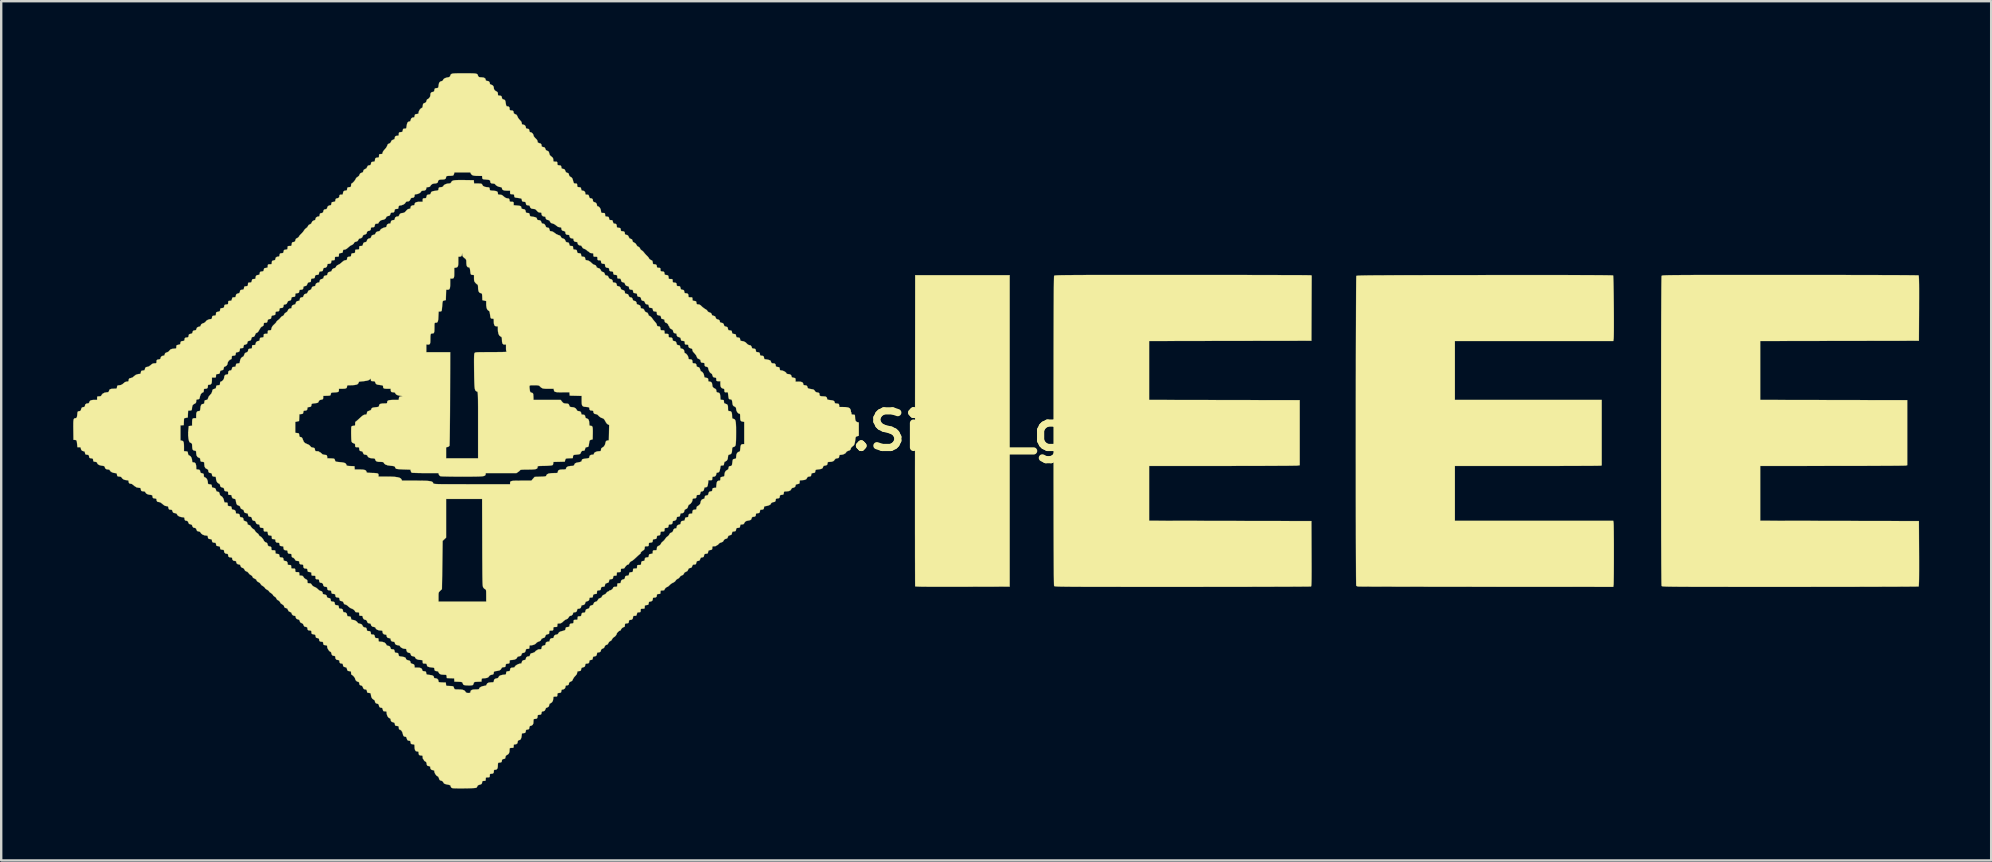
<source format=kicad_pcb>
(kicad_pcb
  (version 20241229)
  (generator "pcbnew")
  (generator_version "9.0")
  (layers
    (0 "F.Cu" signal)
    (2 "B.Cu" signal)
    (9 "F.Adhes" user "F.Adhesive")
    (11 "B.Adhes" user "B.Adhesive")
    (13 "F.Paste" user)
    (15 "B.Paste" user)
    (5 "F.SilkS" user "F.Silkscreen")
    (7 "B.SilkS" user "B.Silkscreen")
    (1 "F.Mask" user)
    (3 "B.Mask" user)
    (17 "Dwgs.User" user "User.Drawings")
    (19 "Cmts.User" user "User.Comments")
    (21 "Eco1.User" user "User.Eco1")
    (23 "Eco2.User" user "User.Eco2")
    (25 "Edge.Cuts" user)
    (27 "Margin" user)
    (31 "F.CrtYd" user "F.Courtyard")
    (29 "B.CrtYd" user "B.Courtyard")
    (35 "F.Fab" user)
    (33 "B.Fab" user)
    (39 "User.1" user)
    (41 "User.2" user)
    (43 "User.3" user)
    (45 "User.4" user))
  (footprint "F.SilkS_g932"
    (layer "F.Cu")
    (at 38.462 14.906)
    (property "Reference" "F.SilkS_g932" (at 0 0 0) (layer "F.SilkS") (effects (font (size 1.524 1.524) (thickness 0.3))))
    (attr through_hole)
    (fp_poly (pts (xy 0.561 6.488) (xy -1.403 6.493) (xy -1.748 6.494) (xy -2.053 6.494) (xy -2.32 6.494) (xy -2.551 6.494) (xy -2.749 6.494) (xy -2.915 6.492) (xy -3.051 6.491) (xy -3.161 6.489) (xy -3.245 6.486) (xy -3.307 6.483) (xy -3.348 6.48) (xy -3.371 6.476) (xy -3.377 6.472) (xy -3.378 6.449) (xy -3.378 6.385) (xy -3.379 6.282) (xy -3.38 6.142) (xy -3.38 5.966) (xy -3.381 5.756) (xy -3.381 5.513) (xy -3.382 5.239) (xy -3.382 4.936) (xy -3.382 4.605) (xy -3.383 4.249) (xy -3.383 3.867) (xy -3.383 3.464) (xy -3.383 3.038) (xy -3.383 2.594) (xy -3.383 2.131) (xy -3.383 1.653) (xy -3.382 1.16) (xy -3.382 0.653) (xy -3.382 0.136) (xy -3.382 -0.021) (xy -3.376 -6.488) (xy 0.561 -6.488) (xy 0.561 6.488)) (stroke (width 0.01) (type solid)) (fill yes) (layer "F.SilkS"))
    (fp_poly (pts (xy 23.059 -6.494) (xy 23.48 -6.494) (xy 23.862 -6.493) (xy 24.207 -6.493) (xy 24.514 -6.492) (xy 24.784 -6.491) (xy 25.018 -6.489) (xy 25.217 -6.488) (xy 25.381 -6.486) (xy 25.511 -6.484) (xy 25.607 -6.482) (xy 25.671 -6.48) (xy 25.702 -6.477) (xy 25.706 -6.476) (xy 25.71 -6.452) (xy 25.713 -6.389) (xy 25.717 -6.294) (xy 25.721 -6.169) (xy 25.724 -6.019) (xy 25.727 -5.85) (xy 25.73 -5.665) (xy 25.732 -5.468) (xy 25.734 -5.265) (xy 25.736 -5.059) (xy 25.737 -4.855) (xy 25.738 -4.658) (xy 25.738 -4.471) (xy 25.738 -4.3) (xy 25.737 -4.148) (xy 25.735 -4.021) (xy 25.733 -3.923) (xy 25.73 -3.857) (xy 25.728 -3.836) (xy 25.715 -3.747) (xy 19.113 -3.747) (xy 19.113 -1.291) (xy 25.231 -1.291) (xy 25.231 1.434) (xy 25.183 1.447) (xy 25.157 1.449) (xy 25.09 1.45) (xy 24.986 1.452) (xy 24.848 1.453) (xy 24.676 1.454) (xy 24.474 1.455) (xy 24.245 1.456) (xy 23.99 1.457) (xy 23.712 1.458) (xy 23.414 1.459) (xy 23.098 1.459) (xy 22.766 1.46) (xy 22.42 1.46) (xy 22.124 1.46) (xy 19.113 1.46) (xy 19.113 3.747) (xy 25.712 3.747) (xy 25.725 3.826) (xy 25.727 3.861) (xy 25.73 3.935) (xy 25.732 4.043) (xy 25.734 4.181) (xy 25.735 4.345) (xy 25.737 4.531) (xy 25.738 4.735) (xy 25.738 4.953) (xy 25.738 5.122) (xy 25.738 5.348) (xy 25.737 5.563) (xy 25.736 5.762) (xy 25.735 5.943) (xy 25.733 6.101) (xy 25.731 6.232) (xy 25.729 6.332) (xy 25.727 6.396) (xy 25.725 6.419) (xy 25.712 6.498) (xy 20.428 6.495) (xy 19.958 6.495) (xy 19.498 6.494) (xy 19.05 6.494) (xy 18.617 6.493) (xy 18.2 6.493) (xy 17.801 6.492) (xy 17.422 6.492) (xy 17.065 6.491) (xy 16.731 6.49) (xy 16.423 6.489) (xy 16.142 6.489) (xy 15.889 6.488) (xy 15.668 6.487) (xy 15.479 6.486) (xy 15.324 6.485) (xy 15.206 6.484) (xy 15.126 6.484) (xy 15.086 6.483) (xy 15.081 6.483) (xy 15.031 6.468) (xy 15.002 6.449) (xy 15.001 6.425) (xy 14.999 6.361) (xy 14.998 6.259) (xy 14.996 6.121) (xy 14.995 5.948) (xy 14.994 5.742) (xy 14.993 5.507) (xy 14.992 5.243) (xy 14.991 4.952) (xy 14.99 4.637) (xy 14.989 4.3) (xy 14.989 3.942) (xy 14.988 3.565) (xy 14.988 3.172) (xy 14.987 2.765) (xy 14.987 2.345) (xy 14.987 1.915) (xy 14.987 1.476) (xy 14.986 1.03) (xy 14.986 0.58) (xy 14.987 0.128) (xy 14.987 -0.325) (xy 14.987 -0.777) (xy 14.987 -1.225) (xy 14.988 -1.668) (xy 14.988 -2.104) (xy 14.989 -2.53) (xy 14.989 -2.945) (xy 14.99 -3.346) (xy 14.991 -3.733) (xy 14.992 -4.102) (xy 14.993 -4.451) (xy 14.994 -4.779) (xy 14.995 -5.084) (xy 14.996 -5.364) (xy 14.997 -5.616) (xy 14.998 -5.84) (xy 15 -6.032) (xy 15.001 -6.19) (xy 15.003 -6.314) (xy 15.004 -6.4) (xy 15.006 -6.447) (xy 15.007 -6.456) (xy 15.012 -6.459) (xy 15.026 -6.462) (xy 15.048 -6.465) (xy 15.082 -6.468) (xy 15.127 -6.47) (xy 15.186 -6.473) (xy 15.261 -6.475) (xy 15.352 -6.477) (xy 15.462 -6.479) (xy 15.591 -6.48) (xy 15.742 -6.482) (xy 15.915 -6.483) (xy 16.113 -6.484) (xy 16.336 -6.485) (xy 16.586 -6.487) (xy 16.866 -6.487) (xy 17.175 -6.488) (xy 17.516 -6.489) (xy 17.891 -6.49) (xy 18.3 -6.491) (xy 18.745 -6.491) (xy 19.229 -6.492) (xy 19.751 -6.492) (xy 20.314 -6.493) (xy 20.355 -6.493) (xy 20.978 -6.494) (xy 21.559 -6.494) (xy 22.1 -6.494) (xy 22.599 -6.494) (xy 23.059 -6.494)) (stroke (width 0.01) (type solid)) (fill yes) (layer "F.SilkS"))
    (fp_poly (pts (xy 7.183 -6.498) (xy 7.742 -6.498) (xy 8.214 -6.498) (xy 8.675 -6.498) (xy 9.123 -6.497) (xy 9.556 -6.497) (xy 9.974 -6.497) (xy 10.373 -6.496) (xy 10.752 -6.495) (xy 11.11 -6.495) (xy 11.444 -6.494) (xy 11.753 -6.493) (xy 12.034 -6.492) (xy 12.287 -6.492) (xy 12.509 -6.491) (xy 12.698 -6.49) (xy 12.853 -6.489) (xy 12.971 -6.487) (xy 13.052 -6.486) (xy 13.092 -6.485) (xy 13.097 -6.485) (xy 13.145 -6.472) (xy 13.139 -5.115) (xy 13.134 -3.757) (xy 9.753 -3.752) (xy 6.371 -3.746) (xy 6.371 -1.291) (xy 9.509 -1.286) (xy 12.647 -1.281) (xy 12.647 1.429) (xy 12.552 1.443) (xy 12.52 1.445) (xy 12.448 1.446) (xy 12.338 1.448) (xy 12.194 1.45) (xy 12.017 1.451) (xy 11.811 1.452) (xy 11.576 1.454) (xy 11.317 1.455) (xy 11.035 1.456) (xy 10.732 1.457) (xy 10.413 1.458) (xy 10.077 1.458) (xy 9.729 1.459) (xy 9.414 1.459) (xy 6.371 1.46) (xy 6.371 3.746) (xy 9.753 3.752) (xy 13.134 3.757) (xy 13.139 5.11) (xy 13.14 5.394) (xy 13.141 5.639) (xy 13.141 5.846) (xy 13.14 6.019) (xy 13.139 6.16) (xy 13.137 6.271) (xy 13.134 6.356) (xy 13.131 6.417) (xy 13.126 6.456) (xy 13.121 6.477) (xy 13.118 6.481) (xy 13.095 6.482) (xy 13.031 6.484) (xy 12.929 6.485) (xy 12.789 6.486) (xy 12.615 6.488) (xy 12.407 6.489) (xy 12.167 6.49) (xy 11.898 6.491) (xy 11.601 6.492) (xy 11.277 6.493) (xy 10.93 6.494) (xy 10.559 6.495) (xy 10.168 6.496) (xy 9.758 6.496) (xy 9.331 6.497) (xy 8.889 6.497) (xy 8.433 6.498) (xy 7.965 6.498) (xy 7.764 6.498) (xy 7.203 6.498) (xy 6.683 6.498) (xy 6.202 6.498) (xy 5.759 6.498) (xy 5.352 6.498) (xy 4.979 6.497) (xy 4.64 6.497) (xy 4.332 6.497) (xy 4.055 6.496) (xy 3.805 6.496) (xy 3.583 6.495) (xy 3.385 6.494) (xy 3.212 6.493) (xy 3.061 6.492) (xy 2.93 6.491) (xy 2.819 6.489) (xy 2.725 6.488) (xy 2.647 6.486) (xy 2.584 6.484) (xy 2.533 6.481) (xy 2.495 6.479) (xy 2.465 6.476) (xy 2.445 6.473) (xy 2.431 6.469) (xy 2.422 6.466) (xy 2.417 6.462) (xy 2.414 6.457) (xy 2.414 6.457) (xy 2.411 6.434) (xy 2.409 6.374) (xy 2.407 6.277) (xy 2.405 6.143) (xy 2.403 5.97) (xy 2.402 5.76) (xy 2.4 5.51) (xy 2.399 5.222) (xy 2.397 4.895) (xy 2.396 4.529) (xy 2.395 4.123) (xy 2.394 3.676) (xy 2.394 3.19) (xy 2.393 2.662) (xy 2.392 2.094) (xy 2.392 1.484) (xy 2.392 0.833) (xy 2.392 0.14) (xy 2.392 0) (xy 2.392 -0.701) (xy 2.392 -1.361) (xy 2.392 -1.979) (xy 2.393 -2.555) (xy 2.393 -3.09) (xy 2.394 -3.585) (xy 2.395 -4.039) (xy 2.396 -4.453) (xy 2.397 -4.827) (xy 2.398 -5.162) (xy 2.4 -5.458) (xy 2.401 -5.714) (xy 2.403 -5.932) (xy 2.405 -6.112) (xy 2.407 -6.254) (xy 2.409 -6.358) (xy 2.411 -6.426) (xy 2.413 -6.456) (xy 2.414 -6.457) (xy 2.417 -6.462) (xy 2.422 -6.466) (xy 2.43 -6.469) (xy 2.444 -6.473) (xy 2.464 -6.476) (xy 2.493 -6.479) (xy 2.531 -6.481) (xy 2.581 -6.484) (xy 2.644 -6.486) (xy 2.721 -6.488) (xy 2.814 -6.489) (xy 2.925 -6.491) (xy 3.054 -6.492) (xy 3.205 -6.493) (xy 3.377 -6.494) (xy 3.574 -6.495) (xy 3.795 -6.496) (xy 4.044 -6.496) (xy 4.32 -6.497) (xy 4.627 -6.497) (xy 4.965 -6.498) (xy 5.337 -6.498) (xy 5.743 -6.498) (xy 6.185 -6.498) (xy 6.664 -6.498) (xy 7.183 -6.498)) (stroke (width 0.01) (type solid)) (fill yes) (layer "F.SilkS"))
    (fp_poly (pts (xy 32.489 -6.498) (xy 33.048 -6.498) (xy 33.079 -6.498) (xy 33.551 -6.498) (xy 34.012 -6.498) (xy 34.461 -6.497) (xy 34.895 -6.497) (xy 35.312 -6.496) (xy 35.711 -6.495) (xy 36.091 -6.495) (xy 36.448 -6.494) (xy 36.782 -6.493) (xy 37.091 -6.492) (xy 37.372 -6.491) (xy 37.624 -6.49) (xy 37.846 -6.488) (xy 38.035 -6.487) (xy 38.189 -6.486) (xy 38.308 -6.484) (xy 38.388 -6.483) (xy 38.429 -6.481) (xy 38.434 -6.481) (xy 38.439 -6.469) (xy 38.444 -6.44) (xy 38.448 -6.39) (xy 38.451 -6.318) (xy 38.453 -6.221) (xy 38.455 -6.096) (xy 38.456 -5.94) (xy 38.456 -5.751) (xy 38.456 -5.526) (xy 38.455 -5.263) (xy 38.455 -5.11) (xy 38.449 -3.757) (xy 31.835 -3.746) (xy 31.835 -1.291) (xy 37.962 -1.281) (xy 37.962 1.428) (xy 37.899 1.442) (xy 37.871 1.444) (xy 37.802 1.445) (xy 37.697 1.447) (xy 37.556 1.448) (xy 37.383 1.45) (xy 37.179 1.451) (xy 36.949 1.452) (xy 36.692 1.454) (xy 36.413 1.455) (xy 36.114 1.456) (xy 35.797 1.456) (xy 35.465 1.457) (xy 35.119 1.458) (xy 34.835 1.458) (xy 31.835 1.46) (xy 31.835 3.746) (xy 38.449 3.757) (xy 38.455 5.11) (xy 38.456 5.394) (xy 38.456 5.639) (xy 38.456 5.846) (xy 38.455 6.019) (xy 38.454 6.16) (xy 38.452 6.271) (xy 38.449 6.356) (xy 38.446 6.417) (xy 38.442 6.456) (xy 38.437 6.477) (xy 38.434 6.481) (xy 38.41 6.482) (xy 38.346 6.484) (xy 38.244 6.485) (xy 38.105 6.486) (xy 37.93 6.488) (xy 37.722 6.489) (xy 37.482 6.49) (xy 37.213 6.491) (xy 36.916 6.492) (xy 36.593 6.493) (xy 36.245 6.494) (xy 35.875 6.495) (xy 35.484 6.496) (xy 35.074 6.496) (xy 34.647 6.497) (xy 34.204 6.497) (xy 33.748 6.498) (xy 33.28 6.498) (xy 33.079 6.498) (xy 32.518 6.498) (xy 31.998 6.498) (xy 31.517 6.498) (xy 31.074 6.498) (xy 30.667 6.498) (xy 30.295 6.497) (xy 29.955 6.497) (xy 29.648 6.497) (xy 29.37 6.496) (xy 29.12 6.496) (xy 28.898 6.495) (xy 28.701 6.494) (xy 28.527 6.493) (xy 28.376 6.492) (xy 28.245 6.491) (xy 28.134 6.489) (xy 28.04 6.488) (xy 27.962 6.486) (xy 27.899 6.484) (xy 27.849 6.481) (xy 27.81 6.479) (xy 27.781 6.476) (xy 27.76 6.473) (xy 27.746 6.469) (xy 27.737 6.466) (xy 27.732 6.462) (xy 27.729 6.457) (xy 27.729 6.457) (xy 27.727 6.434) (xy 27.724 6.374) (xy 27.722 6.277) (xy 27.72 6.143) (xy 27.719 5.97) (xy 27.717 5.76) (xy 27.715 5.51) (xy 27.714 5.222) (xy 27.713 4.895) (xy 27.711 4.529) (xy 27.71 4.123) (xy 27.71 3.676) (xy 27.709 3.19) (xy 27.708 2.662) (xy 27.708 2.094) (xy 27.707 1.484) (xy 27.707 0.833) (xy 27.707 0.14) (xy 27.707 0) (xy 27.707 -0.701) (xy 27.707 -1.361) (xy 27.708 -1.979) (xy 27.708 -2.555) (xy 27.709 -3.09) (xy 27.709 -3.585) (xy 27.71 -4.039) (xy 27.711 -4.453) (xy 27.712 -4.827) (xy 27.714 -5.162) (xy 27.715 -5.458) (xy 27.717 -5.714) (xy 27.718 -5.932) (xy 27.72 -6.112) (xy 27.722 -6.254) (xy 27.724 -6.358) (xy 27.726 -6.426) (xy 27.729 -6.456) (xy 27.729 -6.457) (xy 27.732 -6.462) (xy 27.737 -6.466) (xy 27.745 -6.469) (xy 27.759 -6.473) (xy 27.779 -6.476) (xy 27.808 -6.479) (xy 27.846 -6.481) (xy 27.896 -6.484) (xy 27.959 -6.486) (xy 28.036 -6.488) (xy 28.129 -6.489) (xy 28.239 -6.491) (xy 28.368 -6.492) (xy 28.519 -6.493) (xy 28.691 -6.494) (xy 28.887 -6.495) (xy 29.108 -6.496) (xy 29.356 -6.496) (xy 29.632 -6.497) (xy 29.938 -6.497) (xy 30.276 -6.497) (xy 30.646 -6.498) (xy 31.051 -6.498) (xy 31.493 -6.498) (xy 31.971 -6.498) (xy 32.489 -6.498)) (stroke (width 0.01) (type solid)) (fill yes) (layer "F.SilkS"))
    (fp_poly (pts (xy -22.197 -10.452) (xy -22.157 -10.452) (xy -21.77 -10.446) (xy -21.763 -10.377) (xy -21.757 -10.308) (xy -21.599 -10.308) (xy -21.514 -10.306) (xy -21.463 -10.3) (xy -21.436 -10.287) (xy -21.427 -10.273) (xy -21.385 -10.209) (xy -21.317 -10.171) (xy -21.226 -10.156) (xy -21.161 -10.151) (xy -21.127 -10.14) (xy -21.112 -10.118) (xy -21.107 -10.083) (xy -21.102 -10.049) (xy -21.09 -10.028) (xy -21.06 -10.017) (xy -21.003 -10.01) (xy -20.951 -10.007) (xy -20.861 -9.997) (xy -20.804 -9.979) (xy -20.775 -9.95) (xy -20.765 -9.904) (xy -20.765 -9.89) (xy -20.759 -9.859) (xy -20.734 -9.845) (xy -20.681 -9.842) (xy -20.618 -9.835) (xy -20.565 -9.807) (xy -20.524 -9.77) (xy -20.455 -9.715) (xy -20.383 -9.692) (xy -20.37 -9.69) (xy -20.316 -9.683) (xy -20.291 -9.663) (xy -20.282 -9.621) (xy -20.282 -9.615) (xy -20.274 -9.571) (xy -20.254 -9.551) (xy -20.207 -9.546) (xy -20.192 -9.546) (xy -20.138 -9.544) (xy -20.114 -9.53) (xy -20.108 -9.493) (xy -20.108 -9.475) (xy -20.108 -9.404) (xy -19.97 -9.391) (xy -19.883 -9.382) (xy -19.829 -9.37) (xy -19.802 -9.353) (xy -19.792 -9.326) (xy -19.791 -9.304) (xy -19.784 -9.271) (xy -19.754 -9.252) (xy -19.707 -9.242) (xy -19.652 -9.229) (xy -19.624 -9.205) (xy -19.61 -9.157) (xy -19.61 -9.154) (xy -19.596 -9.105) (xy -19.571 -9.084) (xy -19.525 -9.081) (xy -19.476 -9.076) (xy -19.452 -9.052) (xy -19.441 -9.009) (xy -19.431 -8.968) (xy -19.412 -8.945) (xy -19.373 -8.933) (xy -19.309 -8.924) (xy -19.218 -8.908) (xy -19.163 -8.884) (xy -19.138 -8.849) (xy -19.135 -8.824) (xy -19.122 -8.793) (xy -19.078 -8.784) (xy -19.076 -8.784) (xy -19.01 -8.774) (xy -18.972 -8.741) (xy -18.954 -8.694) (xy -18.93 -8.648) (xy -18.894 -8.636) (xy -18.833 -8.623) (xy -18.797 -8.581) (xy -18.785 -8.551) (xy -18.756 -8.494) (xy -18.707 -8.469) (xy -18.677 -8.467) (xy -18.643 -8.456) (xy -18.623 -8.417) (xy -18.617 -8.393) (xy -18.603 -8.342) (xy -18.578 -8.322) (xy -18.54 -8.319) (xy -18.469 -8.298) (xy -18.402 -8.25) (xy -18.335 -8.202) (xy -18.261 -8.166) (xy -18.239 -8.16) (xy -18.178 -8.138) (xy -18.147 -8.107) (xy -18.14 -8.086) (xy -18.117 -8.045) (xy -18.065 -8.02) (xy -18.051 -8.016) (xy -17.993 -7.994) (xy -17.965 -7.956) (xy -17.96 -7.941) (xy -17.933 -7.882) (xy -17.885 -7.856) (xy -17.851 -7.853) (xy -17.817 -7.842) (xy -17.797 -7.803) (xy -17.792 -7.779) (xy -17.778 -7.729) (xy -17.753 -7.709) (xy -17.705 -7.705) (xy -17.656 -7.701) (xy -17.636 -7.682) (xy -17.632 -7.635) (xy -17.632 -7.632) (xy -17.628 -7.584) (xy -17.61 -7.562) (xy -17.564 -7.553) (xy -17.552 -7.552) (xy -17.5 -7.544) (xy -17.476 -7.524) (xy -17.467 -7.479) (xy -17.467 -7.478) (xy -17.458 -7.433) (xy -17.434 -7.412) (xy -17.382 -7.404) (xy -17.33 -7.396) (xy -17.306 -7.375) (xy -17.297 -7.33) (xy -17.288 -7.285) (xy -17.264 -7.264) (xy -17.213 -7.256) (xy -17.16 -7.248) (xy -17.137 -7.227) (xy -17.128 -7.181) (xy -17.118 -7.133) (xy -17.093 -7.114) (xy -17.064 -7.112) (xy -16.986 -7.092) (xy -16.9 -7.036) (xy -16.841 -6.979) (xy -16.795 -6.941) (xy -16.753 -6.922) (xy -16.748 -6.921) (xy -16.694 -6.904) (xy -16.662 -6.859) (xy -16.658 -6.835) (xy -16.639 -6.804) (xy -16.584 -6.785) (xy -16.526 -6.765) (xy -16.49 -6.721) (xy -16.48 -6.7) (xy -16.447 -6.646) (xy -16.401 -6.623) (xy -16.391 -6.621) (xy -16.346 -6.606) (xy -16.321 -6.566) (xy -16.315 -6.546) (xy -16.294 -6.496) (xy -16.261 -6.478) (xy -16.247 -6.477) (xy -16.188 -6.46) (xy -16.153 -6.407) (xy -16.147 -6.382) (xy -16.12 -6.344) (xy -16.086 -6.332) (xy -16.018 -6.31) (xy -15.985 -6.265) (xy -15.981 -6.231) (xy -15.973 -6.194) (xy -15.94 -6.181) (xy -15.922 -6.181) (xy -15.854 -6.166) (xy -15.818 -6.123) (xy -15.812 -6.081) (xy -15.801 -6.043) (xy -15.763 -6.033) (xy -15.76 -6.032) (xy -15.7 -6.016) (xy -15.656 -5.973) (xy -15.642 -5.927) (xy -15.625 -5.893) (xy -15.573 -5.873) (xy -15.51 -5.85) (xy -15.48 -5.812) (xy -15.473 -5.764) (xy -15.464 -5.73) (xy -15.428 -5.714) (xy -15.404 -5.711) (xy -15.353 -5.698) (xy -15.325 -5.664) (xy -15.315 -5.637) (xy -15.292 -5.587) (xy -15.253 -5.566) (xy -15.232 -5.563) (xy -15.184 -5.55) (xy -15.159 -5.514) (xy -15.151 -5.487) (xy -15.13 -5.437) (xy -15.096 -5.419) (xy -15.085 -5.419) (xy -15.024 -5.402) (xy -14.99 -5.354) (xy -14.986 -5.321) (xy -14.975 -5.284) (xy -14.934 -5.263) (xy -14.917 -5.259) (xy -14.854 -5.236) (xy -14.824 -5.198) (xy -14.817 -5.149) (xy -14.805 -5.111) (xy -14.769 -5.101) (xy -14.706 -5.088) (xy -14.669 -5.047) (xy -14.658 -5.015) (xy -14.627 -4.965) (xy -14.577 -4.941) (xy -14.525 -4.916) (xy -14.502 -4.871) (xy -14.499 -4.859) (xy -14.477 -4.806) (xy -14.436 -4.784) (xy -14.389 -4.756) (xy -14.345 -4.705) (xy -14.341 -4.698) (xy -14.299 -4.638) (xy -14.244 -4.571) (xy -14.219 -4.543) (xy -14.17 -4.484) (xy -14.142 -4.43) (xy -14.139 -4.413) (xy -14.131 -4.377) (xy -14.099 -4.36) (xy -14.071 -4.356) (xy -14.025 -4.348) (xy -14.004 -4.324) (xy -13.995 -4.273) (xy -13.995 -4.27) (xy -13.988 -4.219) (xy -13.97 -4.197) (xy -13.928 -4.191) (xy -13.905 -4.191) (xy -13.852 -4.189) (xy -13.828 -4.174) (xy -13.822 -4.137) (xy -13.822 -4.117) (xy -13.819 -4.069) (xy -13.803 -4.048) (xy -13.762 -4.043) (xy -13.737 -4.043) (xy -13.683 -4.041) (xy -13.659 -4.027) (xy -13.653 -3.991) (xy -13.652 -3.97) (xy -13.649 -3.922) (xy -13.631 -3.9) (xy -13.584 -3.892) (xy -13.573 -3.891) (xy -13.52 -3.883) (xy -13.496 -3.862) (xy -13.487 -3.817) (xy -13.487 -3.815) (xy -13.475 -3.765) (xy -13.447 -3.747) (xy -13.441 -3.747) (xy -13.375 -3.735) (xy -13.336 -3.695) (xy -13.323 -3.65) (xy -13.307 -3.6) (xy -13.277 -3.579) (xy -13.243 -3.573) (xy -13.196 -3.563) (xy -13.175 -3.534) (xy -13.17 -3.498) (xy -13.159 -3.449) (xy -13.134 -3.431) (xy -13.113 -3.429) (xy -13.05 -3.41) (xy -13.008 -3.361) (xy -12.996 -3.3) (xy -12.988 -3.254) (xy -12.968 -3.239) (xy -12.928 -3.221) (xy -12.885 -3.176) (xy -12.848 -3.119) (xy -12.828 -3.062) (xy -12.827 -3.048) (xy -12.821 -3.003) (xy -12.797 -2.986) (xy -12.776 -2.985) (xy -12.707 -2.977) (xy -12.67 -2.95) (xy -12.658 -2.896) (xy -12.658 -2.887) (xy -12.654 -2.838) (xy -12.634 -2.819) (xy -12.586 -2.815) (xy -12.526 -2.804) (xy -12.496 -2.768) (xy -12.488 -2.709) (xy -12.471 -2.675) (xy -12.432 -2.663) (xy -12.384 -2.648) (xy -12.353 -2.609) (xy -12.331 -2.537) (xy -12.33 -2.535) (xy -12.312 -2.492) (xy -12.288 -2.477) (xy -12.252 -2.458) (xy -12.214 -2.413) (xy -12.184 -2.353) (xy -12.171 -2.294) (xy -12.171 -2.29) (xy -12.166 -2.248) (xy -12.145 -2.226) (xy -12.096 -2.214) (xy -12.086 -2.212) (xy -12.032 -2.2) (xy -12.008 -2.18) (xy -12.002 -2.14) (xy -12.002 -2.125) (xy -11.998 -2.076) (xy -11.979 -2.057) (xy -11.939 -2.053) (xy -11.879 -2.037) (xy -11.844 -1.988) (xy -11.832 -1.905) (xy -11.832 -1.903) (xy -11.818 -1.838) (xy -11.772 -1.789) (xy -11.71 -1.757) (xy -11.673 -1.725) (xy -11.663 -1.674) (xy -11.657 -1.629) (xy -11.631 -1.607) (xy -11.591 -1.597) (xy -11.542 -1.582) (xy -11.518 -1.552) (xy -11.507 -1.506) (xy -11.498 -1.432) (xy -11.494 -1.361) (xy -11.494 -1.36) (xy -11.49 -1.314) (xy -11.47 -1.295) (xy -11.422 -1.291) (xy -11.419 -1.291) (xy -11.37 -1.288) (xy -11.349 -1.269) (xy -11.345 -1.224) (xy -11.345 -1.219) (xy -11.34 -1.168) (xy -11.315 -1.142) (xy -11.287 -1.133) (xy -11.229 -1.112) (xy -11.195 -1.081) (xy -11.179 -1.027) (xy -11.176 -0.95) (xy -11.175 -0.881) (xy -11.169 -0.843) (xy -11.153 -0.828) (xy -11.121 -0.826) (xy -11.113 -0.826) (xy -11.061 -0.815) (xy -11.028 -0.779) (xy -11.011 -0.711) (xy -11.007 -0.628) (xy -11.005 -0.562) (xy -10.997 -0.526) (xy -10.977 -0.509) (xy -10.944 -0.501) (xy -10.912 -0.489) (xy -10.886 -0.466) (xy -10.868 -0.426) (xy -10.854 -0.365) (xy -10.846 -0.279) (xy -10.841 -0.162) (xy -10.84 -0.01) (xy -10.84 0.095) (xy -10.841 0.261) (xy -10.843 0.389) (xy -10.848 0.486) (xy -10.854 0.555) (xy -10.865 0.602) (xy -10.88 0.632) (xy -10.9 0.651) (xy -10.927 0.662) (xy -10.938 0.666) (xy -10.979 0.681) (xy -10.999 0.704) (xy -11.006 0.747) (xy -11.007 0.789) (xy -11.014 0.881) (xy -11.037 0.941) (xy -11.081 0.975) (xy -11.112 0.984) (xy -11.155 0.999) (xy -11.173 1.027) (xy -11.176 1.076) (xy -11.189 1.168) (xy -11.225 1.235) (xy -11.281 1.27) (xy -11.282 1.27) (xy -11.319 1.287) (xy -11.337 1.324) (xy -11.341 1.361) (xy -11.349 1.413) (xy -11.368 1.434) (xy -11.411 1.439) (xy -11.418 1.439) (xy -11.459 1.442) (xy -11.482 1.456) (xy -11.493 1.494) (xy -11.5 1.545) (xy -11.518 1.642) (xy -11.544 1.703) (xy -11.583 1.732) (xy -11.611 1.736) (xy -11.652 1.746) (xy -11.663 1.779) (xy -11.678 1.851) (xy -11.72 1.894) (xy -11.769 1.905) (xy -11.812 1.909) (xy -11.829 1.93) (xy -11.832 1.979) (xy -11.835 2.027) (xy -11.851 2.048) (xy -11.894 2.053) (xy -11.914 2.053) (xy -11.996 2.053) (xy -12.007 2.183) (xy -12.02 2.268) (xy -12.041 2.319) (xy -12.077 2.344) (xy -12.123 2.349) (xy -12.158 2.358) (xy -12.17 2.393) (xy -12.171 2.409) (xy -12.186 2.476) (xy -12.229 2.512) (xy -12.269 2.519) (xy -12.304 2.528) (xy -12.324 2.564) (xy -12.331 2.593) (xy -12.345 2.643) (xy -12.37 2.663) (xy -12.415 2.667) (xy -12.464 2.671) (xy -12.485 2.694) (xy -12.492 2.736) (xy -12.501 2.782) (xy -12.524 2.803) (xy -12.576 2.811) (xy -12.578 2.811) (xy -12.63 2.819) (xy -12.653 2.838) (xy -12.658 2.878) (xy -12.658 2.882) (xy -12.671 2.935) (xy -12.704 2.992) (xy -12.746 3.041) (xy -12.788 3.068) (xy -12.798 3.069) (xy -12.819 3.088) (xy -12.838 3.133) (xy -12.841 3.146) (xy -12.864 3.209) (xy -12.904 3.246) (xy -12.959 3.268) (xy -12.989 3.297) (xy -12.996 3.329) (xy -13.013 3.39) (xy -13.06 3.423) (xy -13.105 3.429) (xy -13.146 3.435) (xy -13.164 3.462) (xy -13.17 3.498) (xy -13.18 3.546) (xy -13.207 3.567) (xy -13.245 3.573) (xy -13.294 3.584) (xy -13.312 3.609) (xy -13.314 3.63) (xy -13.333 3.693) (xy -13.381 3.735) (xy -13.432 3.747) (xy -13.473 3.757) (xy -13.483 3.787) (xy -13.493 3.853) (xy -13.526 3.886) (xy -13.579 3.895) (xy -13.628 3.899) (xy -13.649 3.921) (xy -13.656 3.963) (xy -13.665 4.009) (xy -13.688 4.03) (xy -13.74 4.039) (xy -13.742 4.039) (xy -13.794 4.046) (xy -13.817 4.065) (xy -13.822 4.108) (xy -13.822 4.118) (xy -13.825 4.165) (xy -13.841 4.186) (xy -13.883 4.191) (xy -13.905 4.191) (xy -13.959 4.194) (xy -13.984 4.209) (xy -13.993 4.249) (xy -13.995 4.27) (xy -14.003 4.323) (xy -14.024 4.347) (xy -14.068 4.356) (xy -14.071 4.356) (xy -14.121 4.369) (xy -14.139 4.396) (xy -14.139 4.402) (xy -14.149 4.467) (xy -14.183 4.501) (xy -14.236 4.508) (xy -14.284 4.513) (xy -14.305 4.535) (xy -14.313 4.577) (xy -14.321 4.623) (xy -14.345 4.644) (xy -14.396 4.652) (xy -14.399 4.653) (xy -14.451 4.66) (xy -14.473 4.679) (xy -14.478 4.722) (xy -14.478 4.732) (xy -14.481 4.779) (xy -14.497 4.799) (xy -14.538 4.805) (xy -14.563 4.805) (xy -14.617 4.807) (xy -14.641 4.821) (xy -14.648 4.856) (xy -14.648 4.874) (xy -14.655 4.922) (xy -14.682 4.959) (xy -14.733 4.994) (xy -14.785 5.034) (xy -14.814 5.072) (xy -14.817 5.084) (xy -14.824 5.116) (xy -14.834 5.122) (xy -14.855 5.136) (xy -14.899 5.173) (xy -14.959 5.228) (xy -15.004 5.271) (xy -15.072 5.333) (xy -15.13 5.382) (xy -15.171 5.413) (xy -15.185 5.419) (xy -15.219 5.434) (xy -15.26 5.471) (xy -15.293 5.513) (xy -15.303 5.542) (xy -15.321 5.563) (xy -15.341 5.567) (xy -15.383 5.584) (xy -15.431 5.626) (xy -15.47 5.679) (xy -15.479 5.699) (xy -15.508 5.728) (xy -15.567 5.736) (xy -15.617 5.739) (xy -15.638 5.757) (xy -15.642 5.803) (xy -15.642 5.81) (xy -15.645 5.858) (xy -15.661 5.879) (xy -15.702 5.884) (xy -15.727 5.884) (xy -15.781 5.887) (xy -15.805 5.9) (xy -15.811 5.937) (xy -15.812 5.958) (xy -15.815 6.008) (xy -15.833 6.028) (xy -15.879 6.032) (xy -15.884 6.032) (xy -15.934 6.037) (xy -15.956 6.057) (xy -15.964 6.101) (xy -15.972 6.147) (xy -15.996 6.168) (xy -16.048 6.177) (xy -16.101 6.185) (xy -16.124 6.206) (xy -16.133 6.251) (xy -16.143 6.297) (xy -16.172 6.323) (xy -16.218 6.338) (xy -16.271 6.356) (xy -16.295 6.384) (xy -16.303 6.422) (xy -16.312 6.466) (xy -16.336 6.486) (xy -16.387 6.494) (xy -16.439 6.502) (xy -16.463 6.523) (xy -16.472 6.568) (xy -16.481 6.613) (xy -16.504 6.634) (xy -16.556 6.642) (xy -16.558 6.642) (xy -16.61 6.65) (xy -16.632 6.669) (xy -16.637 6.711) (xy -16.637 6.722) (xy -16.64 6.771) (xy -16.66 6.791) (xy -16.707 6.794) (xy -16.709 6.795) (xy -16.768 6.805) (xy -16.799 6.841) (xy -16.806 6.902) (xy -16.815 6.93) (xy -16.85 6.941) (xy -16.88 6.943) (xy -16.931 6.947) (xy -16.952 6.965) (xy -16.955 6.99) (xy -16.965 7.049) (xy -17.001 7.083) (xy -17.055 7.1) (xy -17.104 7.118) (xy -17.123 7.149) (xy -17.124 7.166) (xy -17.143 7.217) (xy -17.193 7.251) (xy -17.249 7.26) (xy -17.285 7.273) (xy -17.293 7.309) (xy -17.309 7.37) (xy -17.357 7.402) (xy -17.403 7.408) (xy -17.447 7.415) (xy -17.462 7.443) (xy -17.462 7.457) (xy -17.479 7.518) (xy -17.527 7.551) (xy -17.573 7.556) (xy -17.617 7.564) (xy -17.632 7.593) (xy -17.632 7.597) (xy -17.651 7.653) (xy -17.697 7.693) (xy -17.745 7.705) (xy -17.789 7.722) (xy -17.815 7.767) (xy -17.856 7.824) (xy -17.9 7.844) (xy -17.956 7.869) (xy -18.013 7.911) (xy -18.016 7.914) (xy -18.077 7.971) (xy -18.123 8.004) (xy -18.165 8.019) (xy -18.213 8.022) (xy -18.263 8.025) (xy -18.284 8.043) (xy -18.288 8.089) (xy -18.288 8.096) (xy -18.291 8.144) (xy -18.306 8.165) (xy -18.348 8.17) (xy -18.373 8.17) (xy -18.427 8.173) (xy -18.451 8.186) (xy -18.457 8.223) (xy -18.457 8.244) (xy -18.46 8.292) (xy -18.476 8.313) (xy -18.517 8.318) (xy -18.542 8.319) (xy -18.596 8.321) (xy -18.62 8.335) (xy -18.626 8.371) (xy -18.627 8.393) (xy -18.631 8.443) (xy -18.649 8.463) (xy -18.678 8.467) (xy -18.738 8.483) (xy -18.782 8.526) (xy -18.796 8.572) (xy -18.812 8.604) (xy -18.864 8.627) (xy -18.875 8.629) (xy -18.934 8.652) (xy -18.962 8.688) (xy -18.965 8.7) (xy -18.989 8.742) (xy -19.044 8.77) (xy -19.058 8.774) (xy -19.115 8.798) (xy -19.155 8.827) (xy -19.159 8.833) (xy -19.205 8.879) (xy -19.277 8.914) (xy -19.359 8.932) (xy -19.377 8.932) (xy -19.427 8.935) (xy -19.448 8.953) (xy -19.452 8.999) (xy -19.452 9.006) (xy -19.455 9.056) (xy -19.474 9.076) (xy -19.52 9.08) (xy -19.524 9.081) (xy -19.574 9.085) (xy -19.597 9.108) (xy -19.609 9.153) (xy -19.633 9.215) (xy -19.68 9.245) (xy -19.727 9.25) (xy -19.763 9.269) (xy -19.78 9.313) (xy -19.797 9.357) (xy -19.829 9.38) (xy -19.876 9.39) (xy -19.935 9.406) (xy -19.964 9.436) (xy -19.969 9.452) (xy -20 9.494) (xy -20.064 9.525) (xy -20.153 9.543) (xy -20.209 9.546) (xy -20.255 9.55) (xy -20.274 9.57) (xy -20.278 9.619) (xy -20.281 9.667) (xy -20.3 9.689) (xy -20.346 9.697) (xy -20.357 9.698) (xy -20.41 9.706) (xy -20.434 9.727) (xy -20.443 9.772) (xy -20.443 9.774) (xy -20.452 9.82) (xy -20.475 9.839) (xy -20.523 9.842) (xy -20.583 9.852) (xy -20.61 9.88) (xy -20.643 9.94) (xy -20.696 9.978) (xy -20.779 9.999) (xy -20.808 10.003) (xy -20.877 10.012) (xy -20.915 10.024) (xy -20.932 10.045) (xy -20.938 10.081) (xy -20.938 10.083) (xy -20.947 10.128) (xy -20.972 10.149) (xy -21.025 10.16) (xy -21.091 10.179) (xy -21.129 10.219) (xy -21.131 10.223) (xy -21.167 10.266) (xy -21.227 10.293) (xy -21.319 10.305) (xy -21.351 10.306) (xy -21.407 10.31) (xy -21.434 10.324) (xy -21.444 10.359) (xy -21.446 10.377) (xy -21.452 10.446) (xy -21.606 10.452) (xy -21.685 10.456) (xy -21.732 10.463) (xy -21.757 10.476) (xy -21.769 10.5) (xy -21.773 10.515) (xy -21.791 10.563) (xy -21.81 10.588) (xy -21.847 10.598) (xy -21.91 10.604) (xy -21.989 10.605) (xy -22.069 10.602) (xy -22.14 10.595) (xy -22.187 10.585) (xy -22.199 10.578) (xy -22.222 10.537) (xy -22.234 10.505) (xy -22.246 10.481) (xy -22.268 10.466) (xy -22.311 10.458) (xy -22.384 10.453) (xy -22.411 10.452) (xy -22.574 10.446) (xy -22.581 10.378) (xy -22.587 10.31) (xy -22.892 10.298) (xy -22.898 10.229) (xy -22.905 10.188) (xy -22.921 10.167) (xy -22.959 10.161) (xy -23.008 10.16) (xy -23.116 10.152) (xy -23.189 10.125) (xy -23.227 10.08) (xy -23.232 10.065) (xy -23.256 10.022) (xy -23.294 10.012) (xy -23.364 10.003) (xy -23.401 9.973) (xy -23.41 9.926) (xy -23.413 9.893) (xy -23.428 9.873) (xy -23.465 9.862) (xy -23.532 9.854) (xy -23.622 9.841) (xy -23.679 9.824) (xy -23.71 9.798) (xy -23.723 9.758) (xy -23.724 9.75) (xy -23.733 9.714) (xy -23.758 9.698) (xy -23.812 9.694) (xy -23.814 9.694) (xy -23.868 9.692) (xy -23.891 9.678) (xy -23.897 9.64) (xy -23.897 9.62) (xy -23.901 9.571) (xy -23.919 9.55) (xy -23.964 9.546) (xy -23.966 9.546) (xy -24.064 9.537) (xy -24.143 9.513) (xy -24.193 9.476) (xy -24.206 9.452) (xy -24.226 9.416) (xy -24.272 9.395) (xy -24.299 9.39) (xy -24.355 9.376) (xy -24.383 9.349) (xy -24.395 9.313) (xy -24.414 9.266) (xy -24.449 9.25) (xy -24.458 9.25) (xy -24.521 9.231) (xy -24.563 9.183) (xy -24.575 9.132) (xy -24.582 9.094) (xy -24.614 9.081) (xy -24.635 9.081) (xy -24.703 9.07) (xy -24.77 9.042) (xy -24.823 9.004) (xy -24.844 8.972) (xy -24.867 8.942) (xy -24.92 8.932) (xy -24.925 8.932) (xy -24.997 8.917) (xy -25.045 8.878) (xy -25.061 8.825) (xy -25.073 8.794) (xy -25.114 8.784) (xy -25.121 8.784) (xy -25.188 8.769) (xy -25.224 8.726) (xy -25.231 8.685) (xy -25.239 8.649) (xy -25.273 8.637) (xy -25.29 8.636) (xy -25.357 8.621) (xy -25.393 8.578) (xy -25.4 8.537) (xy -25.412 8.497) (xy -25.444 8.488) (xy -25.516 8.473) (xy -25.559 8.43) (xy -25.569 8.381) (xy -25.575 8.336) (xy -25.6 8.32) (xy -25.628 8.318) (xy -25.722 8.309) (xy -25.799 8.283) (xy -25.847 8.244) (xy -25.857 8.222) (xy -25.879 8.183) (xy -25.923 8.17) (xy -25.93 8.17) (xy -25.996 8.154) (xy -26.041 8.113) (xy -26.056 8.064) (xy -26.069 8.034) (xy -26.113 8.02) (xy -26.125 8.018) (xy -26.176 8.006) (xy -26.204 7.972) (xy -26.214 7.943) (xy -26.238 7.892) (xy -26.274 7.874) (xy -26.281 7.874) (xy -26.342 7.855) (xy -26.383 7.807) (xy -26.395 7.756) (xy -26.401 7.721) (xy -26.426 7.707) (xy -26.469 7.705) (xy -26.519 7.701) (xy -26.539 7.683) (xy -26.543 7.636) (xy -26.543 7.631) (xy -26.546 7.583) (xy -26.561 7.562) (xy -26.603 7.557) (xy -26.628 7.556) (xy -26.69 7.55) (xy -26.712 7.53) (xy -26.712 7.528) (xy -26.73 7.489) (xy -26.775 7.446) (xy -26.833 7.412) (xy -26.869 7.399) (xy -26.922 7.374) (xy -26.98 7.33) (xy -26.998 7.312) (xy -27.047 7.268) (xy -27.093 7.242) (xy -27.108 7.239) (xy -27.163 7.22) (xy -27.197 7.167) (xy -27.202 7.144) (xy -27.225 7.11) (xy -27.28 7.091) (xy -27.284 7.091) (xy -27.335 7.079) (xy -27.357 7.052) (xy -27.364 7.013) (xy -27.373 6.967) (xy -27.397 6.947) (xy -27.449 6.939) (xy -27.501 6.93) (xy -27.513 6.92) (xy -23.241 6.92) (xy -23.241 7.112) (xy -21.251 7.112) (xy -21.251 6.86) (xy -21.252 6.753) (xy -21.254 6.681) (xy -21.26 6.636) (xy -21.269 6.612) (xy -21.284 6.601) (xy -21.292 6.598) (xy -21.331 6.574) (xy -21.37 6.53) (xy -21.371 6.528) (xy -21.378 6.516) (xy -21.384 6.5) (xy -21.389 6.478) (xy -21.394 6.447) (xy -21.398 6.404) (xy -21.401 6.346) (xy -21.404 6.271) (xy -21.406 6.177) (xy -21.408 6.059) (xy -21.41 5.916) (xy -21.411 5.745) (xy -21.412 5.543) (xy -21.414 5.308) (xy -21.415 5.036) (xy -21.416 4.725) (xy -21.416 4.652) (xy -21.422 2.836) (xy -22.924 2.836) (xy -22.924 4.447) (xy -22.996 4.515) (xy -23.068 4.583) (xy -23.082 5.588) (xy -23.097 6.593) (xy -23.169 6.661) (xy -23.203 6.695) (xy -23.224 6.724) (xy -23.236 6.761) (xy -23.24 6.817) (xy -23.241 6.901) (xy -23.241 6.92) (xy -27.513 6.92) (xy -27.525 6.909) (xy -27.534 6.864) (xy -27.543 6.819) (xy -27.567 6.798) (xy -27.618 6.79) (xy -27.671 6.782) (xy -27.694 6.761) (xy -27.703 6.716) (xy -27.712 6.671) (xy -27.736 6.65) (xy -27.788 6.642) (xy -27.84 6.634) (xy -27.864 6.613) (xy -27.873 6.567) (xy -27.882 6.519) (xy -27.907 6.501) (xy -27.937 6.498) (xy -28.004 6.483) (xy -28.04 6.44) (xy -28.046 6.401) (xy -28.064 6.355) (xy -28.116 6.331) (xy -28.151 6.329) (xy -28.191 6.31) (xy -28.213 6.257) (xy -28.215 6.221) (xy -28.224 6.193) (xy -28.258 6.182) (xy -28.289 6.181) (xy -28.339 6.177) (xy -28.359 6.159) (xy -28.363 6.112) (xy -28.363 6.107) (xy -28.366 6.059) (xy -28.382 6.038) (xy -28.423 6.033) (xy -28.448 6.032) (xy -28.502 6.03) (xy -28.526 6.016) (xy -28.532 5.981) (xy -28.533 5.96) (xy -28.536 5.912) (xy -28.555 5.89) (xy -28.601 5.881) (xy -28.612 5.88) (xy -28.665 5.872) (xy -28.689 5.852) (xy -28.698 5.807) (xy -28.698 5.805) (xy -28.709 5.756) (xy -28.734 5.738) (xy -28.755 5.736) (xy -28.823 5.728) (xy -28.86 5.7) (xy -28.871 5.646) (xy -28.871 5.64) (xy -28.875 5.593) (xy -28.894 5.572) (xy -28.941 5.564) (xy -28.951 5.563) (xy -29.003 5.555) (xy -29.028 5.534) (xy -29.037 5.49) (xy -29.037 5.487) (xy -29.045 5.441) (xy -29.069 5.422) (xy -29.117 5.419) (xy -29.179 5.408) (xy -29.204 5.383) (xy -29.235 5.333) (xy -29.28 5.29) (xy -29.323 5.271) (xy -29.326 5.271) (xy -29.35 5.254) (xy -29.358 5.202) (xy -29.358 5.198) (xy -29.362 5.15) (xy -29.38 5.128) (xy -29.426 5.119) (xy -29.438 5.118) (xy -29.49 5.11) (xy -29.514 5.09) (xy -29.523 5.045) (xy -29.524 5.043) (xy -29.534 4.994) (xy -29.559 4.976) (xy -29.58 4.974) (xy -29.649 4.966) (xy -29.685 4.938) (xy -29.697 4.884) (xy -29.697 4.878) (xy -29.7 4.831) (xy -29.719 4.81) (xy -29.766 4.802) (xy -29.776 4.801) (xy -29.829 4.793) (xy -29.853 4.772) (xy -29.862 4.728) (xy -29.862 4.725) (xy -29.871 4.678) (xy -29.896 4.66) (xy -29.939 4.657) (xy -29.998 4.646) (xy -30.028 4.609) (xy -30.035 4.549) (xy -30.045 4.521) (xy -30.079 4.51) (xy -30.11 4.508) (xy -30.159 4.505) (xy -30.18 4.487) (xy -30.184 4.441) (xy -30.184 4.436) (xy -30.187 4.388) (xy -30.206 4.366) (xy -30.252 4.357) (xy -30.263 4.356) (xy -30.315 4.349) (xy -30.339 4.328) (xy -30.348 4.281) (xy -30.349 4.27) (xy -30.356 4.219) (xy -30.374 4.197) (xy -30.417 4.191) (xy -30.439 4.191) (xy -30.493 4.189) (xy -30.516 4.174) (xy -30.522 4.137) (xy -30.522 4.118) (xy -30.526 4.07) (xy -30.544 4.048) (xy -30.59 4.04) (xy -30.602 4.039) (xy -30.654 4.031) (xy -30.679 4.01) (xy -30.688 3.966) (xy -30.688 3.965) (xy -30.698 3.917) (xy -30.727 3.896) (xy -30.762 3.891) (xy -30.812 3.878) (xy -30.84 3.844) (xy -30.85 3.815) (xy -30.875 3.763) (xy -30.913 3.746) (xy -30.972 3.734) (xy -31.004 3.693) (xy -31.013 3.651) (xy -31.024 3.607) (xy -31.053 3.585) (xy -31.094 3.577) (xy -31.145 3.565) (xy -31.167 3.539) (xy -31.175 3.498) (xy -31.184 3.45) (xy -31.209 3.431) (xy -31.239 3.429) (xy -31.306 3.414) (xy -31.342 3.371) (xy -31.348 3.333) (xy -31.362 3.295) (xy -31.408 3.27) (xy -31.417 3.267) (xy -31.469 3.242) (xy -31.493 3.199) (xy -31.496 3.186) (xy -31.515 3.138) (xy -31.559 3.112) (xy -31.574 3.107) (xy -31.624 3.086) (xy -31.653 3.045) (xy -31.664 3.011) (xy -31.679 2.946) (xy -31.686 2.892) (xy -31.686 2.886) (xy -31.697 2.852) (xy -31.737 2.832) (xy -31.759 2.828) (xy -31.821 2.804) (xy -31.85 2.758) (xy -31.856 2.708) (xy -31.865 2.679) (xy -31.899 2.668) (xy -31.93 2.667) (xy -31.98 2.664) (xy -32 2.645) (xy -32.004 2.599) (xy -32.004 2.594) (xy -32.007 2.546) (xy -32.026 2.524) (xy -32.072 2.516) (xy -32.083 2.515) (xy -32.136 2.507) (xy -32.16 2.486) (xy -32.169 2.442) (xy -32.169 2.441) (xy -32.181 2.391) (xy -32.214 2.367) (xy -32.243 2.359) (xy -32.306 2.336) (xy -32.336 2.297) (xy -32.342 2.251) (xy -32.36 2.21) (xy -32.397 2.192) (xy -32.446 2.16) (xy -32.485 2.098) (xy -32.508 2.017) (xy -32.512 1.969) (xy -32.516 1.926) (xy -32.538 1.908) (xy -32.584 1.905) (xy -32.643 1.894) (xy -32.674 1.858) (xy -32.681 1.797) (xy -32.697 1.763) (xy -32.722 1.757) (xy -32.788 1.746) (xy -32.822 1.712) (xy -32.83 1.669) (xy -32.838 1.621) (xy -32.872 1.593) (xy -32.895 1.584) (xy -32.953 1.547) (xy -32.987 1.482) (xy -32.999 1.385) (xy -32.999 1.376) (xy -33.002 1.322) (xy -33.018 1.298) (xy -33.059 1.289) (xy -33.078 1.287) (xy -33.131 1.279) (xy -33.154 1.259) (xy -33.163 1.213) (xy -33.164 1.204) (xy -33.174 1.15) (xy -33.198 1.124) (xy -33.23 1.115) (xy -33.284 1.083) (xy -33.321 1.018) (xy -33.337 0.923) (xy -33.337 0.898) (xy -33.342 0.849) (xy -33.365 0.828) (xy -33.405 0.822) (xy -33.451 0.809) (xy -33.481 0.779) (xy -33.497 0.722) (xy -33.504 0.632) (xy -33.505 0.613) (xy -33.509 0.552) (xy -33.524 0.518) (xy -33.558 0.498) (xy -33.568 0.494) (xy -33.601 0.478) (xy -33.622 0.453) (xy -33.638 0.408) (xy -33.654 0.333) (xy -33.656 0.321) (xy -33.671 0.19) (xy -33.669 0.05) (xy -33.664 -0.015) (xy -33.644 -0.201) (xy -33.576 -0.208) (xy -33.507 -0.214) (xy -33.507 -0.338) (xy -33.506 -0.374) (xy -29.21 -0.374) (xy -29.21 0.082) (xy -29.131 0.089) (xy -29.078 0.096) (xy -29.054 0.117) (xy -29.046 0.163) (xy -29.045 0.173) (xy -29.036 0.226) (xy -29.014 0.25) (xy -28.981 0.258) (xy -28.943 0.27) (xy -28.916 0.301) (xy -28.892 0.362) (xy -28.86 0.441) (xy -28.82 0.493) (xy -28.76 0.529) (xy -28.702 0.552) (xy -28.629 0.588) (xy -28.584 0.632) (xy -28.581 0.637) (xy -28.544 0.678) (xy -28.478 0.698) (xy -28.475 0.699) (xy -28.422 0.709) (xy -28.398 0.732) (xy -28.389 0.777) (xy -28.388 0.778) (xy -28.381 0.822) (xy -28.36 0.842) (xy -28.314 0.847) (xy -28.298 0.847) (xy -28.246 0.851) (xy -28.217 0.863) (xy -28.215 0.868) (xy -28.198 0.887) (xy -28.185 0.889) (xy -28.151 0.904) (xy -28.114 0.941) (xy -28.068 0.979) (xy -28 0.997) (xy -27.98 0.999) (xy -27.922 1.005) (xy -27.894 1.02) (xy -27.883 1.053) (xy -27.881 1.073) (xy -27.874 1.141) (xy -27.723 1.147) (xy -27.645 1.151) (xy -27.598 1.158) (xy -27.574 1.172) (xy -27.561 1.198) (xy -27.555 1.219) (xy -27.545 1.252) (xy -27.529 1.272) (xy -27.498 1.285) (xy -27.442 1.293) (xy -27.369 1.299) (xy -27.252 1.312) (xy -27.172 1.328) (xy -27.12 1.35) (xy -27.091 1.381) (xy -27.081 1.406) (xy -27.072 1.433) (xy -27.053 1.449) (xy -27.017 1.458) (xy -26.952 1.463) (xy -26.906 1.465) (xy -26.744 1.471) (xy -26.737 1.54) (xy -26.731 1.609) (xy -26.543 1.609) (xy -26.42 1.612) (xy -26.334 1.623) (xy -26.279 1.642) (xy -26.25 1.673) (xy -26.243 1.697) (xy -26.237 1.72) (xy -26.223 1.735) (xy -26.192 1.743) (xy -26.135 1.748) (xy -26.045 1.751) (xy -26.035 1.752) (xy -25.918 1.755) (xy -25.836 1.761) (xy -25.784 1.77) (xy -25.754 1.786) (xy -25.742 1.808) (xy -25.739 1.841) (xy -25.739 1.842) (xy -25.739 1.905) (xy -25.383 1.905) (xy -25.201 1.908) (xy -25.057 1.916) (xy -24.947 1.93) (xy -24.867 1.952) (xy -24.814 1.981) (xy -24.783 2.019) (xy -24.782 2.023) (xy -24.758 2.074) (xy -24.189 2.074) (xy -23.995 2.075) (xy -23.839 2.078) (xy -23.717 2.082) (xy -23.624 2.09) (xy -23.557 2.102) (xy -23.51 2.118) (xy -23.481 2.138) (xy -23.464 2.164) (xy -23.459 2.18) (xy -23.456 2.188) (xy -23.45 2.195) (xy -23.439 2.201) (xy -23.419 2.206) (xy -23.388 2.21) (xy -23.342 2.213) (xy -23.279 2.216) (xy -23.196 2.218) (xy -23.091 2.22) (xy -22.96 2.221) (xy -22.8 2.222) (xy -22.609 2.222) (xy -22.384 2.222) (xy -22.123 2.222) (xy -21.852 2.223) (xy -20.256 2.223) (xy -20.256 2.174) (xy -20.254 2.141) (xy -20.244 2.117) (xy -20.221 2.099) (xy -20.18 2.087) (xy -20.115 2.08) (xy -20.022 2.076) (xy -19.895 2.075) (xy -19.789 2.074) (xy -19.372 2.074) (xy -19.235 1.918) (xy -18.996 1.909) (xy -18.892 1.905) (xy -18.823 1.9) (xy -18.782 1.892) (xy -18.759 1.881) (xy -18.748 1.864) (xy -18.745 1.85) (xy -18.714 1.808) (xy -18.648 1.778) (xy -18.543 1.762) (xy -18.42 1.757) (xy -18.341 1.756) (xy -18.295 1.752) (xy -18.274 1.741) (xy -18.267 1.72) (xy -18.267 1.705) (xy -18.254 1.658) (xy -18.213 1.628) (xy -18.14 1.612) (xy -18.058 1.609) (xy -17.987 1.607) (xy -17.948 1.6) (xy -17.93 1.584) (xy -17.924 1.562) (xy -17.897 1.511) (xy -17.833 1.478) (xy -17.738 1.462) (xy -17.705 1.461) (xy -17.641 1.458) (xy -17.605 1.447) (xy -17.585 1.421) (xy -17.576 1.4) (xy -17.559 1.366) (xy -17.53 1.343) (xy -17.481 1.326) (xy -17.414 1.312) (xy -17.338 1.295) (xy -17.296 1.279) (xy -17.275 1.259) (xy -17.268 1.229) (xy -17.261 1.201) (xy -17.244 1.182) (xy -17.207 1.17) (xy -17.14 1.159) (xy -17.108 1.155) (xy -17.028 1.144) (xy -16.982 1.132) (xy -16.96 1.117) (xy -16.955 1.094) (xy -16.954 1.091) (xy -16.938 1.033) (xy -16.889 1.001) (xy -16.834 0.995) (xy -16.785 0.99) (xy -16.766 0.969) (xy -16.764 0.951) (xy -16.745 0.913) (xy -16.694 0.879) (xy -16.622 0.855) (xy -16.542 0.847) (xy -16.492 0.843) (xy -16.472 0.826) (xy -16.468 0.783) (xy -16.468 0.783) (xy -16.457 0.729) (xy -16.42 0.7) (xy -16.35 0.654) (xy -16.303 0.577) (xy -16.284 0.508) (xy -16.269 0.448) (xy -16.247 0.417) (xy -16.21 0.404) (xy -16.202 0.402) (xy -16.14 0.391) (xy -16.134 0.072) (xy -16.128 -0.247) (xy -16.182 -0.272) (xy -16.226 -0.307) (xy -16.266 -0.363) (xy -16.273 -0.378) (xy -16.314 -0.452) (xy -16.357 -0.505) (xy -16.395 -0.529) (xy -16.399 -0.529) (xy -16.448 -0.543) (xy -16.507 -0.577) (xy -16.56 -0.62) (xy -16.582 -0.646) (xy -16.633 -0.69) (xy -16.676 -0.699) (xy -16.742 -0.713) (xy -16.779 -0.757) (xy -16.785 -0.797) (xy -16.792 -0.829) (xy -16.822 -0.845) (xy -16.865 -0.851) (xy -16.917 -0.859) (xy -16.941 -0.879) (xy -16.95 -0.923) (xy -16.95 -0.924) (xy -16.956 -0.961) (xy -16.971 -0.982) (xy -17.006 -0.992) (xy -17.072 -0.998) (xy -17.081 -0.999) (xy -17.162 -1.007) (xy -17.217 -1.024) (xy -17.249 -1.055) (xy -17.266 -1.11) (xy -17.271 -1.194) (xy -17.272 -1.261) (xy -17.272 -1.459) (xy -17.521 -1.465) (xy -17.769 -1.471) (xy -17.776 -1.54) (xy -17.783 -1.609) (xy -18.051 -1.609) (xy -18.184 -1.61) (xy -18.28 -1.613) (xy -18.346 -1.621) (xy -18.388 -1.633) (xy -18.413 -1.652) (xy -18.425 -1.68) (xy -18.429 -1.696) (xy -18.441 -1.757) (xy -18.667 -1.757) (xy -18.779 -1.758) (xy -18.858 -1.765) (xy -18.915 -1.78) (xy -18.962 -1.807) (xy -19.007 -1.848) (xy -19.025 -1.868) (xy -19.05 -1.886) (xy -19.089 -1.897) (xy -19.152 -1.903) (xy -19.247 -1.905) (xy -19.256 -1.905) (xy -19.351 -1.905) (xy -19.41 -1.901) (xy -19.441 -1.885) (xy -19.451 -1.85) (xy -19.447 -1.789) (xy -19.438 -1.72) (xy -19.428 -1.654) (xy -19.413 -1.618) (xy -19.386 -1.599) (xy -19.359 -1.591) (xy -19.324 -1.58) (xy -19.304 -1.563) (xy -19.294 -1.528) (xy -19.289 -1.466) (xy -19.287 -1.433) (xy -19.281 -1.291) (xy -18.716 -1.291) (xy -18.15 -1.291) (xy -18.092 -1.218) (xy -18.051 -1.173) (xy -18.009 -1.15) (xy -17.948 -1.14) (xy -17.924 -1.139) (xy -17.858 -1.133) (xy -17.823 -1.121) (xy -17.804 -1.095) (xy -17.794 -1.064) (xy -17.772 -1.015) (xy -17.739 -0.996) (xy -17.719 -0.995) (xy -17.615 -0.983) (xy -17.537 -0.95) (xy -17.491 -0.898) (xy -17.487 -0.889) (xy -17.462 -0.842) (xy -17.421 -0.826) (xy -17.404 -0.826) (xy -17.337 -0.811) (xy -17.3 -0.768) (xy -17.293 -0.726) (xy -17.287 -0.693) (xy -17.258 -0.679) (xy -17.221 -0.677) (xy -17.161 -0.666) (xy -17.131 -0.629) (xy -17.124 -0.573) (xy -17.104 -0.538) (xy -17.055 -0.516) (xy -17.01 -0.494) (xy -16.981 -0.456) (xy -16.964 -0.392) (xy -16.957 -0.295) (xy -16.957 -0.291) (xy -16.952 -0.238) (xy -16.935 -0.216) (xy -16.904 -0.212) (xy -16.865 -0.207) (xy -16.837 -0.189) (xy -16.82 -0.151) (xy -16.812 -0.087) (xy -16.81 0.008) (xy -16.811 0.098) (xy -16.817 0.349) (xy -16.883 0.369) (xy -16.919 0.382) (xy -16.94 0.403) (xy -16.954 0.442) (xy -16.965 0.511) (xy -16.967 0.527) (xy -16.978 0.602) (xy -16.99 0.644) (xy -17.008 0.664) (xy -17.038 0.672) (xy -17.053 0.673) (xy -17.1 0.684) (xy -17.123 0.713) (xy -17.133 0.753) (xy -17.147 0.802) (xy -17.173 0.822) (xy -17.211 0.826) (xy -17.258 0.833) (xy -17.288 0.863) (xy -17.305 0.898) (xy -17.323 0.937) (xy -17.345 0.96) (xy -17.382 0.973) (xy -17.445 0.982) (xy -17.482 0.986) (xy -17.559 0.994) (xy -17.604 1.003) (xy -17.625 1.019) (xy -17.634 1.046) (xy -17.636 1.066) (xy -17.642 1.132) (xy -17.792 1.139) (xy -17.87 1.143) (xy -17.916 1.15) (xy -17.941 1.164) (xy -17.954 1.191) (xy -17.961 1.213) (xy -17.981 1.281) (xy -18.218 1.287) (xy -18.455 1.293) (xy -18.461 1.361) (xy -18.468 1.4) (xy -18.484 1.422) (xy -18.522 1.434) (xy -18.584 1.443) (xy -18.659 1.449) (xy -18.759 1.454) (xy -18.867 1.458) (xy -18.907 1.458) (xy -19.002 1.46) (xy -19.062 1.463) (xy -19.095 1.47) (xy -19.11 1.482) (xy -19.113 1.503) (xy -19.113 1.514) (xy -19.119 1.547) (xy -19.141 1.572) (xy -19.182 1.589) (xy -19.25 1.6) (xy -19.347 1.606) (xy -19.481 1.609) (xy -19.528 1.609) (xy -19.647 1.61) (xy -19.741 1.614) (xy -19.805 1.62) (xy -19.832 1.627) (xy -19.833 1.629) (xy -19.849 1.652) (xy -19.89 1.687) (xy -19.912 1.703) (xy -19.991 1.757) (xy -21.27 1.757) (xy -21.276 1.804) (xy -21.281 1.828) (xy -21.292 1.847) (xy -21.311 1.863) (xy -21.342 1.876) (xy -21.39 1.886) (xy -21.458 1.893) (xy -21.549 1.898) (xy -21.667 1.901) (xy -21.816 1.903) (xy -22 1.904) (xy -22.222 1.905) (xy -22.25 1.905) (xy -22.442 1.904) (xy -22.62 1.903) (xy -22.782 1.901) (xy -22.92 1.898) (xy -23.032 1.895) (xy -23.113 1.891) (xy -23.157 1.887) (xy -23.163 1.885) (xy -23.208 1.85) (xy -23.228 1.811) (xy -23.242 1.757) (xy -23.786 1.757) (xy -23.935 1.756) (xy -24.07 1.754) (xy -24.186 1.751) (xy -24.276 1.748) (xy -24.335 1.744) (xy -24.356 1.74) (xy -24.379 1.709) (xy -24.395 1.669) (xy -24.409 1.613) (xy -24.687 1.604) (xy -24.794 1.599) (xy -24.888 1.593) (xy -24.959 1.586) (xy -24.998 1.58) (xy -25.001 1.579) (xy -25.034 1.547) (xy -25.048 1.515) (xy -25.059 1.49) (xy -25.081 1.474) (xy -25.125 1.463) (xy -25.199 1.455) (xy -25.22 1.453) (xy -25.356 1.434) (xy -25.451 1.401) (xy -25.505 1.356) (xy -25.516 1.334) (xy -25.53 1.31) (xy -25.559 1.297) (xy -25.613 1.292) (xy -25.657 1.291) (xy -25.755 1.286) (xy -25.82 1.269) (xy -25.858 1.236) (xy -25.874 1.196) (xy -25.896 1.155) (xy -25.942 1.143) (xy -25.945 1.143) (xy -26.059 1.135) (xy -26.136 1.113) (xy -26.181 1.075) (xy -26.19 1.056) (xy -26.217 1.013) (xy -26.261 0.994) (xy -26.287 0.991) (xy -26.341 0.98) (xy -26.368 0.951) (xy -26.381 0.915) (xy -26.408 0.862) (xy -26.438 0.847) (xy -26.503 0.836) (xy -26.535 0.802) (xy -26.543 0.749) (xy -26.546 0.703) (xy -26.562 0.683) (xy -26.604 0.677) (xy -26.628 0.677) (xy -26.682 0.675) (xy -26.706 0.661) (xy -26.712 0.625) (xy -26.712 0.604) (xy -26.717 0.552) (xy -26.741 0.526) (xy -26.781 0.513) (xy -26.835 0.488) (xy -26.86 0.445) (xy -26.863 0.433) (xy -26.869 0.384) (xy -26.874 0.307) (xy -26.877 0.212) (xy -26.879 0.109) (xy -26.879 0.008) (xy -26.877 -0.08) (xy -26.874 -0.146) (xy -26.869 -0.178) (xy -26.837 -0.204) (xy -26.784 -0.212) (xy -26.738 -0.214) (xy -26.718 -0.231) (xy -26.712 -0.273) (xy -26.712 -0.296) (xy -26.709 -0.35) (xy -26.7 -0.379) (xy -26.696 -0.382) (xy -26.675 -0.395) (xy -26.631 -0.432) (xy -26.57 -0.486) (xy -26.523 -0.53) (xy -26.445 -0.6) (xy -26.388 -0.645) (xy -26.344 -0.669) (xy -26.306 -0.677) (xy -26.297 -0.677) (xy -26.249 -0.682) (xy -26.228 -0.706) (xy -26.222 -0.746) (xy -26.212 -0.791) (xy -26.185 -0.818) (xy -26.13 -0.837) (xy -26.068 -0.863) (xy -26.041 -0.898) (xy -26.039 -0.905) (xy -26.028 -0.936) (xy -26.002 -0.958) (xy -25.952 -0.973) (xy -25.87 -0.985) (xy -25.841 -0.988) (xy -25.771 -0.997) (xy -25.734 -1.008) (xy -25.72 -1.028) (xy -25.718 -1.05) (xy -25.704 -1.096) (xy -25.661 -1.125) (xy -25.584 -1.14) (xy -25.507 -1.143) (xy -25.436 -1.144) (xy -25.398 -1.15) (xy -25.382 -1.165) (xy -25.379 -1.193) (xy -25.379 -1.195) (xy -25.371 -1.235) (xy -25.343 -1.263) (xy -25.289 -1.28) (xy -25.204 -1.289) (xy -25.096 -1.291) (xy -24.895 -1.291) (xy -24.888 -1.36) (xy -24.88 -1.405) (xy -24.857 -1.427) (xy -24.807 -1.439) (xy -24.797 -1.44) (xy -24.752 -1.446) (xy -24.739 -1.451) (xy -24.762 -1.456) (xy -24.824 -1.464) (xy -24.836 -1.465) (xy -24.932 -1.485) (xy -25.001 -1.517) (xy -25.037 -1.559) (xy -25.04 -1.579) (xy -25.06 -1.599) (xy -25.115 -1.611) (xy -25.13 -1.613) (xy -25.187 -1.619) (xy -25.214 -1.635) (xy -25.225 -1.67) (xy -25.227 -1.688) (xy -25.233 -1.757) (xy -25.357 -1.757) (xy -25.449 -1.759) (xy -25.507 -1.77) (xy -25.537 -1.79) (xy -25.548 -1.825) (xy -25.548 -1.841) (xy -25.551 -1.873) (xy -25.565 -1.892) (xy -25.601 -1.903) (xy -25.668 -1.912) (xy -25.678 -1.913) (xy -25.768 -1.925) (xy -25.824 -1.945) (xy -25.856 -1.976) (xy -25.875 -2.022) (xy -25.89 -2.057) (xy -25.921 -2.071) (xy -25.972 -2.074) (xy -26.026 -2.077) (xy -26.05 -2.091) (xy -26.056 -2.123) (xy -26.056 -2.128) (xy -26.056 -2.181) (xy -26.118 -2.136) (xy -26.167 -2.109) (xy -26.237 -2.09) (xy -26.336 -2.076) (xy -26.363 -2.073) (xy -26.446 -2.065) (xy -26.511 -2.057) (xy -26.547 -2.051) (xy -26.551 -2.05) (xy -26.562 -2.027) (xy -26.579 -1.988) (xy -26.607 -1.953) (xy -26.658 -1.928) (xy -26.738 -1.913) (xy -26.852 -1.906) (xy -26.927 -1.905) (xy -26.996 -1.904) (xy -27.034 -1.897) (xy -27.048 -1.881) (xy -27.051 -1.856) (xy -27.059 -1.808) (xy -27.089 -1.778) (xy -27.147 -1.762) (xy -27.239 -1.757) (xy -27.246 -1.757) (xy -27.39 -1.757) (xy -27.39 -1.694) (xy -27.394 -1.657) (xy -27.411 -1.633) (xy -27.449 -1.618) (xy -27.516 -1.609) (xy -27.601 -1.604) (xy -27.668 -1.599) (xy -27.704 -1.589) (xy -27.721 -1.567) (xy -27.728 -1.535) (xy -27.736 -1.502) (xy -27.75 -1.482) (xy -27.781 -1.472) (xy -27.839 -1.467) (xy -27.893 -1.465) (xy -28.046 -1.459) (xy -28.046 -1.387) (xy -28.05 -1.341) (xy -28.069 -1.317) (xy -28.115 -1.304) (xy -28.129 -1.302) (xy -28.189 -1.285) (xy -28.221 -1.254) (xy -28.233 -1.228) (xy -28.248 -1.195) (xy -28.271 -1.175) (xy -28.315 -1.163) (xy -28.388 -1.154) (xy -28.393 -1.153) (xy -28.47 -1.143) (xy -28.513 -1.131) (xy -28.531 -1.113) (xy -28.533 -1.1) (xy -28.543 -1.035) (xy -28.577 -1.003) (xy -28.63 -0.995) (xy -28.681 -0.99) (xy -28.7 -0.97) (xy -28.702 -0.954) (xy -28.712 -0.889) (xy -28.745 -0.855) (xy -28.798 -0.847) (xy -28.847 -0.842) (xy -28.868 -0.82) (xy -28.875 -0.778) (xy -28.884 -0.732) (xy -28.908 -0.711) (xy -28.96 -0.703) (xy -28.96 -0.703) (xy -29.039 -0.696) (xy -29.045 -0.554) (xy -29.051 -0.413) (xy -29.21 -0.374) (xy -33.506 -0.374) (xy -33.504 -0.429) (xy -33.495 -0.486) (xy -33.474 -0.516) (xy -33.437 -0.528) (xy -33.409 -0.529) (xy -33.337 -0.529) (xy -33.337 -0.636) (xy -33.331 -0.732) (xy -33.309 -0.792) (xy -33.269 -0.821) (xy -33.234 -0.826) (xy -33.2 -0.828) (xy -33.18 -0.844) (xy -33.169 -0.882) (xy -33.162 -0.943) (xy -33.147 -1.035) (xy -33.121 -1.092) (xy -33.082 -1.118) (xy -33.05 -1.122) (xy -33.017 -1.129) (xy -33.001 -1.157) (xy -32.995 -1.201) (xy -32.987 -1.254) (xy -32.966 -1.278) (xy -32.922 -1.287) (xy -32.922 -1.287) (xy -32.874 -1.298) (xy -32.851 -1.328) (xy -32.842 -1.365) (xy -32.811 -1.436) (xy -32.755 -1.5) (xy -32.695 -1.571) (xy -32.669 -1.65) (xy -32.656 -1.706) (xy -32.632 -1.734) (xy -32.587 -1.747) (xy -32.585 -1.748) (xy -32.535 -1.763) (xy -32.513 -1.794) (xy -32.508 -1.828) (xy -32.499 -1.872) (xy -32.475 -1.893) (xy -32.423 -1.901) (xy -32.422 -1.901) (xy -32.37 -1.908) (xy -32.348 -1.927) (xy -32.343 -1.97) (xy -32.343 -1.98) (xy -32.335 -2.036) (xy -32.312 -2.053) (xy -32.265 -2.071) (xy -32.218 -2.114) (xy -32.183 -2.169) (xy -32.173 -2.21) (xy -32.16 -2.29) (xy -32.121 -2.336) (xy -32.067 -2.349) (xy -32.024 -2.354) (xy -32.007 -2.376) (xy -32.004 -2.421) (xy -31.993 -2.481) (xy -31.956 -2.512) (xy -31.899 -2.519) (xy -31.867 -2.535) (xy -31.848 -2.586) (xy -31.847 -2.593) (xy -31.833 -2.643) (xy -31.808 -2.663) (xy -31.761 -2.667) (xy -31.712 -2.671) (xy -31.69 -2.692) (xy -31.683 -2.736) (xy -31.674 -2.782) (xy -31.651 -2.803) (xy -31.599 -2.811) (xy -31.597 -2.811) (xy -31.544 -2.819) (xy -31.522 -2.838) (xy -31.516 -2.88) (xy -31.516 -2.885) (xy -31.502 -2.957) (xy -31.471 -3.024) (xy -31.429 -3.071) (xy -31.397 -3.086) (xy -31.36 -3.11) (xy -31.335 -3.17) (xy -31.313 -3.227) (xy -31.276 -3.258) (xy -31.248 -3.267) (xy -31.199 -3.289) (xy -31.178 -3.327) (xy -31.174 -3.352) (xy -31.165 -3.396) (xy -31.141 -3.417) (xy -31.089 -3.425) (xy -31.037 -3.432) (xy -31.014 -3.451) (xy -31.009 -3.494) (xy -31.009 -3.504) (xy -31.006 -3.553) (xy -30.987 -3.573) (xy -30.94 -3.577) (xy -30.935 -3.577) (xy -30.885 -3.581) (xy -30.865 -3.598) (xy -23.749 -3.598) (xy -23.749 -3.281) (xy -22.753 -3.281) (xy -22.759 -1.349) (xy -22.76 -1.066) (xy -22.761 -0.795) (xy -22.763 -0.539) (xy -22.765 -0.3) (xy -22.767 -0.082) (xy -22.77 0.113) (xy -22.772 0.28) (xy -22.775 0.417) (xy -22.778 0.522) (xy -22.78 0.59) (xy -22.783 0.62) (xy -22.783 0.62) (xy -22.816 0.652) (xy -22.863 0.67) (xy -22.924 0.683) (xy -22.924 1.143) (xy -21.59 1.143) (xy -21.59 -0.242) (xy -21.59 -0.518) (xy -21.59 -0.755) (xy -21.59 -0.955) (xy -21.591 -1.122) (xy -21.592 -1.259) (xy -21.594 -1.369) (xy -21.596 -1.455) (xy -21.598 -1.52) (xy -21.602 -1.567) (xy -21.606 -1.6) (xy -21.611 -1.62) (xy -21.618 -1.632) (xy -21.625 -1.638) (xy -21.633 -1.641) (xy -21.661 -1.651) (xy -21.684 -1.666) (xy -21.702 -1.689) (xy -21.717 -1.725) (xy -21.728 -1.777) (xy -21.736 -1.85) (xy -21.742 -1.948) (xy -21.747 -2.076) (xy -21.751 -2.236) (xy -21.754 -2.434) (xy -21.755 -2.473) (xy -21.757 -2.685) (xy -21.758 -2.857) (xy -21.758 -2.993) (xy -21.756 -3.097) (xy -21.752 -3.17) (xy -21.746 -3.215) (xy -21.74 -3.234) (xy -21.733 -3.247) (xy -21.722 -3.257) (xy -21.704 -3.265) (xy -21.673 -3.271) (xy -21.626 -3.276) (xy -21.558 -3.279) (xy -21.465 -3.28) (xy -21.341 -3.281) (xy -21.183 -3.282) (xy -21.044 -3.283) (xy -20.882 -3.283) (xy -20.735 -3.285) (xy -20.609 -3.286) (xy -20.509 -3.288) (xy -20.438 -3.291) (xy -20.402 -3.293) (xy -20.399 -3.295) (xy -20.416 -3.324) (xy -20.425 -3.394) (xy -20.426 -3.452) (xy -20.426 -3.598) (xy -20.489 -3.598) (xy -20.541 -3.609) (xy -20.574 -3.645) (xy -20.591 -3.712) (xy -20.595 -3.797) (xy -20.598 -3.866) (xy -20.607 -3.904) (xy -20.628 -3.923) (xy -20.639 -3.927) (xy -20.697 -3.967) (xy -20.739 -4.042) (xy -20.761 -4.147) (xy -20.764 -4.217) (xy -20.765 -4.36) (xy -20.827 -4.36) (xy -20.879 -4.371) (xy -20.912 -4.407) (xy -20.93 -4.473) (xy -20.934 -4.56) (xy -20.935 -4.627) (xy -20.942 -4.662) (xy -20.96 -4.676) (xy -20.995 -4.678) (xy -20.996 -4.678) (xy -21.031 -4.681) (xy -21.055 -4.695) (xy -21.071 -4.728) (xy -21.083 -4.788) (xy -21.094 -4.873) (xy -21.106 -4.948) (xy -21.123 -4.989) (xy -21.148 -5.007) (xy -21.197 -5.044) (xy -21.231 -5.116) (xy -21.249 -5.218) (xy -21.251 -5.276) (xy -21.251 -5.411) (xy -21.41 -5.45) (xy -21.416 -5.592) (xy -21.421 -5.667) (xy -21.428 -5.71) (xy -21.443 -5.731) (xy -21.469 -5.739) (xy -21.479 -5.74) (xy -21.534 -5.764) (xy -21.57 -5.822) (xy -21.588 -5.916) (xy -21.59 -5.974) (xy -21.593 -6.04) (xy -21.601 -6.084) (xy -21.61 -6.096) (xy -21.636 -6.11) (xy -21.676 -6.146) (xy -21.695 -6.165) (xy -21.731 -6.209) (xy -21.751 -6.251) (xy -21.758 -6.309) (xy -21.759 -6.365) (xy -21.759 -6.495) (xy -21.828 -6.502) (xy -21.864 -6.507) (xy -21.886 -6.52) (xy -21.899 -6.549) (xy -21.909 -6.605) (xy -21.916 -6.662) (xy -21.928 -6.742) (xy -21.939 -6.788) (xy -21.954 -6.809) (xy -21.977 -6.816) (xy -21.984 -6.816) (xy -22.03 -6.83) (xy -22.06 -6.874) (xy -22.075 -6.953) (xy -22.078 -7.021) (xy -22.08 -7.092) (xy -22.091 -7.136) (xy -22.117 -7.171) (xy -22.162 -7.207) (xy -22.216 -7.256) (xy -22.242 -7.302) (xy -22.248 -7.345) (xy -22.252 -7.419) (xy -22.265 -7.345) (xy -22.279 -7.294) (xy -22.307 -7.271) (xy -22.347 -7.264) (xy -22.416 -7.257) (xy -22.416 -7.084) (xy -22.417 -6.974) (xy -22.423 -6.9) (xy -22.436 -6.852) (xy -22.459 -6.825) (xy -22.493 -6.81) (xy -22.513 -6.806) (xy -22.585 -6.793) (xy -22.585 -6.605) (xy -22.586 -6.497) (xy -22.591 -6.425) (xy -22.603 -6.381) (xy -22.624 -6.359) (xy -22.658 -6.351) (xy -22.682 -6.35) (xy -22.754 -6.35) (xy -22.754 -6.143) (xy -22.756 -6.033) (xy -22.764 -5.96) (xy -22.78 -5.915) (xy -22.808 -5.892) (xy -22.851 -5.885) (xy -22.863 -5.884) (xy -22.922 -5.884) (xy -22.934 -5.453) (xy -23.001 -5.436) (xy -23.038 -5.424) (xy -23.06 -5.404) (xy -23.071 -5.366) (xy -23.08 -5.299) (xy -23.081 -5.286) (xy -23.088 -5.199) (xy -23.095 -5.114) (xy -23.098 -5.069) (xy -23.105 -5.015) (xy -23.122 -4.989) (xy -23.16 -4.979) (xy -23.169 -4.978) (xy -23.235 -4.972) (xy -23.246 -4.759) (xy -23.252 -4.652) (xy -23.263 -4.581) (xy -23.28 -4.538) (xy -23.307 -4.516) (xy -23.348 -4.509) (xy -23.363 -4.509) (xy -23.385 -4.506) (xy -23.399 -4.494) (xy -23.407 -4.464) (xy -23.41 -4.407) (xy -23.41 -4.32) (xy -23.412 -4.21) (xy -23.417 -4.136) (xy -23.429 -4.092) (xy -23.447 -4.07) (xy -23.474 -4.064) (xy -23.522 -4.061) (xy -23.553 -4.046) (xy -23.57 -4.012) (xy -23.578 -3.951) (xy -23.58 -3.855) (xy -23.58 -3.852) (xy -23.581 -3.745) (xy -23.586 -3.673) (xy -23.598 -3.629) (xy -23.62 -3.607) (xy -23.653 -3.599) (xy -23.677 -3.598) (xy -23.749 -3.598) (xy -30.865 -3.598) (xy -30.864 -3.599) (xy -30.861 -3.629) (xy -30.843 -3.692) (xy -30.794 -3.735) (xy -30.744 -3.747) (xy -30.708 -3.754) (xy -30.692 -3.786) (xy -30.688 -3.815) (xy -30.679 -3.861) (xy -30.656 -3.882) (xy -30.604 -3.89) (xy -30.602 -3.891) (xy -30.55 -3.898) (xy -30.527 -3.917) (xy -30.522 -3.96) (xy -30.522 -3.97) (xy -30.52 -4.017) (xy -30.504 -4.037) (xy -30.462 -4.043) (xy -30.438 -4.043) (xy -30.383 -4.045) (xy -30.359 -4.059) (xy -30.353 -4.095) (xy -30.353 -4.117) (xy -30.35 -4.167) (xy -30.331 -4.187) (xy -30.286 -4.191) (xy -30.282 -4.191) (xy -30.234 -4.195) (xy -30.211 -4.215) (xy -30.199 -4.263) (xy -30.198 -4.271) (xy -30.177 -4.333) (xy -30.133 -4.393) (xy -30.089 -4.435) (xy -30.038 -4.484) (xy -30.003 -4.525) (xy -29.993 -4.546) (xy -29.977 -4.574) (xy -29.936 -4.607) (xy -29.928 -4.613) (xy -29.87 -4.66) (xy -29.823 -4.716) (xy -29.783 -4.762) (xy -29.74 -4.787) (xy -29.736 -4.787) (xy -29.691 -4.813) (xy -29.676 -4.847) (xy -29.646 -4.898) (xy -29.597 -4.932) (xy -29.543 -4.971) (xy -29.517 -5.016) (xy -29.489 -5.073) (xy -29.439 -5.098) (xy -29.406 -5.101) (xy -29.368 -5.113) (xy -29.358 -5.149) (xy -29.348 -5.207) (xy -29.312 -5.242) (xy -29.258 -5.259) (xy -29.208 -5.277) (xy -29.19 -5.307) (xy -29.189 -5.324) (xy -29.17 -5.376) (xy -29.12 -5.409) (xy -29.063 -5.419) (xy -29.031 -5.429) (xy -29.02 -5.465) (xy -29.02 -5.48) (xy -29.006 -5.534) (xy -28.963 -5.562) (xy -28.915 -5.567) (xy -28.88 -5.587) (xy -28.858 -5.636) (xy -28.836 -5.686) (xy -28.798 -5.707) (xy -28.774 -5.711) (xy -28.725 -5.725) (xy -28.697 -5.763) (xy -28.69 -5.784) (xy -28.661 -5.839) (xy -28.607 -5.867) (xy -28.604 -5.867) (xy -28.552 -5.891) (xy -28.528 -5.937) (xy -28.525 -5.947) (xy -28.508 -5.992) (xy -28.472 -6.015) (xy -28.438 -6.023) (xy -28.386 -6.039) (xy -28.366 -6.064) (xy -28.363 -6.087) (xy -28.344 -6.138) (xy -28.294 -6.171) (xy -28.238 -6.181) (xy -28.203 -6.193) (xy -28.194 -6.231) (xy -28.178 -6.289) (xy -28.129 -6.323) (xy -28.088 -6.332) (xy -28.046 -6.35) (xy -28.026 -6.396) (xy -28.025 -6.403) (xy -28.01 -6.448) (xy -27.977 -6.468) (xy -27.944 -6.473) (xy -27.894 -6.485) (xy -27.87 -6.515) (xy -27.862 -6.544) (xy -27.851 -6.584) (xy -27.832 -6.608) (xy -27.793 -6.623) (xy -27.744 -6.634) (xy -27.697 -6.658) (xy -27.686 -6.686) (xy -27.67 -6.735) (xy -27.618 -6.768) (xy -27.575 -6.781) (xy -27.533 -6.8) (xy -27.517 -6.823) (xy -27.499 -6.863) (xy -27.454 -6.903) (xy -27.397 -6.93) (xy -27.356 -6.953) (xy -27.301 -6.995) (xy -27.264 -7.028) (xy -27.194 -7.086) (xy -27.134 -7.111) (xy -27.116 -7.112) (xy -27.072 -7.118) (xy -27.053 -7.143) (xy -27.047 -7.181) (xy -27.038 -7.227) (xy -27.014 -7.248) (xy -26.962 -7.256) (xy -26.91 -7.264) (xy -26.886 -7.285) (xy -26.878 -7.33) (xy -26.869 -7.375) (xy -26.845 -7.396) (xy -26.793 -7.404) (xy -26.792 -7.404) (xy -26.74 -7.412) (xy -26.717 -7.431) (xy -26.712 -7.473) (xy -26.712 -7.484) (xy -26.71 -7.53) (xy -26.694 -7.551) (xy -26.652 -7.556) (xy -26.628 -7.556) (xy -26.573 -7.559) (xy -26.549 -7.573) (xy -26.543 -7.609) (xy -26.543 -7.631) (xy -26.54 -7.68) (xy -26.521 -7.701) (xy -26.475 -7.705) (xy -26.471 -7.705) (xy -26.422 -7.709) (xy -26.398 -7.732) (xy -26.386 -7.776) (xy -26.37 -7.827) (xy -26.338 -7.852) (xy -26.299 -7.862) (xy -26.245 -7.88) (xy -26.226 -7.91) (xy -26.226 -7.916) (xy -26.207 -7.97) (xy -26.16 -8.01) (xy -26.11 -8.022) (xy -26.068 -8.036) (xy -26.046 -8.08) (xy -26.02 -8.14) (xy -25.973 -8.166) (xy -25.933 -8.17) (xy -25.891 -8.185) (xy -25.862 -8.234) (xy -25.839 -8.279) (xy -25.798 -8.302) (xy -25.758 -8.311) (xy -25.704 -8.326) (xy -25.676 -8.346) (xy -25.675 -8.352) (xy -25.657 -8.387) (xy -25.609 -8.425) (xy -25.545 -8.458) (xy -25.479 -8.478) (xy -25.425 -8.493) (xy -25.403 -8.518) (xy -25.4 -8.539) (xy -25.383 -8.598) (xy -25.335 -8.63) (xy -25.29 -8.636) (xy -25.246 -8.643) (xy -25.231 -8.671) (xy -25.231 -8.685) (xy -25.214 -8.745) (xy -25.167 -8.778) (xy -25.121 -8.784) (xy -25.077 -8.791) (xy -25.062 -8.819) (xy -25.061 -8.833) (xy -25.045 -8.894) (xy -24.997 -8.926) (xy -24.952 -8.932) (xy -24.904 -8.942) (xy -24.881 -8.98) (xy -24.879 -8.986) (xy -24.846 -9.045) (xy -24.781 -9.075) (xy -24.725 -9.081) (xy -24.676 -9.09) (xy -24.629 -9.124) (xy -24.593 -9.165) (xy -24.539 -9.222) (xy -24.491 -9.247) (xy -24.465 -9.25) (xy -24.421 -9.257) (xy -24.406 -9.284) (xy -24.405 -9.299) (xy -24.389 -9.359) (xy -24.341 -9.392) (xy -24.295 -9.398) (xy -24.25 -9.406) (xy -24.236 -9.434) (xy -24.236 -9.439) (xy -24.222 -9.492) (xy -24.178 -9.526) (xy -24.101 -9.543) (xy -24.033 -9.546) (xy -23.897 -9.546) (xy -23.897 -9.62) (xy -23.894 -9.67) (xy -23.875 -9.69) (xy -23.829 -9.694) (xy -23.824 -9.694) (xy -23.774 -9.699) (xy -23.75 -9.721) (xy -23.737 -9.767) (xy -23.723 -9.817) (xy -23.696 -9.839) (xy -23.646 -9.847) (xy -23.592 -9.857) (xy -23.567 -9.881) (xy -23.563 -9.899) (xy -23.548 -9.944) (xy -23.513 -9.974) (xy -23.452 -9.993) (xy -23.372 -10.004) (xy -23.301 -10.013) (xy -23.262 -10.024) (xy -23.244 -10.043) (xy -23.238 -10.076) (xy -23.237 -10.084) (xy -23.229 -10.126) (xy -23.208 -10.146) (xy -23.16 -10.154) (xy -23.142 -10.156) (xy -23.079 -10.166) (xy -23.047 -10.189) (xy -23.039 -10.205) (xy -23.006 -10.246) (xy -22.945 -10.281) (xy -22.866 -10.303) (xy -22.809 -10.308) (xy -22.752 -10.316) (xy -22.719 -10.345) (xy -22.708 -10.365) (xy -22.689 -10.395) (xy -22.66 -10.418) (xy -22.618 -10.434) (xy -22.555 -10.445) (xy -22.468 -10.451) (xy -22.35 -10.453) (xy -22.197 -10.452)) (stroke (width 0.01) (type solid)) (fill yes) (layer "F.SilkS"))
    (fp_poly (pts (xy -22.005 -14.901) (xy -21.874 -14.899) (xy -21.777 -14.896) (xy -21.706 -14.89) (xy -21.659 -14.88) (xy -21.629 -14.866) (xy -21.611 -14.848) (xy -21.602 -14.824) (xy -21.601 -14.82) (xy -21.582 -14.772) (xy -21.55 -14.745) (xy -21.493 -14.734) (xy -21.438 -14.732) (xy -21.349 -14.72) (xy -21.293 -14.685) (xy -21.273 -14.629) (xy -21.273 -14.625) (xy -21.261 -14.594) (xy -21.22 -14.584) (xy -21.213 -14.584) (xy -21.146 -14.569) (xy -21.11 -14.526) (xy -21.103 -14.486) (xy -21.091 -14.448) (xy -21.047 -14.427) (xy -21.039 -14.425) (xy -20.975 -14.393) (xy -20.94 -14.333) (xy -20.934 -14.275) (xy -20.916 -14.214) (xy -20.861 -14.164) (xy -20.812 -14.139) (xy -20.778 -14.113) (xy -20.765 -14.065) (xy -20.765 -14.045) (xy -20.761 -13.995) (xy -20.743 -13.974) (xy -20.698 -13.97) (xy -20.693 -13.97) (xy -20.633 -13.959) (xy -20.603 -13.922) (xy -20.595 -13.864) (xy -20.576 -13.828) (xy -20.533 -13.812) (xy -20.494 -13.799) (xy -20.468 -13.776) (xy -20.452 -13.734) (xy -20.439 -13.662) (xy -20.434 -13.632) (xy -20.422 -13.566) (xy -20.405 -13.533) (xy -20.383 -13.525) (xy -20.318 -13.515) (xy -20.285 -13.48) (xy -20.278 -13.429) (xy -20.274 -13.383) (xy -20.255 -13.361) (xy -20.208 -13.353) (xy -20.198 -13.352) (xy -20.145 -13.344) (xy -20.121 -13.323) (xy -20.113 -13.281) (xy -20.099 -13.231) (xy -20.062 -13.204) (xy -20.039 -13.196) (xy -19.987 -13.17) (xy -19.957 -13.121) (xy -19.95 -13.101) (xy -19.921 -13.041) (xy -19.872 -12.976) (xy -19.849 -12.953) (xy -19.791 -12.888) (xy -19.77 -12.83) (xy -19.77 -12.822) (xy -19.763 -12.779) (xy -19.734 -12.764) (xy -19.718 -12.764) (xy -19.654 -12.745) (xy -19.612 -12.697) (xy -19.6 -12.647) (xy -19.592 -12.611) (xy -19.56 -12.594) (xy -19.532 -12.59) (xy -19.483 -12.58) (xy -19.462 -12.552) (xy -19.456 -12.515) (xy -19.444 -12.465) (xy -19.418 -12.447) (xy -19.408 -12.446) (xy -19.356 -12.428) (xy -19.309 -12.383) (xy -19.284 -12.328) (xy -19.282 -12.314) (xy -19.265 -12.268) (xy -19.218 -12.212) (xy -19.198 -12.193) (xy -19.138 -12.131) (xy -19.114 -12.076) (xy -19.113 -12.065) (xy -19.107 -12.026) (xy -19.078 -12.003) (xy -19.034 -11.989) (xy -18.981 -11.971) (xy -18.956 -11.944) (xy -18.948 -11.902) (xy -18.938 -11.854) (xy -18.909 -11.834) (xy -18.875 -11.828) (xy -18.824 -11.815) (xy -18.797 -11.78) (xy -18.789 -11.754) (xy -18.761 -11.699) (xy -18.713 -11.674) (xy -18.709 -11.673) (xy -18.657 -11.647) (xy -18.635 -11.603) (xy -18.618 -11.534) (xy -18.599 -11.491) (xy -18.567 -11.457) (xy -18.532 -11.43) (xy -18.483 -11.387) (xy -18.462 -11.342) (xy -18.458 -11.298) (xy -18.455 -11.247) (xy -18.44 -11.224) (xy -18.4 -11.219) (xy -18.373 -11.218) (xy -18.318 -11.216) (xy -18.294 -11.202) (xy -18.288 -11.166) (xy -18.288 -11.146) (xy -18.285 -11.098) (xy -18.266 -11.076) (xy -18.22 -11.067) (xy -18.209 -11.066) (xy -18.156 -11.058) (xy -18.132 -11.038) (xy -18.123 -10.993) (xy -18.123 -10.992) (xy -18.112 -10.944) (xy -18.084 -10.923) (xy -18.049 -10.918) (xy -18 -10.906) (xy -17.971 -10.874) (xy -17.957 -10.837) (xy -17.931 -10.782) (xy -17.89 -10.757) (xy -17.873 -10.753) (xy -17.828 -10.736) (xy -17.809 -10.699) (xy -17.805 -10.677) (xy -17.789 -10.623) (xy -17.745 -10.588) (xy -17.732 -10.581) (xy -17.691 -10.557) (xy -17.664 -10.521) (xy -17.642 -10.461) (xy -17.634 -10.43) (xy -17.615 -10.362) (xy -17.597 -10.326) (xy -17.574 -10.311) (xy -17.535 -10.308) (xy -17.532 -10.308) (xy -17.485 -10.304) (xy -17.466 -10.285) (xy -17.463 -10.236) (xy -17.462 -10.235) (xy -17.459 -10.187) (xy -17.441 -10.165) (xy -17.394 -10.157) (xy -17.383 -10.156) (xy -17.33 -10.148) (xy -17.306 -10.127) (xy -17.297 -10.083) (xy -17.297 -10.081) (xy -17.286 -10.031) (xy -17.259 -10.013) (xy -17.248 -10.012) (xy -17.177 -9.997) (xy -17.134 -9.954) (xy -17.124 -9.905) (xy -17.119 -9.863) (xy -17.097 -9.845) (xy -17.052 -9.842) (xy -17.003 -9.838) (xy -16.979 -9.816) (xy -16.966 -9.768) (xy -16.949 -9.714) (xy -16.919 -9.695) (xy -16.913 -9.694) (xy -16.847 -9.684) (xy -16.813 -9.649) (xy -16.806 -9.607) (xy -16.799 -9.561) (xy -16.769 -9.539) (xy -16.742 -9.532) (xy -16.676 -9.501) (xy -16.642 -9.442) (xy -16.637 -9.399) (xy -16.623 -9.363) (xy -16.594 -9.356) (xy -16.552 -9.337) (xy -16.512 -9.289) (xy -16.481 -9.224) (xy -16.468 -9.155) (xy -16.468 -9.149) (xy -16.465 -9.105) (xy -16.448 -9.086) (xy -16.405 -9.081) (xy -16.383 -9.081) (xy -16.329 -9.078) (xy -16.305 -9.064) (xy -16.299 -9.029) (xy -16.298 -9.008) (xy -16.295 -8.96) (xy -16.276 -8.938) (xy -16.23 -8.929) (xy -16.219 -8.928) (xy -16.166 -8.92) (xy -16.142 -8.9) (xy -16.133 -8.855) (xy -16.133 -8.853) (xy -16.124 -8.806) (xy -16.099 -8.787) (xy -16.056 -8.784) (xy -16.008 -8.78) (xy -15.984 -8.757) (xy -15.972 -8.71) (xy -15.954 -8.656) (xy -15.924 -8.636) (xy -15.918 -8.636) (xy -15.853 -8.626) (xy -15.82 -8.592) (xy -15.812 -8.54) (xy -15.808 -8.493) (xy -15.789 -8.472) (xy -15.742 -8.463) (xy -15.732 -8.463) (xy -15.679 -8.455) (xy -15.655 -8.434) (xy -15.646 -8.389) (xy -15.646 -8.387) (xy -15.637 -8.34) (xy -15.613 -8.322) (xy -15.569 -8.319) (xy -15.51 -8.308) (xy -15.48 -8.271) (xy -15.473 -8.211) (xy -15.458 -8.178) (xy -15.425 -8.17) (xy -15.368 -8.16) (xy -15.331 -8.124) (xy -15.31 -8.075) (xy -15.28 -8.023) (xy -15.228 -8.001) (xy -15.18 -7.983) (xy -15.161 -7.944) (xy -15.159 -7.93) (xy -15.141 -7.88) (xy -15.093 -7.85) (xy -15.088 -7.848) (xy -15.024 -7.805) (xy -14.995 -7.757) (xy -14.955 -7.698) (xy -14.913 -7.675) (xy -14.863 -7.643) (xy -14.846 -7.608) (xy -14.818 -7.56) (xy -14.775 -7.525) (xy -14.721 -7.485) (xy -14.679 -7.436) (xy -14.639 -7.386) (xy -14.585 -7.327) (xy -14.559 -7.302) (xy -14.513 -7.256) (xy -14.484 -7.219) (xy -14.478 -7.206) (xy -14.461 -7.174) (xy -14.421 -7.138) (xy -14.373 -7.113) (xy -14.358 -7.108) (xy -14.329 -7.088) (xy -14.314 -7.036) (xy -14.313 -7.022) (xy -14.305 -6.97) (xy -14.286 -6.948) (xy -14.244 -6.943) (xy -14.236 -6.943) (xy -14.177 -6.932) (xy -14.147 -6.895) (xy -14.139 -6.835) (xy -14.13 -6.807) (xy -14.096 -6.796) (xy -14.065 -6.795) (xy -14.016 -6.791) (xy -13.995 -6.773) (xy -13.991 -6.727) (xy -13.991 -6.722) (xy -13.988 -6.674) (xy -13.969 -6.652) (xy -13.923 -6.643) (xy -13.912 -6.642) (xy -13.859 -6.634) (xy -13.835 -6.614) (xy -13.826 -6.569) (xy -13.826 -6.567) (xy -13.815 -6.518) (xy -13.79 -6.5) (xy -13.769 -6.498) (xy -13.701 -6.49) (xy -13.664 -6.462) (xy -13.653 -6.408) (xy -13.652 -6.401) (xy -13.65 -6.355) (xy -13.634 -6.334) (xy -13.592 -6.329) (xy -13.568 -6.329) (xy -13.514 -6.327) (xy -13.49 -6.313) (xy -13.483 -6.277) (xy -13.483 -6.256) (xy -13.48 -6.208) (xy -13.461 -6.186) (xy -13.415 -6.178) (xy -13.404 -6.177) (xy -13.351 -6.169) (xy -13.327 -6.148) (xy -13.318 -6.103) (xy -13.318 -6.101) (xy -13.309 -6.054) (xy -13.284 -6.035) (xy -13.241 -6.032) (xy -13.192 -6.028) (xy -13.169 -6.005) (xy -13.157 -5.96) (xy -13.142 -5.909) (xy -13.113 -5.887) (xy -13.075 -5.88) (xy -13.027 -5.87) (xy -13.006 -5.842) (xy -13 -5.805) (xy -12.99 -5.756) (xy -12.965 -5.738) (xy -12.944 -5.736) (xy -12.875 -5.728) (xy -12.839 -5.7) (xy -12.827 -5.646) (xy -12.827 -5.639) (xy -12.824 -5.593) (xy -12.808 -5.572) (xy -12.766 -5.567) (xy -12.742 -5.567) (xy -12.688 -5.565) (xy -12.664 -5.551) (xy -12.658 -5.515) (xy -12.658 -5.494) (xy -12.654 -5.446) (xy -12.636 -5.424) (xy -12.59 -5.416) (xy -12.578 -5.415) (xy -12.526 -5.407) (xy -12.501 -5.386) (xy -12.492 -5.341) (xy -12.492 -5.339) (xy -12.483 -5.292) (xy -12.458 -5.273) (xy -12.418 -5.271) (xy -12.358 -5.259) (xy -12.317 -5.233) (xy -12.248 -5.166) (xy -12.172 -5.106) (xy -12.104 -5.065) (xy -12.058 -5.033) (xy -12.034 -4.999) (xy -12.005 -4.963) (xy -11.964 -4.943) (xy -11.891 -4.913) (xy -11.856 -4.869) (xy -11.853 -4.847) (xy -11.837 -4.816) (xy -11.783 -4.796) (xy -11.779 -4.796) (xy -11.724 -4.778) (xy -11.698 -4.746) (xy -11.692 -4.722) (xy -11.673 -4.678) (xy -11.632 -4.653) (xy -11.603 -4.644) (xy -11.549 -4.625) (xy -11.524 -4.594) (xy -11.519 -4.567) (xy -11.503 -4.521) (xy -11.47 -4.508) (xy -11.402 -4.494) (xy -11.358 -4.456) (xy -11.345 -4.415) (xy -11.337 -4.379) (xy -11.304 -4.357) (xy -11.266 -4.346) (xy -11.213 -4.328) (xy -11.188 -4.301) (xy -11.18 -4.26) (xy -11.171 -4.215) (xy -11.147 -4.195) (xy -11.095 -4.187) (xy -11.043 -4.179) (xy -11.019 -4.158) (xy -11.011 -4.113) (xy -11.002 -4.068) (xy -10.978 -4.047) (xy -10.926 -4.039) (xy -10.874 -4.03) (xy -10.85 -4.009) (xy -10.841 -3.965) (xy -10.832 -3.919) (xy -10.808 -3.899) (xy -10.757 -3.891) (xy -10.704 -3.882) (xy -10.681 -3.861) (xy -10.672 -3.815) (xy -10.662 -3.767) (xy -10.638 -3.749) (xy -10.606 -3.747) (xy -10.521 -3.73) (xy -10.44 -3.687) (xy -10.385 -3.631) (xy -10.331 -3.586) (xy -10.282 -3.573) (xy -10.231 -3.561) (xy -10.203 -3.527) (xy -10.193 -3.498) (xy -10.172 -3.45) (xy -10.14 -3.431) (xy -10.105 -3.429) (xy -10.048 -3.418) (xy -10.019 -3.379) (xy -10.012 -3.321) (xy -10.002 -3.293) (xy -9.967 -3.282) (xy -9.94 -3.281) (xy -9.881 -3.27) (xy -9.85 -3.234) (xy -9.842 -3.173) (xy -9.833 -3.145) (xy -9.798 -3.134) (xy -9.771 -3.133) (xy -9.711 -3.122) (xy -9.681 -3.086) (xy -9.673 -3.025) (xy -9.658 -2.991) (xy -9.63 -2.985) (xy -9.583 -2.979) (xy -9.517 -2.967) (xy -9.491 -2.961) (xy -9.43 -2.941) (xy -9.398 -2.916) (xy -9.384 -2.876) (xy -9.37 -2.836) (xy -9.343 -2.819) (xy -9.292 -2.815) (xy -9.228 -2.806) (xy -9.195 -2.772) (xy -9.186 -2.709) (xy -9.176 -2.681) (xy -9.137 -2.667) (xy -9.107 -2.663) (xy -9.054 -2.655) (xy -9.03 -2.634) (xy -9.021 -2.59) (xy -9.021 -2.588) (xy -9.011 -2.54) (xy -8.987 -2.521) (xy -8.953 -2.519) (xy -8.897 -2.509) (xy -8.835 -2.483) (xy -8.78 -2.449) (xy -8.747 -2.415) (xy -8.742 -2.4) (xy -8.724 -2.377) (xy -8.69 -2.371) (xy -8.609 -2.36) (xy -8.553 -2.329) (xy -8.53 -2.283) (xy -8.53 -2.279) (xy -8.523 -2.244) (xy -8.496 -2.225) (xy -8.445 -2.214) (xy -8.391 -2.203) (xy -8.367 -2.183) (xy -8.361 -2.143) (xy -8.361 -2.127) (xy -8.361 -2.053) (xy -8.243 -2.053) (xy -8.143 -2.047) (xy -8.079 -2.025) (xy -8.048 -1.988) (xy -8.043 -1.958) (xy -8.037 -1.924) (xy -8.01 -1.907) (xy -7.965 -1.901) (xy -7.91 -1.891) (xy -7.881 -1.866) (xy -7.867 -1.829) (xy -7.854 -1.792) (xy -7.831 -1.77) (xy -7.789 -1.756) (xy -7.719 -1.744) (xy -7.643 -1.731) (xy -7.598 -1.714) (xy -7.572 -1.688) (xy -7.562 -1.67) (xy -7.529 -1.627) (xy -7.472 -1.604) (xy -7.451 -1.601) (xy -7.396 -1.588) (xy -7.372 -1.569) (xy -7.366 -1.531) (xy -7.366 -1.526) (xy -7.359 -1.482) (xy -7.333 -1.455) (xy -7.281 -1.443) (xy -7.199 -1.439) (xy -7.116 -1.431) (xy -7.068 -1.405) (xy -7.049 -1.356) (xy -7.048 -1.343) (xy -7.044 -1.317) (xy -7.023 -1.301) (xy -6.977 -1.291) (xy -6.921 -1.285) (xy -6.823 -1.271) (xy -6.762 -1.246) (xy -6.734 -1.208) (xy -6.731 -1.184) (xy -6.721 -1.158) (xy -6.686 -1.144) (xy -6.641 -1.139) (xy -6.584 -1.132) (xy -6.557 -1.116) (xy -6.546 -1.081) (xy -6.544 -1.064) (xy -6.538 -0.995) (xy -6.403 -0.995) (xy -6.302 -0.987) (xy -6.238 -0.963) (xy -6.206 -0.922) (xy -6.202 -0.89) (xy -6.186 -0.858) (xy -6.134 -0.839) (xy -6.13 -0.838) (xy -6.068 -0.814) (xy -6.038 -0.768) (xy -6.032 -0.718) (xy -6.023 -0.69) (xy -5.989 -0.679) (xy -5.958 -0.677) (xy -5.909 -0.674) (xy -5.888 -0.656) (xy -5.884 -0.611) (xy -5.884 -0.609) (xy -5.879 -0.503) (xy -5.863 -0.432) (xy -5.834 -0.389) (xy -5.792 -0.367) (xy -5.726 -0.348) (xy -5.726 0.201) (xy -5.792 0.221) (xy -5.829 0.234) (xy -5.85 0.254) (xy -5.863 0.293) (xy -5.872 0.36) (xy -5.874 0.378) (xy -5.89 0.488) (xy -5.913 0.564) (xy -5.947 0.614) (xy -5.991 0.646) (xy -6.044 0.695) (xy -6.061 0.739) (xy -6.077 0.784) (xy -6.114 0.811) (xy -6.156 0.825) (xy -6.218 0.851) (xy -6.249 0.884) (xy -6.25 0.886) (xy -6.279 0.926) (xy -6.336 0.962) (xy -6.408 0.987) (xy -6.468 0.995) (xy -6.517 0.999) (xy -6.538 1.022) (xy -6.544 1.064) (xy -6.554 1.11) (xy -6.578 1.131) (xy -6.628 1.139) (xy -6.688 1.153) (xy -6.723 1.188) (xy -6.728 1.197) (xy -6.776 1.253) (xy -6.858 1.284) (xy -6.944 1.291) (xy -6.998 1.294) (xy -7.022 1.309) (xy -7.028 1.339) (xy -7.038 1.398) (xy -7.074 1.43) (xy -7.133 1.443) (xy -7.187 1.455) (xy -7.21 1.481) (xy -7.214 1.496) (xy -7.229 1.541) (xy -7.263 1.571) (xy -7.325 1.59) (xy -7.404 1.601) (xy -7.475 1.61) (xy -7.514 1.62) (xy -7.532 1.64) (xy -7.539 1.673) (xy -7.54 1.68) (xy -7.549 1.725) (xy -7.573 1.745) (xy -7.624 1.753) (xy -7.676 1.761) (xy -7.7 1.782) (xy -7.709 1.827) (xy -7.718 1.872) (xy -7.742 1.893) (xy -7.793 1.901) (xy -7.848 1.912) (xy -7.875 1.937) (xy -7.883 1.96) (xy -7.916 2.011) (xy -7.986 2.042) (xy -8.092 2.053) (xy -8.098 2.053) (xy -8.156 2.055) (xy -8.183 2.066) (xy -8.191 2.095) (xy -8.191 2.127) (xy -8.195 2.175) (xy -8.213 2.199) (xy -8.257 2.211) (xy -8.276 2.214) (xy -8.332 2.227) (xy -8.356 2.248) (xy -8.361 2.277) (xy -8.38 2.328) (xy -8.429 2.361) (xy -8.482 2.371) (xy -8.519 2.39) (xy -8.544 2.431) (xy -8.576 2.477) (xy -8.635 2.505) (xy -8.727 2.518) (xy -8.775 2.519) (xy -8.823 2.523) (xy -8.845 2.546) (xy -8.852 2.588) (xy -8.86 2.634) (xy -8.884 2.655) (xy -8.936 2.663) (xy -8.989 2.671) (xy -9.012 2.692) (xy -9.021 2.737) (xy -9.03 2.782) (xy -9.053 2.803) (xy -9.106 2.811) (xy -9.107 2.811) (xy -9.162 2.821) (xy -9.184 2.842) (xy -9.186 2.857) (xy -9.197 2.923) (xy -9.233 2.957) (xy -9.272 2.963) (xy -9.328 2.976) (xy -9.375 3.007) (xy -9.398 3.045) (xy -9.398 3.049) (xy -9.416 3.071) (xy -9.463 3.095) (xy -9.523 3.117) (xy -9.584 3.13) (xy -9.612 3.133) (xy -9.658 3.14) (xy -9.673 3.167) (xy -9.673 3.173) (xy -9.683 3.239) (xy -9.716 3.272) (xy -9.771 3.281) (xy -9.821 3.286) (xy -9.841 3.306) (xy -9.842 3.321) (xy -9.852 3.387) (xy -9.885 3.42) (xy -9.94 3.429) (xy -9.99 3.434) (xy -10.01 3.454) (xy -10.012 3.47) (xy -10.022 3.535) (xy -10.055 3.569) (xy -10.106 3.577) (xy -10.156 3.583) (xy -10.182 3.61) (xy -10.195 3.646) (xy -10.211 3.688) (xy -10.238 3.711) (xy -10.289 3.726) (xy -10.319 3.732) (xy -10.404 3.751) (xy -10.458 3.78) (xy -10.492 3.826) (xy -10.5 3.846) (xy -10.525 3.881) (xy -10.571 3.894) (xy -10.592 3.895) (xy -10.642 3.899) (xy -10.664 3.919) (xy -10.672 3.963) (xy -10.681 4.009) (xy -10.705 4.031) (xy -10.757 4.039) (xy -10.809 4.047) (xy -10.833 4.068) (xy -10.841 4.113) (xy -10.85 4.158) (xy -10.874 4.179) (xy -10.926 4.187) (xy -10.978 4.195) (xy -11.002 4.216) (xy -11.011 4.26) (xy -11.021 4.307) (xy -11.05 4.332) (xy -11.094 4.345) (xy -11.15 4.366) (xy -11.177 4.399) (xy -11.183 4.423) (xy -11.202 4.468) (xy -11.243 4.49) (xy -11.266 4.495) (xy -11.325 4.519) (xy -11.358 4.567) (xy -11.359 4.569) (xy -11.389 4.617) (xy -11.443 4.641) (xy -11.457 4.644) (xy -11.528 4.673) (xy -11.566 4.71) (xy -11.601 4.748) (xy -11.632 4.763) (xy -11.659 4.774) (xy -11.663 4.784) (xy -11.682 4.797) (xy -11.729 4.804) (xy -11.748 4.805) (xy -11.802 4.807) (xy -11.826 4.821) (xy -11.832 4.857) (xy -11.832 4.877) (xy -11.836 4.924) (xy -11.855 4.948) (xy -11.901 4.961) (xy -11.916 4.963) (xy -11.97 4.976) (xy -11.996 4.999) (xy -12.005 5.042) (xy -12.006 5.045) (xy -12.015 5.09) (xy -12.039 5.11) (xy -12.09 5.118) (xy -12.142 5.127) (xy -12.166 5.148) (xy -12.175 5.192) (xy -12.185 5.24) (xy -12.213 5.261) (xy -12.25 5.267) (xy -12.301 5.279) (xy -12.327 5.312) (xy -12.336 5.341) (xy -12.356 5.39) (xy -12.393 5.411) (xy -12.419 5.415) (xy -12.465 5.426) (xy -12.488 5.455) (xy -12.498 5.494) (xy -12.512 5.543) (xy -12.537 5.563) (xy -12.58 5.567) (xy -12.63 5.573) (xy -12.656 5.6) (xy -12.669 5.636) (xy -12.692 5.686) (xy -12.73 5.707) (xy -12.754 5.711) (xy -12.804 5.725) (xy -12.831 5.762) (xy -12.839 5.784) (xy -12.868 5.839) (xy -12.922 5.866) (xy -12.925 5.868) (xy -12.986 5.899) (xy -13.013 5.945) (xy -13.049 5.998) (xy -13.096 6.018) (xy -13.157 6.049) (xy -13.183 6.085) (xy -13.221 6.132) (xy -13.273 6.163) (xy -13.325 6.194) (xy -13.357 6.236) (xy -13.389 6.277) (xy -13.444 6.314) (xy -13.455 6.318) (xy -13.515 6.348) (xy -13.568 6.385) (xy -13.628 6.442) (xy -13.647 6.461) (xy -13.683 6.49) (xy -13.705 6.499) (xy -13.744 6.515) (xy -13.786 6.552) (xy -13.816 6.593) (xy -13.822 6.613) (xy -13.834 6.636) (xy -13.875 6.645) (xy -13.906 6.646) (xy -13.961 6.649) (xy -13.985 6.662) (xy -13.991 6.699) (xy -13.991 6.72) (xy -13.994 6.77) (xy -14.013 6.79) (xy -14.06 6.794) (xy -14.065 6.795) (xy -14.117 6.799) (xy -14.137 6.818) (xy -14.139 6.835) (xy -14.149 6.901) (xy -14.182 6.934) (xy -14.237 6.943) (xy -14.286 6.947) (xy -14.305 6.966) (xy -14.309 7.005) (xy -14.326 7.067) (xy -14.376 7.103) (xy -14.433 7.112) (xy -14.465 7.123) (xy -14.48 7.163) (xy -14.482 7.181) (xy -14.491 7.227) (xy -14.514 7.248) (xy -14.565 7.256) (xy -14.568 7.256) (xy -14.62 7.264) (xy -14.642 7.282) (xy -14.647 7.325) (xy -14.647 7.336) (xy -14.65 7.382) (xy -14.666 7.403) (xy -14.708 7.408) (xy -14.732 7.408) (xy -14.786 7.411) (xy -14.81 7.424) (xy -14.816 7.461) (xy -14.817 7.482) (xy -14.82 7.532) (xy -14.838 7.552) (xy -14.884 7.556) (xy -14.888 7.556) (xy -14.938 7.561) (xy -14.961 7.583) (xy -14.974 7.631) (xy -14.988 7.68) (xy -15.013 7.701) (xy -15.061 7.705) (xy -15.11 7.708) (xy -15.131 7.727) (xy -15.134 7.764) (xy -15.148 7.83) (xy -15.192 7.866) (xy -15.243 7.874) (xy -15.284 7.88) (xy -15.302 7.907) (xy -15.307 7.943) (xy -15.316 7.989) (xy -15.339 8.01) (xy -15.391 8.018) (xy -15.393 8.018) (xy -15.445 8.026) (xy -15.468 8.044) (xy -15.473 8.087) (xy -15.473 8.098) (xy -15.478 8.149) (xy -15.498 8.169) (xy -15.511 8.17) (xy -15.553 8.186) (xy -15.599 8.223) (xy -15.633 8.266) (xy -15.642 8.293) (xy -15.659 8.316) (xy -15.673 8.319) (xy -15.708 8.333) (xy -15.752 8.368) (xy -15.791 8.409) (xy -15.811 8.443) (xy -15.812 8.447) (xy -15.827 8.492) (xy -15.865 8.543) (xy -15.911 8.584) (xy -15.933 8.595) (xy -15.975 8.629) (xy -16.005 8.678) (xy -16.041 8.734) (xy -16.079 8.755) (xy -16.129 8.788) (xy -16.16 8.84) (xy -16.195 8.895) (xy -16.231 8.911) (xy -16.284 8.93) (xy -16.317 8.984) (xy -16.323 9.006) (xy -16.35 9.045) (xy -16.399 9.069) (xy -16.451 9.094) (xy -16.468 9.131) (xy -16.468 9.134) (xy -16.485 9.192) (xy -16.534 9.223) (xy -16.578 9.229) (xy -16.62 9.235) (xy -16.635 9.261) (xy -16.637 9.291) (xy -16.655 9.353) (xy -16.705 9.389) (xy -16.761 9.398) (xy -16.793 9.409) (xy -16.808 9.449) (xy -16.81 9.467) (xy -16.821 9.515) (xy -16.848 9.536) (xy -16.886 9.542) (xy -16.936 9.555) (xy -16.954 9.582) (xy -16.954 9.588) (xy -16.965 9.653) (xy -16.998 9.686) (xy -17.051 9.694) (xy -17.099 9.699) (xy -17.121 9.721) (xy -17.128 9.762) (xy -17.138 9.809) (xy -17.166 9.835) (xy -17.213 9.849) (xy -17.266 9.866) (xy -17.29 9.894) (xy -17.297 9.934) (xy -17.306 9.979) (xy -17.33 10) (xy -17.382 10.008) (xy -17.383 10.008) (xy -17.435 10.016) (xy -17.458 10.034) (xy -17.462 10.075) (xy -17.462 10.076) (xy -17.477 10.134) (xy -17.523 10.193) (xy -17.54 10.209) (xy -17.592 10.267) (xy -17.631 10.33) (xy -17.64 10.352) (xy -17.671 10.411) (xy -17.723 10.442) (xy -17.731 10.445) (xy -17.781 10.467) (xy -17.802 10.506) (xy -17.805 10.529) (xy -17.816 10.575) (xy -17.845 10.595) (xy -17.881 10.601) (xy -17.929 10.611) (xy -17.948 10.636) (xy -17.949 10.657) (xy -17.963 10.711) (xy -17.983 10.741) (xy -18.03 10.767) (xy -18.066 10.774) (xy -18.102 10.782) (xy -18.119 10.814) (xy -18.123 10.843) (xy -18.131 10.888) (xy -18.155 10.909) (xy -18.206 10.918) (xy -18.209 10.918) (xy -18.261 10.925) (xy -18.283 10.944) (xy -18.288 10.987) (xy -18.288 10.997) (xy -18.291 11.044) (xy -18.307 11.065) (xy -18.348 11.07) (xy -18.373 11.07) (xy -18.427 11.072) (xy -18.451 11.086) (xy -18.457 11.122) (xy -18.457 11.143) (xy -18.472 11.241) (xy -18.513 11.31) (xy -18.566 11.343) (xy -18.614 11.373) (xy -18.627 11.413) (xy -18.639 11.475) (xy -18.678 11.51) (xy -18.713 11.522) (xy -18.762 11.55) (xy -18.788 11.604) (xy -18.81 11.654) (xy -18.847 11.676) (xy -18.875 11.68) (xy -18.922 11.691) (xy -18.943 11.719) (xy -18.948 11.754) (xy -18.957 11.799) (xy -18.981 11.82) (xy -19.033 11.828) (xy -19.034 11.828) (xy -19.086 11.836) (xy -19.108 11.854) (xy -19.113 11.897) (xy -19.113 11.905) (xy -19.123 11.962) (xy -19.157 11.992) (xy -19.222 12.001) (xy -19.232 12.002) (xy -19.263 12.006) (xy -19.278 12.026) (xy -19.283 12.072) (xy -19.283 12.098) (xy -19.29 12.188) (xy -19.315 12.245) (xy -19.36 12.277) (xy -19.387 12.284) (xy -19.432 12.3) (xy -19.452 12.335) (xy -19.456 12.366) (xy -19.466 12.415) (xy -19.493 12.436) (xy -19.532 12.442) (xy -19.582 12.454) (xy -19.6 12.482) (xy -19.6 12.488) (xy -19.61 12.553) (xy -19.644 12.586) (xy -19.698 12.594) (xy -19.747 12.598) (xy -19.766 12.617) (xy -19.77 12.652) (xy -19.776 12.713) (xy -19.79 12.783) (xy -19.792 12.791) (xy -19.815 12.847) (xy -19.848 12.875) (xy -19.877 12.883) (xy -19.922 12.9) (xy -19.938 12.935) (xy -19.939 12.952) (xy -19.954 13.017) (xy -19.998 13.052) (xy -20.049 13.06) (xy -20.089 13.064) (xy -20.105 13.087) (xy -20.108 13.134) (xy -20.111 13.181) (xy -20.127 13.202) (xy -20.168 13.208) (xy -20.193 13.208) (xy -20.247 13.211) (xy -20.271 13.224) (xy -20.278 13.257) (xy -20.278 13.269) (xy -20.285 13.371) (xy -20.307 13.439) (xy -20.349 13.483) (xy -20.375 13.496) (xy -20.425 13.526) (xy -20.447 13.569) (xy -20.451 13.594) (xy -20.461 13.643) (xy -20.489 13.664) (xy -20.525 13.67) (xy -20.573 13.68) (xy -20.594 13.709) (xy -20.599 13.744) (xy -20.608 13.789) (xy -20.632 13.809) (xy -20.684 13.818) (xy -20.685 13.818) (xy -20.734 13.824) (xy -20.757 13.84) (xy -20.764 13.879) (xy -20.765 13.917) (xy -20.772 14.017) (xy -20.794 14.081) (xy -20.834 14.113) (xy -20.87 14.118) (xy -20.913 14.122) (xy -20.931 14.144) (xy -20.934 14.19) (xy -20.943 14.247) (xy -20.976 14.277) (xy -21.041 14.287) (xy -21.052 14.287) (xy -21.087 14.293) (xy -21.101 14.319) (xy -21.103 14.362) (xy -21.106 14.409) (xy -21.122 14.43) (xy -21.163 14.436) (xy -21.188 14.436) (xy -21.242 14.438) (xy -21.266 14.452) (xy -21.272 14.488) (xy -21.273 14.51) (xy -21.276 14.559) (xy -21.294 14.58) (xy -21.341 14.584) (xy -21.347 14.584) (xy -21.397 14.588) (xy -21.418 14.606) (xy -21.421 14.631) (xy -21.431 14.689) (xy -21.465 14.723) (xy -21.53 14.743) (xy -21.589 14.763) (xy -21.617 14.798) (xy -21.62 14.806) (xy -21.644 14.851) (xy -21.669 14.871) (xy -21.702 14.877) (xy -21.77 14.882) (xy -21.864 14.886) (xy -21.978 14.89) (xy -22.103 14.892) (xy -22.232 14.894) (xy -22.357 14.894) (xy -22.47 14.893) (xy -22.564 14.891) (xy -22.632 14.887) (xy -22.659 14.884) (xy -22.708 14.862) (xy -22.728 14.821) (xy -22.729 14.815) (xy -22.736 14.785) (xy -22.757 14.765) (xy -22.8 14.749) (xy -22.875 14.733) (xy -22.951 14.715) (xy -22.997 14.698) (xy -23.023 14.674) (xy -23.036 14.646) (xy -23.07 14.597) (xy -23.128 14.574) (xy -23.176 14.559) (xy -23.203 14.527) (xy -23.22 14.477) (xy -23.241 14.423) (xy -23.266 14.395) (xy -23.272 14.393) (xy -23.308 14.376) (xy -23.349 14.332) (xy -23.385 14.275) (xy -23.407 14.219) (xy -23.41 14.196) (xy -23.419 14.153) (xy -23.45 14.139) (xy -23.454 14.139) (xy -23.526 14.124) (xy -23.569 14.082) (xy -23.58 14.034) (xy -23.585 13.991) (xy -23.611 13.972) (xy -23.648 13.966) (xy -23.701 13.952) (xy -23.723 13.92) (xy -23.723 13.917) (xy -23.737 13.842) (xy -23.754 13.799) (xy -23.779 13.778) (xy -23.793 13.773) (xy -23.834 13.745) (xy -23.848 13.718) (xy -23.865 13.682) (xy -23.878 13.674) (xy -23.891 13.655) (xy -23.897 13.609) (xy -23.897 13.6) (xy -23.901 13.549) (xy -23.919 13.529) (xy -23.948 13.525) (xy -24.018 13.518) (xy -24.054 13.491) (xy -24.066 13.437) (xy -24.067 13.428) (xy -24.07 13.379) (xy -24.089 13.36) (xy -24.131 13.356) (xy -24.183 13.343) (xy -24.216 13.299) (xy -24.233 13.223) (xy -24.236 13.155) (xy -24.238 13.097) (xy -24.25 13.07) (xy -24.283 13.059) (xy -24.315 13.056) (xy -24.368 13.048) (xy -24.392 13.027) (xy -24.401 12.983) (xy -24.401 12.98) (xy -24.412 12.931) (xy -24.438 12.913) (xy -24.454 12.911) (xy -24.512 12.901) (xy -24.546 12.865) (xy -24.563 12.811) (xy -24.581 12.761) (xy -24.612 12.743) (xy -24.627 12.742) (xy -24.676 12.731) (xy -24.708 12.691) (xy -24.728 12.617) (xy -24.729 12.612) (xy -24.752 12.542) (xy -24.791 12.484) (xy -24.839 12.45) (xy -24.86 12.446) (xy -24.884 12.43) (xy -24.892 12.378) (xy -24.892 12.373) (xy -24.895 12.325) (xy -24.914 12.303) (xy -24.96 12.295) (xy -24.971 12.294) (xy -25.024 12.286) (xy -25.048 12.265) (xy -25.057 12.221) (xy -25.057 12.221) (xy -25.068 12.173) (xy -25.098 12.15) (xy -25.135 12.141) (xy -25.196 12.117) (xy -25.226 12.07) (xy -25.231 12.021) (xy -25.25 11.984) (xy -25.284 11.968) (xy -25.332 11.936) (xy -25.371 11.875) (xy -25.395 11.797) (xy -25.4 11.745) (xy -25.404 11.704) (xy -25.427 11.687) (xy -25.473 11.684) (xy -25.523 11.68) (xy -25.547 11.658) (xy -25.56 11.61) (xy -25.576 11.557) (xy -25.604 11.537) (xy -25.619 11.536) (xy -25.679 11.524) (xy -25.711 11.484) (xy -25.721 11.441) (xy -25.735 11.392) (xy -25.771 11.372) (xy -25.781 11.37) (xy -25.849 11.347) (xy -25.882 11.303) (xy -25.887 11.268) (xy -25.901 11.223) (xy -25.946 11.195) (xy -26 11.156) (xy -26.038 11.086) (xy -26.056 10.998) (xy -26.056 10.98) (xy -26.062 10.943) (xy -26.086 10.925) (xy -26.136 10.918) (xy -26.188 10.91) (xy -26.212 10.889) (xy -26.221 10.845) (xy -26.221 10.844) (xy -26.232 10.796) (xy -26.261 10.775) (xy -26.296 10.77) (xy -26.345 10.758) (xy -26.373 10.725) (xy -26.387 10.689) (xy -26.414 10.634) (xy -26.454 10.608) (xy -26.472 10.604) (xy -26.516 10.589) (xy -26.535 10.554) (xy -26.539 10.525) (xy -26.551 10.475) (xy -26.578 10.457) (xy -26.587 10.456) (xy -26.639 10.438) (xy -26.685 10.395) (xy -26.711 10.341) (xy -26.712 10.327) (xy -26.727 10.289) (xy -26.762 10.24) (xy -26.806 10.194) (xy -26.847 10.165) (xy -26.863 10.16) (xy -26.875 10.141) (xy -26.882 10.096) (xy -26.882 10.086) (xy -26.885 10.036) (xy -26.903 10.015) (xy -26.94 10.012) (xy -27.005 10.002) (xy -27.041 9.971) (xy -27.054 9.917) (xy -27.067 9.87) (xy -27.101 9.85) (xy -27.125 9.846) (xy -27.186 9.828) (xy -27.215 9.787) (xy -27.22 9.743) (xy -27.23 9.709) (xy -27.265 9.694) (xy -27.289 9.69) (xy -27.338 9.68) (xy -27.359 9.653) (xy -27.365 9.615) (xy -27.374 9.567) (xy -27.399 9.549) (xy -27.429 9.546) (xy -27.495 9.532) (xy -27.53 9.488) (xy -27.538 9.436) (xy -27.546 9.391) (xy -27.574 9.377) (xy -27.578 9.377) (xy -27.645 9.365) (xy -27.684 9.326) (xy -27.698 9.28) (xy -27.713 9.232) (xy -27.729 9.208) (xy -27.732 9.207) (xy -27.768 9.19) (xy -27.81 9.146) (xy -27.848 9.088) (xy -27.872 9.031) (xy -27.877 9.003) (xy -27.88 8.958) (xy -27.9 8.937) (xy -27.948 8.929) (xy -27.956 8.928) (xy -28.009 8.92) (xy -28.033 8.9) (xy -28.042 8.855) (xy -28.042 8.853) (xy -28.051 8.806) (xy -28.075 8.787) (xy -28.119 8.784) (xy -28.178 8.773) (xy -28.208 8.736) (xy -28.215 8.678) (xy -28.228 8.648) (xy -28.273 8.633) (xy -28.284 8.632) (xy -28.332 8.622) (xy -28.353 8.594) (xy -28.359 8.557) (xy -28.368 8.511) (xy -28.392 8.488) (xy -28.444 8.475) (xy -28.449 8.475) (xy -28.503 8.463) (xy -28.527 8.443) (xy -28.533 8.402) (xy -28.533 8.391) (xy -28.536 8.345) (xy -28.555 8.324) (xy -28.603 8.315) (xy -28.612 8.314) (xy -28.665 8.306) (xy -28.689 8.286) (xy -28.698 8.242) (xy -28.698 8.24) (xy -28.709 8.192) (xy -28.737 8.172) (xy -28.772 8.166) (xy -28.823 8.153) (xy -28.851 8.118) (xy -28.859 8.093) (xy -28.89 8.036) (xy -28.944 8.007) (xy -28.995 7.981) (xy -29.018 7.934) (xy -29.02 7.926) (xy -29.038 7.877) (xy -29.079 7.857) (xy -29.083 7.856) (xy -29.151 7.834) (xy -29.184 7.789) (xy -29.189 7.755) (xy -29.199 7.716) (xy -29.235 7.705) (xy -29.24 7.705) (xy -29.3 7.688) (xy -29.344 7.646) (xy -29.358 7.6) (xy -29.378 7.565) (xy -29.426 7.543) (xy -29.482 7.514) (xy -29.512 7.461) (xy -29.514 7.455) (xy -29.538 7.404) (xy -29.574 7.387) (xy -29.579 7.387) (xy -29.638 7.37) (xy -29.671 7.326) (xy -29.676 7.299) (xy -29.695 7.263) (xy -29.747 7.231) (xy -29.747 7.231) (xy -29.814 7.184) (xy -29.84 7.138) (xy -29.877 7.082) (xy -29.916 7.062) (xy -29.962 7.035) (xy -29.984 7.002) (xy -30.023 6.933) (xy -30.085 6.894) (xy -30.123 6.862) (xy -30.135 6.839) (xy -30.159 6.803) (xy -30.206 6.767) (xy -30.217 6.76) (xy -30.267 6.726) (xy -30.298 6.692) (xy -30.301 6.686) (xy -30.326 6.654) (xy -30.375 6.621) (xy -30.388 6.614) (xy -30.44 6.582) (xy -30.471 6.547) (xy -30.474 6.54) (xy -30.499 6.506) (xy -30.547 6.472) (xy -30.557 6.466) (xy -30.611 6.43) (xy -30.647 6.387) (xy -30.65 6.381) (xy -30.682 6.339) (xy -30.736 6.302) (xy -30.744 6.299) (xy -30.801 6.264) (xy -30.819 6.227) (xy -30.838 6.19) (xy -30.898 6.156) (xy -30.903 6.154) (xy -30.966 6.12) (xy -30.988 6.083) (xy -30.988 6.08) (xy -31.008 6.041) (xy -31.057 6.01) (xy -31.112 5.973) (xy -31.151 5.926) (xy -31.152 5.924) (xy -31.198 5.873) (xy -31.239 5.856) (xy -31.294 5.83) (xy -31.323 5.78) (xy -31.353 5.729) (xy -31.386 5.715) (xy -31.435 5.697) (xy -31.477 5.655) (xy -31.496 5.604) (xy -31.496 5.602) (xy -31.514 5.573) (xy -31.54 5.567) (xy -31.609 5.552) (xy -31.653 5.514) (xy -31.665 5.471) (xy -31.673 5.433) (xy -31.704 5.419) (xy -31.725 5.419) (xy -31.792 5.404) (xy -31.828 5.361) (xy -31.835 5.319) (xy -31.845 5.281) (xy -31.883 5.271) (xy -31.886 5.271) (xy -31.956 5.262) (xy -31.994 5.234) (xy -32.004 5.184) (xy -32.011 5.138) (xy -32.037 5.123) (xy -32.048 5.122) (xy -32.12 5.107) (xy -32.163 5.065) (xy -32.173 5.017) (xy -32.178 4.976) (xy -32.2 4.957) (xy -32.251 4.949) (xy -32.253 4.949) (xy -32.305 4.941) (xy -32.33 4.92) (xy -32.339 4.876) (xy -32.339 4.875) (xy -32.348 4.83) (xy -32.372 4.809) (xy -32.423 4.801) (xy -32.476 4.792) (xy -32.499 4.771) (xy -32.508 4.725) (xy -32.517 4.678) (xy -32.542 4.66) (xy -32.585 4.657) (xy -32.644 4.646) (xy -32.674 4.609) (xy -32.681 4.549) (xy -32.691 4.521) (xy -32.726 4.509) (xy -32.753 4.508) (xy -32.812 4.498) (xy -32.843 4.462) (xy -32.851 4.401) (xy -32.861 4.371) (xy -32.9 4.361) (xy -32.915 4.36) (xy -32.998 4.348) (xy -33.074 4.317) (xy -33.13 4.273) (xy -33.146 4.246) (xy -33.176 4.205) (xy -33.232 4.187) (xy -33.235 4.187) (xy -33.287 4.175) (xy -33.314 4.141) (xy -33.324 4.113) (xy -33.346 4.063) (xy -33.384 4.042) (xy -33.409 4.039) (xy -33.459 4.025) (xy -33.486 3.99) (xy -33.495 3.964) (xy -33.518 3.915) (xy -33.557 3.894) (xy -33.579 3.89) (xy -33.628 3.877) (xy -33.655 3.84) (xy -33.662 3.816) (xy -33.684 3.767) (xy -33.723 3.746) (xy -33.748 3.742) (xy -33.794 3.732) (xy -33.815 3.703) (xy -33.82 3.667) (xy -33.83 3.619) (xy -33.855 3.6) (xy -33.881 3.598) (xy -33.975 3.587) (xy -34.056 3.558) (xy -34.112 3.516) (xy -34.128 3.489) (xy -34.154 3.447) (xy -34.199 3.428) (xy -34.225 3.425) (xy -34.279 3.414) (xy -34.307 3.386) (xy -34.321 3.35) (xy -34.341 3.302) (xy -34.373 3.283) (xy -34.41 3.281) (xy -34.457 3.276) (xy -34.48 3.253) (xy -34.492 3.207) (xy -34.506 3.157) (xy -34.531 3.136) (xy -34.576 3.133) (xy -34.632 3.123) (xy -34.69 3.088) (xy -34.737 3.048) (xy -34.806 2.992) (xy -34.863 2.967) (xy -34.895 2.963) (xy -34.953 2.952) (xy -34.982 2.913) (xy -34.989 2.857) (xy -34.999 2.829) (xy -35.038 2.815) (xy -35.068 2.811) (xy -35.121 2.803) (xy -35.145 2.783) (xy -35.154 2.738) (xy -35.154 2.738) (xy -35.161 2.699) (xy -35.179 2.678) (xy -35.22 2.667) (xy -35.265 2.662) (xy -35.349 2.644) (xy -35.414 2.611) (xy -35.45 2.57) (xy -35.454 2.549) (xy -35.474 2.528) (xy -35.529 2.516) (xy -35.544 2.515) (xy -35.601 2.508) (xy -35.628 2.492) (xy -35.639 2.457) (xy -35.641 2.439) (xy -35.65 2.392) (xy -35.674 2.374) (xy -35.718 2.371) (xy -35.823 2.35) (xy -35.92 2.288) (xy -35.951 2.257) (xy -36.016 2.211) (xy -36.065 2.201) (xy -36.119 2.189) (xy -36.147 2.147) (xy -36.153 2.094) (xy -36.162 2.066) (xy -36.195 2.054) (xy -36.228 2.053) (xy -36.309 2.042) (xy -36.38 2.011) (xy -36.428 1.968) (xy -36.438 1.949) (xy -36.46 1.919) (xy -36.51 1.904) (xy -36.54 1.901) (xy -36.596 1.894) (xy -36.623 1.878) (xy -36.634 1.842) (xy -36.636 1.826) (xy -36.645 1.778) (xy -36.67 1.76) (xy -36.712 1.757) (xy -36.785 1.746) (xy -36.855 1.719) (xy -36.909 1.681) (xy -36.93 1.648) (xy -36.958 1.615) (xy -36.986 1.608) (xy -37.07 1.598) (xy -37.121 1.567) (xy -37.14 1.522) (xy -37.151 1.488) (xy -37.174 1.467) (xy -37.22 1.455) (xy -37.269 1.448) (xy -37.363 1.426) (xy -37.43 1.39) (xy -37.463 1.342) (xy -37.465 1.324) (xy -37.485 1.3) (xy -37.544 1.287) (xy -37.544 1.287) (xy -37.597 1.279) (xy -37.621 1.259) (xy -37.63 1.214) (xy -37.63 1.213) (xy -37.639 1.168) (xy -37.663 1.147) (xy -37.715 1.139) (xy -37.767 1.131) (xy -37.791 1.11) (xy -37.8 1.065) (xy -37.809 1.02) (xy -37.833 0.999) (xy -37.884 0.991) (xy -37.937 0.982) (xy -37.96 0.961) (xy -37.969 0.915) (xy -37.98 0.867) (xy -38.005 0.848) (xy -38.026 0.847) (xy -38.089 0.828) (xy -38.131 0.779) (xy -38.142 0.729) (xy -38.148 0.693) (xy -38.175 0.679) (xy -38.214 0.677) (xy -38.285 0.677) (xy -38.3 0.53) (xy -38.308 0.454) (xy -38.317 0.409) (xy -38.333 0.388) (xy -38.36 0.379) (xy -38.382 0.377) (xy -38.449 0.37) (xy -38.455 -0.05) (xy -38.457 -0.205) (xy -38.456 -0.23) (xy -33.994 -0.23) (xy -33.994 0.397) (xy -33.933 0.409) (xy -33.896 0.422) (xy -33.871 0.448) (xy -33.856 0.494) (xy -33.848 0.568) (xy -33.846 0.676) (xy -33.846 0.681) (xy -33.846 0.844) (xy -33.766 0.851) (xy -33.714 0.858) (xy -33.69 0.879) (xy -33.681 0.925) (xy -33.68 0.935) (xy -33.67 0.99) (xy -33.644 1.017) (xy -33.621 1.025) (xy -33.573 1.057) (xy -33.534 1.119) (xy -33.511 1.199) (xy -33.507 1.248) (xy -33.502 1.293) (xy -33.478 1.31) (xy -33.443 1.312) (xy -33.391 1.326) (xy -33.357 1.369) (xy -33.34 1.445) (xy -33.337 1.515) (xy -33.336 1.573) (xy -33.325 1.6) (xy -33.296 1.608) (xy -33.266 1.609) (xy -33.206 1.62) (xy -33.175 1.657) (xy -33.168 1.714) (xy -33.152 1.745) (xy -33.101 1.765) (xy -33.094 1.766) (xy -33.044 1.78) (xy -33.024 1.805) (xy -33.02 1.853) (xy -33.014 1.905) (xy -32.991 1.93) (xy -32.965 1.939) (xy -32.915 1.972) (xy -32.876 2.035) (xy -32.853 2.116) (xy -32.851 2.157) (xy -32.846 2.199) (xy -32.825 2.218) (xy -32.775 2.226) (xy -32.771 2.227) (xy -32.719 2.235) (xy -32.694 2.255) (xy -32.685 2.3) (xy -32.685 2.302) (xy -32.676 2.35) (xy -32.651 2.368) (xy -32.619 2.371) (xy -32.557 2.384) (xy -32.521 2.428) (xy -32.509 2.477) (xy -32.491 2.518) (xy -32.446 2.536) (xy -32.442 2.536) (xy -32.404 2.544) (xy -32.381 2.562) (xy -32.366 2.603) (xy -32.355 2.649) (xy -32.327 2.7) (xy -32.294 2.717) (xy -32.254 2.745) (xy -32.215 2.801) (xy -32.186 2.869) (xy -32.173 2.936) (xy -32.173 2.939) (xy -32.166 2.97) (xy -32.137 2.983) (xy -32.099 2.985) (xy -32.05 2.988) (xy -32.029 3.006) (xy -32.025 3.052) (xy -32.025 3.057) (xy -32.022 3.105) (xy -32.003 3.127) (xy -31.957 3.136) (xy -31.946 3.137) (xy -31.893 3.145) (xy -31.869 3.165) (xy -31.86 3.21) (xy -31.86 3.212) (xy -31.848 3.262) (xy -31.822 3.28) (xy -31.811 3.281) (xy -31.739 3.296) (xy -31.697 3.339) (xy -31.686 3.387) (xy -31.682 3.43) (xy -31.66 3.447) (xy -31.615 3.45) (xy -31.555 3.461) (xy -31.525 3.497) (xy -31.517 3.558) (xy -31.501 3.592) (xy -31.477 3.598) (xy -31.41 3.609) (xy -31.375 3.644) (xy -31.369 3.683) (xy -31.359 3.73) (xy -31.322 3.753) (xy -31.311 3.756) (xy -31.24 3.784) (xy -31.206 3.826) (xy -31.2 3.864) (xy -31.189 3.902) (xy -31.15 3.919) (xy -31.141 3.92) (xy -31.089 3.941) (xy -31.054 3.993) (xy -31.012 4.051) (xy -30.959 4.088) (xy -30.91 4.122) (xy -30.883 4.165) (xy -30.858 4.207) (xy -30.811 4.249) (xy -30.803 4.254) (xy -30.758 4.287) (xy -30.735 4.315) (xy -30.734 4.319) (xy -30.719 4.354) (xy -30.685 4.388) (xy -30.653 4.403) (xy -30.63 4.418) (xy -30.594 4.456) (xy -30.557 4.503) (xy -30.53 4.545) (xy -30.522 4.566) (xy -30.506 4.595) (xy -30.468 4.629) (xy -30.426 4.652) (xy -30.407 4.657) (xy -30.381 4.676) (xy -30.363 4.726) (xy -30.363 4.729) (xy -30.346 4.78) (xy -30.313 4.805) (xy -30.277 4.814) (xy -30.228 4.828) (xy -30.208 4.854) (xy -30.205 4.901) (xy -30.202 4.948) (xy -30.186 4.969) (xy -30.145 4.974) (xy -30.12 4.974) (xy -30.066 4.976) (xy -30.042 4.99) (xy -30.036 5.026) (xy -30.035 5.047) (xy -30.032 5.095) (xy -30.014 5.117) (xy -29.967 5.125) (xy -29.956 5.126) (xy -29.903 5.134) (xy -29.879 5.155) (xy -29.87 5.199) (xy -29.87 5.201) (xy -29.861 5.246) (xy -29.837 5.267) (xy -29.786 5.275) (xy -29.733 5.283) (xy -29.71 5.304) (xy -29.701 5.35) (xy -29.691 5.398) (xy -29.666 5.416) (xy -29.636 5.419) (xy -29.571 5.433) (xy -29.535 5.477) (xy -29.527 5.529) (xy -29.523 5.569) (xy -29.501 5.585) (xy -29.453 5.588) (xy -29.404 5.591) (xy -29.383 5.61) (xy -29.379 5.656) (xy -29.379 5.662) (xy -29.377 5.71) (xy -29.361 5.731) (xy -29.32 5.736) (xy -29.295 5.736) (xy -29.24 5.738) (xy -29.216 5.752) (xy -29.21 5.788) (xy -29.21 5.81) (xy -29.207 5.858) (xy -29.192 5.879) (xy -29.15 5.884) (xy -29.125 5.884) (xy -29.071 5.887) (xy -29.047 5.9) (xy -29.041 5.937) (xy -29.041 5.958) (xy -29.037 6.008) (xy -29.019 6.028) (xy -28.973 6.032) (xy -28.966 6.032) (xy -28.905 6.042) (xy -28.878 6.07) (xy -28.836 6.133) (xy -28.771 6.181) (xy -28.748 6.19) (xy -28.715 6.212) (xy -28.703 6.257) (xy -28.702 6.277) (xy -28.699 6.326) (xy -28.68 6.346) (xy -28.633 6.35) (xy -28.627 6.35) (xy -28.564 6.36) (xy -28.539 6.385) (xy -28.492 6.453) (xy -28.419 6.499) (xy -28.395 6.507) (xy -28.343 6.532) (xy -28.286 6.576) (xy -28.268 6.595) (xy -28.219 6.639) (xy -28.174 6.665) (xy -28.16 6.668) (xy -28.103 6.685) (xy -28.071 6.731) (xy -28.067 6.757) (xy -28.063 6.783) (xy -28.044 6.801) (xy -28 6.815) (xy -27.957 6.825) (xy -27.911 6.847) (xy -27.894 6.895) (xy -27.882 6.936) (xy -27.85 6.957) (xy -27.813 6.964) (xy -27.762 6.976) (xy -27.74 7.002) (xy -27.732 7.042) (xy -27.723 7.087) (xy -27.699 7.108) (xy -27.648 7.116) (xy -27.595 7.124) (xy -27.572 7.145) (xy -27.563 7.19) (xy -27.554 7.235) (xy -27.53 7.256) (xy -27.478 7.264) (xy -27.426 7.272) (xy -27.402 7.294) (xy -27.394 7.34) (xy -27.383 7.388) (xy -27.358 7.407) (xy -27.337 7.408) (xy -27.267 7.417) (xy -27.23 7.446) (xy -27.22 7.495) (xy -27.213 7.54) (xy -27.187 7.556) (xy -27.177 7.556) (xy -27.105 7.571) (xy -27.062 7.614) (xy -27.051 7.662) (xy -27.047 7.703) (xy -27.025 7.722) (xy -26.973 7.73) (xy -26.972 7.73) (xy -26.919 7.738) (xy -26.895 7.758) (xy -26.886 7.803) (xy -26.886 7.805) (xy -26.876 7.853) (xy -26.851 7.872) (xy -26.819 7.874) (xy -26.752 7.886) (xy -26.686 7.916) (xy -26.634 7.956) (xy -26.616 7.985) (xy -26.585 8.016) (xy -26.519 8.036) (xy -26.457 8.053) (xy -26.422 8.084) (xy -26.413 8.104) (xy -26.379 8.163) (xy -26.328 8.189) (xy -26.297 8.191) (xy -26.251 8.209) (xy -26.228 8.263) (xy -26.226 8.299) (xy -26.216 8.328) (xy -26.181 8.339) (xy -26.154 8.34) (xy -26.094 8.35) (xy -26.064 8.387) (xy -26.056 8.447) (xy -26.047 8.476) (xy -26.012 8.487) (xy -25.983 8.488) (xy -25.933 8.492) (xy -25.909 8.514) (xy -25.896 8.562) (xy -25.882 8.612) (xy -25.857 8.632) (xy -25.81 8.636) (xy -25.762 8.639) (xy -25.743 8.658) (xy -25.739 8.706) (xy -25.739 8.71) (xy -25.735 8.76) (xy -25.717 8.78) (xy -25.672 8.784) (xy -25.67 8.784) (xy -25.559 8.795) (xy -25.477 8.827) (xy -25.43 8.877) (xy -25.425 8.889) (xy -25.398 8.935) (xy -25.353 8.955) (xy -25.333 8.957) (xy -25.282 8.97) (xy -25.255 9.003) (xy -25.244 9.033) (xy -25.225 9.081) (xy -25.193 9.099) (xy -25.154 9.102) (xy -25.106 9.106) (xy -25.083 9.129) (xy -25.071 9.176) (xy -25.057 9.226) (xy -25.032 9.246) (xy -24.987 9.25) (xy -24.939 9.255) (xy -24.916 9.279) (xy -24.905 9.321) (xy -24.894 9.362) (xy -24.876 9.385) (xy -24.838 9.397) (xy -24.771 9.406) (xy -24.679 9.423) (xy -24.623 9.447) (xy -24.598 9.482) (xy -24.596 9.502) (xy -24.578 9.531) (xy -24.524 9.554) (xy -24.506 9.558) (xy -24.447 9.575) (xy -24.419 9.599) (xy -24.409 9.634) (xy -24.396 9.675) (xy -24.36 9.699) (xy -24.325 9.709) (xy -24.272 9.726) (xy -24.248 9.754) (xy -24.24 9.796) (xy -24.233 9.864) (xy -24.109 9.864) (xy -24.011 9.872) (xy -23.949 9.9) (xy -23.921 9.947) (xy -23.918 9.97) (xy -23.908 9.998) (xy -23.869 10.012) (xy -23.839 10.016) (xy -23.786 10.024) (xy -23.762 10.044) (xy -23.753 10.088) (xy -23.747 10.125) (xy -23.732 10.146) (xy -23.697 10.158) (xy -23.632 10.166) (xy -23.618 10.168) (xy -23.523 10.182) (xy -23.465 10.205) (xy -23.436 10.238) (xy -23.431 10.268) (xy -23.42 10.298) (xy -23.379 10.308) (xy -23.37 10.308) (xy -23.3 10.325) (xy -23.254 10.37) (xy -23.241 10.425) (xy -23.238 10.451) (xy -23.224 10.467) (xy -23.19 10.475) (xy -23.126 10.48) (xy -23.088 10.482) (xy -22.934 10.488) (xy -22.928 10.556) (xy -22.921 10.624) (xy -22.769 10.63) (xy -22.69 10.634) (xy -22.643 10.641) (xy -22.618 10.655) (xy -22.604 10.681) (xy -22.596 10.705) (xy -22.583 10.743) (xy -22.564 10.764) (xy -22.529 10.772) (xy -22.464 10.774) (xy -22.448 10.774) (xy -22.325 10.777) (xy -22.236 10.788) (xy -22.176 10.809) (xy -22.136 10.841) (xy -22.122 10.862) (xy -22.092 10.901) (xy -22.054 10.918) (xy -21.997 10.922) (xy -21.941 10.919) (xy -21.915 10.907) (xy -21.908 10.879) (xy -21.907 10.869) (xy -21.894 10.824) (xy -21.85 10.794) (xy -21.773 10.778) (xy -21.673 10.774) (xy -21.6 10.771) (xy -21.56 10.762) (xy -21.548 10.745) (xy -21.548 10.743) (xy -21.528 10.704) (xy -21.477 10.668) (xy -21.404 10.639) (xy -21.338 10.626) (xy -21.276 10.616) (xy -21.246 10.598) (xy -21.234 10.567) (xy -21.234 10.566) (xy -21.207 10.518) (xy -21.142 10.489) (xy -21.039 10.478) (xy -21.028 10.477) (xy -20.968 10.475) (xy -20.941 10.462) (xy -20.934 10.437) (xy -20.923 10.371) (xy -20.885 10.333) (xy -20.827 10.316) (xy -20.769 10.3) (xy -20.74 10.27) (xy -20.734 10.254) (xy -20.703 10.212) (xy -20.64 10.181) (xy -20.551 10.163) (xy -20.496 10.16) (xy -20.449 10.155) (xy -20.428 10.132) (xy -20.422 10.091) (xy -20.413 10.045) (xy -20.39 10.024) (xy -20.338 10.016) (xy -20.336 10.016) (xy -20.284 10.008) (xy -20.261 9.989) (xy -20.257 9.949) (xy -20.256 9.949) (xy -20.246 9.9) (xy -20.21 9.873) (xy -20.141 9.864) (xy -20.129 9.864) (xy -20.077 9.852) (xy -20.055 9.819) (xy -20.026 9.783) (xy -19.97 9.745) (xy -19.902 9.714) (xy -19.837 9.696) (xy -19.817 9.695) (xy -19.78 9.684) (xy -19.77 9.645) (xy -19.77 9.642) (xy -19.751 9.589) (xy -19.7 9.555) (xy -19.644 9.546) (xy -19.609 9.533) (xy -19.6 9.497) (xy -19.584 9.437) (xy -19.536 9.404) (xy -19.493 9.398) (xy -19.45 9.39) (xy -19.429 9.356) (xy -19.424 9.335) (xy -19.409 9.292) (xy -19.378 9.27) (xy -19.327 9.258) (xy -19.247 9.23) (xy -19.209 9.194) (xy -19.175 9.157) (xy -19.145 9.144) (xy -19.117 9.132) (xy -19.113 9.123) (xy -19.095 9.109) (xy -19.048 9.102) (xy -19.03 9.102) (xy -18.976 9.099) (xy -18.951 9.084) (xy -18.942 9.046) (xy -18.94 9.033) (xy -18.93 8.986) (xy -18.903 8.96) (xy -18.854 8.944) (xy -18.801 8.927) (xy -18.779 8.901) (xy -18.775 8.867) (xy -18.762 8.817) (xy -18.721 8.791) (xy -18.657 8.784) (xy -18.617 8.774) (xy -18.606 8.738) (xy -18.605 8.735) (xy -18.589 8.675) (xy -18.541 8.642) (xy -18.495 8.636) (xy -18.452 8.629) (xy -18.437 8.602) (xy -18.436 8.584) (xy -18.417 8.531) (xy -18.367 8.497) (xy -18.312 8.488) (xy -18.27 8.469) (xy -18.241 8.43) (xy -18.217 8.394) (xy -18.177 8.369) (xy -18.11 8.347) (xy -18.082 8.34) (xy -18.011 8.321) (xy -17.971 8.304) (xy -17.952 8.281) (xy -17.945 8.246) (xy -17.945 8.245) (xy -17.936 8.202) (xy -17.911 8.182) (xy -17.861 8.174) (xy -17.808 8.166) (xy -17.785 8.145) (xy -17.776 8.1) (xy -17.767 8.055) (xy -17.744 8.035) (xy -17.691 8.026) (xy -17.69 8.026) (xy -17.638 8.019) (xy -17.616 8) (xy -17.611 7.957) (xy -17.611 7.947) (xy -17.608 7.9) (xy -17.592 7.879) (xy -17.55 7.874) (xy -17.526 7.874) (xy -17.472 7.872) (xy -17.448 7.858) (xy -17.442 7.822) (xy -17.441 7.8) (xy -17.438 7.75) (xy -17.42 7.73) (xy -17.373 7.726) (xy -17.368 7.726) (xy -17.318 7.721) (xy -17.294 7.7) (xy -17.281 7.652) (xy -17.267 7.602) (xy -17.242 7.581) (xy -17.198 7.578) (xy -17.15 7.573) (xy -17.127 7.55) (xy -17.115 7.504) (xy -17.099 7.452) (xy -17.067 7.427) (xy -17.029 7.418) (xy -16.975 7.4) (xy -16.949 7.364) (xy -16.944 7.343) (xy -16.924 7.298) (xy -16.882 7.275) (xy -16.859 7.269) (xy -16.806 7.251) (xy -16.78 7.215) (xy -16.774 7.195) (xy -16.754 7.149) (xy -16.71 7.126) (xy -16.692 7.122) (xy -16.634 7.098) (xy -16.601 7.047) (xy -16.6 7.047) (xy -16.564 6.993) (xy -16.513 6.972) (xy -16.455 6.945) (xy -16.428 6.9) (xy -16.394 6.849) (xy -16.341 6.826) (xy -16.279 6.796) (xy -16.251 6.76) (xy -16.215 6.716) (xy -16.178 6.696) (xy -16.14 6.68) (xy -16.129 6.665) (xy -16.111 6.649) (xy -16.092 6.646) (xy -16.044 6.63) (xy -15.997 6.594) (xy -15.965 6.552) (xy -15.96 6.532) (xy -15.948 6.509) (xy -15.906 6.499) (xy -15.875 6.498) (xy -15.821 6.496) (xy -15.797 6.482) (xy -15.791 6.446) (xy -15.79 6.424) (xy -15.787 6.374) (xy -15.769 6.354) (xy -15.722 6.35) (xy -15.716 6.35) (xy -15.665 6.345) (xy -15.644 6.326) (xy -15.642 6.309) (xy -15.631 6.242) (xy -15.592 6.204) (xy -15.546 6.19) (xy -15.496 6.174) (xy -15.474 6.144) (xy -15.469 6.11) (xy -15.46 6.065) (xy -15.435 6.045) (xy -15.384 6.037) (xy -15.332 6.028) (xy -15.308 6.007) (xy -15.299 5.963) (xy -15.291 5.918) (xy -15.267 5.897) (xy -15.215 5.888) (xy -15.214 5.888) (xy -15.162 5.881) (xy -15.139 5.862) (xy -15.134 5.819) (xy -15.134 5.809) (xy -15.132 5.762) (xy -15.115 5.742) (xy -15.074 5.736) (xy -15.05 5.736) (xy -14.995 5.734) (xy -14.971 5.72) (xy -14.965 5.684) (xy -14.965 5.662) (xy -14.962 5.615) (xy -14.946 5.594) (xy -14.905 5.588) (xy -14.88 5.588) (xy -14.826 5.586) (xy -14.802 5.572) (xy -14.796 5.536) (xy -14.796 5.516) (xy -14.785 5.457) (xy -14.749 5.426) (xy -14.688 5.419) (xy -14.654 5.403) (xy -14.647 5.378) (xy -14.638 5.312) (xy -14.605 5.279) (xy -14.551 5.271) (xy -14.502 5.266) (xy -14.481 5.244) (xy -14.474 5.202) (xy -14.465 5.156) (xy -14.442 5.135) (xy -14.391 5.127) (xy -14.388 5.126) (xy -14.336 5.119) (xy -14.314 5.1) (xy -14.309 5.057) (xy -14.309 5.047) (xy -14.306 5) (xy -14.29 4.98) (xy -14.248 4.974) (xy -14.224 4.974) (xy -14.17 4.972) (xy -14.146 4.958) (xy -14.14 4.922) (xy -14.139 4.9) (xy -14.132 4.842) (xy -14.105 4.811) (xy -14.092 4.805) (xy -14.024 4.768) (xy -13.98 4.725) (xy -13.969 4.697) (xy -13.953 4.667) (xy -13.913 4.627) (xy -13.896 4.614) (xy -13.839 4.561) (xy -13.791 4.5) (xy -13.786 4.49) (xy -13.748 4.438) (xy -13.704 4.403) (xy -13.698 4.4) (xy -13.656 4.367) (xy -13.624 4.316) (xy -13.587 4.26) (xy -13.541 4.24) (xy -13.49 4.214) (xy -13.469 4.172) (xy -13.443 4.104) (xy -13.402 4.07) (xy -13.364 4.064) (xy -13.325 4.054) (xy -13.314 4.016) (xy -13.303 3.958) (xy -13.268 3.924) (xy -13.213 3.906) (xy -13.165 3.89) (xy -13.147 3.86) (xy -13.145 3.832) (xy -13.132 3.78) (xy -13.092 3.754) (xy -13.028 3.747) (xy -12.992 3.738) (xy -12.975 3.706) (xy -12.971 3.678) (xy -12.961 3.629) (xy -12.933 3.608) (xy -12.896 3.602) (xy -12.845 3.59) (xy -12.827 3.563) (xy -12.827 3.556) (xy -12.817 3.491) (xy -12.783 3.458) (xy -12.729 3.45) (xy -12.681 3.447) (xy -12.661 3.427) (xy -12.658 3.378) (xy -12.648 3.321) (xy -12.615 3.291) (xy -12.551 3.281) (xy -12.54 3.281) (xy -12.503 3.274) (xy -12.49 3.244) (xy -12.488 3.217) (xy -12.476 3.16) (xy -12.451 3.139) (xy -12.388 3.102) (xy -12.34 3.047) (xy -12.319 2.989) (xy -12.319 2.986) (xy -12.304 2.917) (xy -12.266 2.863) (xy -12.214 2.837) (xy -12.203 2.836) (xy -12.166 2.828) (xy -12.15 2.797) (xy -12.146 2.768) (xy -12.135 2.719) (xy -12.108 2.698) (xy -12.074 2.692) (xy -12.028 2.682) (xy -12.003 2.652) (xy -11.989 2.608) (xy -11.971 2.555) (xy -11.943 2.531) (xy -11.902 2.523) (xy -11.854 2.512) (xy -11.834 2.484) (xy -11.828 2.449) (xy -11.819 2.403) (xy -11.794 2.383) (xy -11.745 2.375) (xy -11.669 2.368) (xy -11.657 2.24) (xy -11.644 2.155) (xy -11.623 2.104) (xy -11.586 2.08) (xy -11.541 2.075) (xy -11.509 2.068) (xy -11.495 2.039) (xy -11.493 2.001) (xy -11.49 1.953) (xy -11.472 1.929) (xy -11.428 1.916) (xy -11.409 1.913) (xy -11.354 1.901) (xy -11.33 1.881) (xy -11.324 1.844) (xy -11.324 1.842) (xy -11.311 1.747) (xy -11.275 1.674) (xy -11.219 1.633) (xy -11.218 1.633) (xy -11.173 1.607) (xy -11.154 1.561) (xy -11.151 1.541) (xy -11.141 1.492) (xy -11.115 1.471) (xy -11.079 1.465) (xy -11.044 1.459) (xy -11.022 1.445) (xy -11.009 1.412) (xy -10.999 1.35) (xy -10.994 1.317) (xy -10.983 1.241) (xy -10.972 1.198) (xy -10.954 1.178) (xy -10.924 1.17) (xy -10.906 1.168) (xy -10.859 1.159) (xy -10.84 1.134) (xy -10.837 1.092) (xy -10.826 0.992) (xy -10.795 0.919) (xy -10.746 0.879) (xy -10.732 0.875) (xy -10.7 0.866) (xy -10.681 0.847) (xy -10.671 0.809) (xy -10.664 0.74) (xy -10.662 0.725) (xy -10.651 0.638) (xy -10.632 0.585) (xy -10.599 0.558) (xy -10.547 0.551) (xy -10.546 0.551) (xy -10.499 0.55) (xy -10.499 -0.376) (xy -10.571 -0.39) (xy -10.618 -0.403) (xy -10.647 -0.428) (xy -10.662 -0.473) (xy -10.668 -0.547) (xy -10.668 -0.594) (xy -10.67 -0.665) (xy -10.676 -0.702) (xy -10.692 -0.717) (xy -10.711 -0.72) (xy -10.752 -0.738) (xy -10.793 -0.786) (xy -10.824 -0.85) (xy -10.837 -0.917) (xy -10.837 -0.922) (xy -10.845 -0.972) (xy -10.878 -1.003) (xy -10.906 -1.017) (xy -10.945 -1.038) (xy -10.968 -1.065) (xy -10.983 -1.112) (xy -10.994 -1.179) (xy -11.006 -1.251) (xy -11.019 -1.291) (xy -11.039 -1.309) (xy -11.072 -1.316) (xy -11.079 -1.317) (xy -11.114 -1.322) (xy -11.135 -1.336) (xy -11.148 -1.369) (xy -11.158 -1.431) (xy -11.163 -1.466) (xy -11.181 -1.609) (xy -11.253 -1.609) (xy -11.301 -1.612) (xy -11.321 -1.632) (xy -11.324 -1.68) (xy -11.324 -1.681) (xy -11.329 -1.732) (xy -11.352 -1.757) (xy -11.388 -1.767) (xy -11.443 -1.79) (xy -11.476 -1.835) (xy -11.491 -1.908) (xy -11.493 -1.967) (xy -11.493 -2.074) (xy -11.578 -2.074) (xy -11.632 -2.077) (xy -11.656 -2.09) (xy -11.663 -2.126) (xy -11.663 -2.147) (xy -11.667 -2.197) (xy -11.688 -2.219) (xy -11.732 -2.226) (xy -11.779 -2.237) (xy -11.805 -2.265) (xy -11.82 -2.311) (xy -11.846 -2.374) (xy -11.885 -2.401) (xy -11.92 -2.427) (xy -11.956 -2.481) (xy -11.985 -2.547) (xy -12.001 -2.612) (xy -12.002 -2.628) (xy -12.022 -2.658) (xy -12.076 -2.676) (xy -12.125 -2.69) (xy -12.146 -2.715) (xy -12.15 -2.762) (xy -12.153 -2.809) (xy -12.172 -2.831) (xy -12.218 -2.839) (xy -12.229 -2.84) (xy -12.282 -2.849) (xy -12.306 -2.869) (xy -12.315 -2.912) (xy -12.328 -2.961) (xy -12.365 -2.988) (xy -12.388 -2.996) (xy -12.441 -3.023) (xy -12.471 -3.071) (xy -12.477 -3.092) (xy -12.506 -3.152) (xy -12.555 -3.216) (xy -12.578 -3.24) (xy -12.637 -3.307) (xy -12.658 -3.366) (xy -12.658 -3.369) (xy -12.665 -3.411) (xy -12.697 -3.433) (xy -12.726 -3.441) (xy -12.79 -3.463) (xy -12.82 -3.501) (xy -12.827 -3.551) (xy -12.834 -3.583) (xy -12.862 -3.596) (xy -12.901 -3.598) (xy -12.951 -3.602) (xy -12.971 -3.62) (xy -12.975 -3.666) (xy -12.975 -3.671) (xy -12.979 -3.719) (xy -12.997 -3.741) (xy -13.043 -3.75) (xy -13.055 -3.751) (xy -13.107 -3.759) (xy -13.131 -3.779) (xy -13.14 -3.823) (xy -13.14 -3.824) (xy -13.152 -3.874) (xy -13.185 -3.898) (xy -13.215 -3.906) (xy -13.277 -3.929) (xy -13.307 -3.968) (xy -13.314 -4.016) (xy -13.325 -4.054) (xy -13.363 -4.064) (xy -13.424 -4.081) (xy -13.457 -4.128) (xy -13.462 -4.163) (xy -13.476 -4.204) (xy -13.522 -4.237) (xy -13.536 -4.243) (xy -13.593 -4.277) (xy -13.61 -4.317) (xy -13.619 -4.352) (xy -13.631 -4.36) (xy -13.65 -4.377) (xy -13.652 -4.392) (xy -13.669 -4.433) (xy -13.706 -4.476) (xy -13.749 -4.505) (xy -13.767 -4.508) (xy -13.8 -4.528) (xy -13.819 -4.578) (xy -13.822 -4.615) (xy -13.835 -4.645) (xy -13.88 -4.659) (xy -13.891 -4.661) (xy -13.939 -4.671) (xy -13.96 -4.699) (xy -13.966 -4.734) (xy -13.975 -4.779) (xy -14 -4.802) (xy -14.053 -4.815) (xy -14.056 -4.816) (xy -14.11 -4.828) (xy -14.133 -4.848) (xy -14.139 -4.889) (xy -14.139 -4.901) (xy -14.143 -4.947) (xy -14.162 -4.969) (xy -14.209 -4.977) (xy -14.219 -4.978) (xy -14.271 -4.986) (xy -14.296 -5.007) (xy -14.305 -5.051) (xy -14.305 -5.052) (xy -14.314 -5.098) (xy -14.338 -5.118) (xy -14.389 -5.126) (xy -14.442 -5.135) (xy -14.465 -5.156) (xy -14.474 -5.2) (xy -14.485 -5.248) (xy -14.513 -5.269) (xy -14.548 -5.275) (xy -14.598 -5.287) (xy -14.626 -5.322) (xy -14.636 -5.35) (xy -14.662 -5.402) (xy -14.699 -5.419) (xy -14.758 -5.431) (xy -14.79 -5.472) (xy -14.799 -5.514) (xy -14.81 -5.558) (xy -14.84 -5.58) (xy -14.88 -5.588) (xy -14.931 -5.6) (xy -14.954 -5.626) (xy -14.961 -5.666) (xy -14.97 -5.711) (xy -14.994 -5.732) (xy -15.045 -5.74) (xy -15.098 -5.749) (xy -15.121 -5.77) (xy -15.13 -5.816) (xy -15.139 -5.863) (xy -15.164 -5.881) (xy -15.207 -5.884) (xy -15.266 -5.895) (xy -15.296 -5.932) (xy -15.303 -5.992) (xy -15.317 -6.024) (xy -15.355 -6.032) (xy -15.416 -6.049) (xy -15.459 -6.092) (xy -15.473 -6.139) (xy -15.488 -6.171) (xy -15.536 -6.191) (xy -15.545 -6.192) (xy -15.597 -6.209) (xy -15.621 -6.242) (xy -15.631 -6.278) (xy -15.644 -6.327) (xy -15.671 -6.347) (xy -15.717 -6.35) (xy -15.766 -6.353) (xy -15.786 -6.372) (xy -15.79 -6.42) (xy -15.79 -6.423) (xy -15.794 -6.471) (xy -15.812 -6.493) (xy -15.858 -6.501) (xy -15.87 -6.502) (xy -15.922 -6.51) (xy -15.947 -6.531) (xy -15.956 -6.575) (xy -15.956 -6.576) (xy -15.965 -6.622) (xy -15.989 -6.642) (xy -16.04 -6.65) (xy -16.093 -6.659) (xy -16.116 -6.68) (xy -16.125 -6.726) (xy -16.135 -6.774) (xy -16.16 -6.792) (xy -16.19 -6.795) (xy -16.255 -6.809) (xy -16.291 -6.853) (xy -16.298 -6.905) (xy -16.303 -6.945) (xy -16.326 -6.961) (xy -16.37 -6.964) (xy -16.429 -6.974) (xy -16.46 -7.011) (xy -16.468 -7.071) (xy -16.477 -7.1) (xy -16.511 -7.111) (xy -16.542 -7.112) (xy -16.591 -7.115) (xy -16.612 -7.134) (xy -16.616 -7.18) (xy -16.616 -7.186) (xy -16.618 -7.234) (xy -16.634 -7.255) (xy -16.676 -7.26) (xy -16.701 -7.26) (xy -16.755 -7.262) (xy -16.779 -7.276) (xy -16.785 -7.312) (xy -16.785 -7.334) (xy -16.788 -7.384) (xy -16.807 -7.404) (xy -16.853 -7.408) (xy -16.86 -7.408) (xy -16.92 -7.417) (xy -16.947 -7.44) (xy -16.971 -7.468) (xy -16.985 -7.472) (xy -17.016 -7.487) (xy -17.054 -7.522) (xy -17.055 -7.523) (xy -17.108 -7.564) (xy -17.166 -7.588) (xy -17.224 -7.615) (xy -17.255 -7.664) (xy -17.286 -7.714) (xy -17.318 -7.726) (xy -17.386 -7.74) (xy -17.43 -7.779) (xy -17.441 -7.822) (xy -17.449 -7.86) (xy -17.48 -7.873) (xy -17.501 -7.874) (xy -17.568 -7.889) (xy -17.604 -7.932) (xy -17.611 -7.973) (xy -17.619 -8.009) (xy -17.653 -8.022) (xy -17.67 -8.022) (xy -17.737 -8.037) (xy -17.773 -8.08) (xy -17.78 -8.122) (xy -17.79 -8.159) (xy -17.828 -8.17) (xy -17.831 -8.17) (xy -17.902 -8.179) (xy -17.939 -8.208) (xy -17.949 -8.255) (xy -17.955 -8.296) (xy -17.981 -8.319) (xy -18.029 -8.333) (xy -18.082 -8.35) (xy -18.106 -8.377) (xy -18.115 -8.42) (xy -18.124 -8.467) (xy -18.149 -8.485) (xy -18.191 -8.488) (xy -18.255 -8.501) (xy -18.319 -8.546) (xy -18.333 -8.559) (xy -18.408 -8.614) (xy -18.487 -8.645) (xy -18.487 -8.645) (xy -18.547 -8.664) (xy -18.581 -8.7) (xy -18.591 -8.722) (xy -18.622 -8.77) (xy -18.654 -8.784) (xy -18.72 -8.799) (xy -18.764 -8.839) (xy -18.775 -8.88) (xy -18.785 -8.921) (xy -18.819 -8.932) (xy -18.891 -8.947) (xy -18.934 -8.99) (xy -18.944 -9.039) (xy -18.949 -9.082) (xy -18.972 -9.099) (xy -19.013 -9.102) (xy -19.068 -9.111) (xy -19.115 -9.146) (xy -19.141 -9.176) (xy -19.187 -9.225) (xy -19.232 -9.246) (xy -19.282 -9.25) (xy -19.361 -9.263) (xy -19.412 -9.3) (xy -19.431 -9.356) (xy -19.442 -9.384) (xy -19.48 -9.398) (xy -19.51 -9.402) (xy -19.563 -9.41) (xy -19.587 -9.431) (xy -19.596 -9.475) (xy -19.596 -9.476) (xy -19.605 -9.521) (xy -19.629 -9.542) (xy -19.681 -9.55) (xy -19.733 -9.559) (xy -19.757 -9.58) (xy -19.766 -9.623) (xy -19.771 -9.657) (xy -19.784 -9.678) (xy -19.815 -9.691) (xy -19.872 -9.701) (xy -19.924 -9.707) (xy -20.003 -9.718) (xy -20.049 -9.728) (xy -20.071 -9.744) (xy -20.08 -9.77) (xy -20.083 -9.795) (xy -20.091 -9.839) (xy -20.111 -9.859) (xy -20.158 -9.864) (xy -20.173 -9.864) (xy -20.227 -9.866) (xy -20.25 -9.88) (xy -20.256 -9.918) (xy -20.256 -9.938) (xy -20.256 -10.012) (xy -20.393 -10.012) (xy -20.493 -10.019) (xy -20.558 -10.042) (xy -20.59 -10.083) (xy -20.595 -10.119) (xy -20.606 -10.149) (xy -20.646 -10.16) (xy -20.657 -10.16) (xy -20.718 -10.171) (xy -20.785 -10.2) (xy -20.843 -10.237) (xy -20.877 -10.275) (xy -20.878 -10.277) (xy -20.906 -10.3) (xy -20.953 -10.308) (xy -21.027 -10.315) (xy -21.068 -10.339) (xy -21.082 -10.383) (xy -21.082 -10.394) (xy -21.086 -10.424) (xy -21.102 -10.445) (xy -21.137 -10.46) (xy -21.198 -10.47) (xy -21.291 -10.479) (xy -21.336 -10.483) (xy -21.387 -10.491) (xy -21.409 -10.514) (xy -21.417 -10.557) (xy -21.423 -10.626) (xy -21.568 -10.626) (xy -21.686 -10.629) (xy -21.771 -10.639) (xy -21.829 -10.658) (xy -21.867 -10.689) (xy -21.884 -10.713) (xy -21.918 -10.774) (xy -22.247 -10.774) (xy -22.576 -10.774) (xy -22.596 -10.705) (xy -22.608 -10.67) (xy -22.625 -10.649) (xy -22.657 -10.638) (xy -22.714 -10.632) (xy -22.77 -10.63) (xy -22.849 -10.626) (xy -22.895 -10.619) (xy -22.917 -10.607) (xy -22.923 -10.586) (xy -22.924 -10.576) (xy -22.934 -10.525) (xy -22.97 -10.494) (xy -23.037 -10.479) (xy -23.093 -10.478) (xy -23.181 -10.471) (xy -23.235 -10.45) (xy -23.259 -10.411) (xy -23.262 -10.381) (xy -23.282 -10.342) (xy -23.341 -10.317) (xy -23.436 -10.308) (xy -23.439 -10.307) (xy -23.498 -10.289) (xy -23.553 -10.246) (xy -23.585 -10.197) (xy -23.615 -10.168) (xy -23.674 -10.16) (xy -23.725 -10.156) (xy -23.746 -10.138) (xy -23.749 -10.111) (xy -23.764 -10.053) (xy -23.809 -10.021) (xy -23.878 -10.012) (xy -23.935 -10.005) (xy -23.962 -9.983) (xy -23.966 -9.972) (xy -23.995 -9.933) (xy -24.051 -9.897) (xy -24.119 -9.871) (xy -24.176 -9.864) (xy -24.221 -9.856) (xy -24.236 -9.828) (xy -24.236 -9.823) (xy -24.246 -9.757) (xy -24.28 -9.723) (xy -24.324 -9.716) (xy -24.37 -9.708) (xy -24.4 -9.677) (xy -24.417 -9.641) (xy -24.446 -9.59) (xy -24.481 -9.569) (xy -24.506 -9.567) (xy -24.573 -9.557) (xy -24.612 -9.522) (xy -24.622 -9.501) (xy -24.654 -9.464) (xy -24.711 -9.429) (xy -24.779 -9.405) (xy -24.829 -9.398) (xy -24.882 -9.384) (xy -24.908 -9.339) (xy -24.913 -9.29) (xy -24.922 -9.262) (xy -24.957 -9.251) (xy -24.986 -9.25) (xy -25.036 -9.246) (xy -25.06 -9.224) (xy -25.073 -9.176) (xy -25.087 -9.126) (xy -25.112 -9.105) (xy -25.158 -9.102) (xy -25.209 -9.096) (xy -25.235 -9.071) (xy -25.247 -9.033) (xy -25.267 -8.984) (xy -25.302 -8.962) (xy -25.334 -8.957) (xy -25.388 -8.943) (xy -25.418 -8.905) (xy -25.425 -8.889) (xy -25.456 -8.839) (xy -25.514 -8.809) (xy -25.524 -8.806) (xy -25.579 -8.792) (xy -25.617 -8.785) (xy -25.621 -8.784) (xy -25.654 -8.769) (xy -25.694 -8.733) (xy -25.727 -8.692) (xy -25.739 -8.664) (xy -25.758 -8.643) (xy -25.81 -8.636) (xy -25.86 -8.632) (xy -25.883 -8.61) (xy -25.896 -8.562) (xy -25.91 -8.512) (xy -25.935 -8.492) (xy -25.983 -8.488) (xy -26.033 -8.483) (xy -26.053 -8.465) (xy -26.056 -8.44) (xy -26.068 -8.379) (xy -26.106 -8.346) (xy -26.151 -8.336) (xy -26.199 -8.322) (xy -26.221 -8.286) (xy -26.226 -8.266) (xy -26.241 -8.22) (xy -26.276 -8.195) (xy -26.316 -8.182) (xy -26.375 -8.159) (xy -26.395 -8.127) (xy -26.395 -8.126) (xy -26.414 -8.073) (xy -26.46 -8.035) (xy -26.511 -8.022) (xy -26.554 -8.007) (xy -26.581 -7.961) (xy -26.609 -7.915) (xy -26.658 -7.891) (xy -26.679 -7.886) (xy -26.728 -7.87) (xy -26.754 -7.849) (xy -26.755 -7.845) (xy -26.773 -7.805) (xy -26.817 -7.766) (xy -26.875 -7.738) (xy -26.915 -7.716) (xy -26.97 -7.674) (xy -27.007 -7.64) (xy -27.078 -7.582) (xy -27.137 -7.558) (xy -27.156 -7.556) (xy -27.199 -7.551) (xy -27.218 -7.526) (xy -27.224 -7.488) (xy -27.233 -7.442) (xy -27.256 -7.421) (xy -27.308 -7.413) (xy -27.31 -7.412) (xy -27.362 -7.405) (xy -27.385 -7.386) (xy -27.39 -7.343) (xy -27.39 -7.333) (xy -27.392 -7.286) (xy -27.408 -7.266) (xy -27.45 -7.26) (xy -27.474 -7.26) (xy -27.529 -7.258) (xy -27.553 -7.244) (xy -27.559 -7.208) (xy -27.559 -7.186) (xy -27.562 -7.136) (xy -27.581 -7.116) (xy -27.627 -7.112) (xy -27.633 -7.112) (xy -27.684 -7.107) (xy -27.705 -7.088) (xy -27.707 -7.071) (xy -27.717 -7.006) (xy -27.75 -6.972) (xy -27.805 -6.964) (xy -27.853 -6.96) (xy -27.873 -6.941) (xy -27.877 -6.901) (xy -27.894 -6.84) (xy -27.944 -6.803) (xy -28.001 -6.795) (xy -28.033 -6.783) (xy -28.048 -6.744) (xy -28.05 -6.726) (xy -28.059 -6.68) (xy -28.082 -6.659) (xy -28.135 -6.65) (xy -28.187 -6.642) (xy -28.211 -6.621) (xy -28.219 -6.576) (xy -28.228 -6.531) (xy -28.252 -6.51) (xy -28.304 -6.502) (xy -28.356 -6.494) (xy -28.38 -6.473) (xy -28.389 -6.428) (xy -28.397 -6.383) (xy -28.421 -6.362) (xy -28.473 -6.354) (xy -28.474 -6.354) (xy -28.526 -6.347) (xy -28.549 -6.328) (xy -28.554 -6.285) (xy -28.554 -6.275) (xy -28.558 -6.225) (xy -28.577 -6.204) (xy -28.601 -6.202) (xy -28.656 -6.192) (xy -28.691 -6.159) (xy -28.713 -6.107) (xy -28.739 -6.059) (xy -28.783 -6.039) (xy -28.803 -6.036) (xy -28.854 -6.024) (xy -28.871 -5.996) (xy -28.871 -5.991) (xy -28.881 -5.925) (xy -28.915 -5.892) (xy -28.968 -5.884) (xy -29.016 -5.88) (xy -29.037 -5.858) (xy -29.045 -5.816) (xy -29.053 -5.77) (xy -29.077 -5.749) (xy -29.128 -5.74) (xy -29.131 -5.74) (xy -29.183 -5.733) (xy -29.205 -5.714) (xy -29.21 -5.672) (xy -29.21 -5.662) (xy -29.213 -5.615) (xy -29.232 -5.593) (xy -29.279 -5.585) (xy -29.289 -5.584) (xy -29.342 -5.576) (xy -29.366 -5.555) (xy -29.375 -5.511) (xy -29.375 -5.509) (xy -29.386 -5.461) (xy -29.416 -5.437) (xy -29.452 -5.428) (xy -29.506 -5.409) (xy -29.535 -5.368) (xy -29.542 -5.348) (xy -29.564 -5.299) (xy -29.602 -5.278) (xy -29.629 -5.274) (xy -29.679 -5.262) (xy -29.697 -5.234) (xy -29.697 -5.229) (xy -29.707 -5.163) (xy -29.741 -5.13) (xy -29.793 -5.122) (xy -29.842 -5.118) (xy -29.863 -5.096) (xy -29.87 -5.054) (xy -29.879 -5.008) (xy -29.902 -4.987) (xy -29.954 -4.978) (xy -29.956 -4.978) (xy -30.008 -4.971) (xy -30.03 -4.952) (xy -30.035 -4.91) (xy -30.035 -4.902) (xy -30.039 -4.856) (xy -30.058 -4.833) (xy -30.105 -4.82) (xy -30.119 -4.818) (xy -30.173 -4.806) (xy -30.199 -4.784) (xy -30.208 -4.74) (xy -30.209 -4.736) (xy -30.219 -4.687) (xy -30.247 -4.667) (xy -30.283 -4.661) (xy -30.331 -4.65) (xy -30.355 -4.621) (xy -30.365 -4.581) (xy -30.379 -4.532) (xy -30.405 -4.512) (xy -30.451 -4.508) (xy -30.499 -4.505) (xy -30.519 -4.485) (xy -30.522 -4.444) (xy -30.533 -4.391) (xy -30.57 -4.362) (xy -30.571 -4.362) (xy -30.616 -4.338) (xy -30.655 -4.298) (xy -30.696 -4.232) (xy -30.72 -4.187) (xy -30.766 -4.117) (xy -30.813 -4.089) (xy -30.813 -4.089) (xy -30.858 -4.063) (xy -30.874 -4.025) (xy -30.901 -3.956) (xy -30.941 -3.922) (xy -30.978 -3.916) (xy -31.013 -3.906) (xy -31.033 -3.871) (xy -31.039 -3.843) (xy -31.055 -3.791) (xy -31.087 -3.765) (xy -31.126 -3.756) (xy -31.178 -3.739) (xy -31.198 -3.712) (xy -31.2 -3.695) (xy -31.217 -3.635) (xy -31.265 -3.603) (xy -31.297 -3.598) (xy -31.343 -3.581) (xy -31.366 -3.528) (xy -31.369 -3.491) (xy -31.378 -3.463) (xy -31.412 -3.451) (xy -31.443 -3.45) (xy -31.493 -3.446) (xy -31.513 -3.429) (xy -31.517 -3.391) (xy -31.531 -3.324) (xy -31.575 -3.289) (xy -31.626 -3.281) (xy -31.667 -3.275) (xy -31.685 -3.247) (xy -31.69 -3.212) (xy -31.699 -3.166) (xy -31.722 -3.145) (xy -31.774 -3.137) (xy -31.776 -3.137) (xy -31.828 -3.129) (xy -31.851 -3.11) (xy -31.856 -3.068) (xy -31.856 -3.057) (xy -31.863 -3.002) (xy -31.886 -2.985) (xy -31.931 -2.967) (xy -31.978 -2.925) (xy -32.014 -2.873) (xy -32.025 -2.833) (xy -32.041 -2.766) (xy -32.082 -2.711) (xy -32.136 -2.684) (xy -32.136 -2.684) (xy -32.172 -2.668) (xy -32.189 -2.624) (xy -32.19 -2.61) (xy -32.201 -2.562) (xy -32.23 -2.538) (xy -32.27 -2.528) (xy -32.324 -2.509) (xy -32.343 -2.478) (xy -32.343 -2.476) (xy -32.353 -2.411) (xy -32.387 -2.378) (xy -32.44 -2.371) (xy -32.488 -2.367) (xy -32.508 -2.348) (xy -32.512 -2.301) (xy -32.512 -2.297) (xy -32.515 -2.249) (xy -32.53 -2.228) (xy -32.572 -2.223) (xy -32.597 -2.223) (xy -32.681 -2.223) (xy -32.681 -2.115) (xy -32.688 -2.02) (xy -32.709 -1.961) (xy -32.749 -1.932) (xy -32.788 -1.926) (xy -32.831 -1.922) (xy -32.848 -1.9) (xy -32.851 -1.854) (xy -32.86 -1.797) (xy -32.893 -1.767) (xy -32.958 -1.757) (xy -32.969 -1.757) (xy -33.003 -1.751) (xy -33.018 -1.725) (xy -33.02 -1.683) (xy -33.027 -1.63) (xy -33.045 -1.608) (xy -33.046 -1.608) (xy -33.099 -1.587) (xy -33.144 -1.532) (xy -33.176 -1.452) (xy -33.181 -1.428) (xy -33.195 -1.365) (xy -33.211 -1.333) (xy -33.241 -1.32) (xy -33.269 -1.316) (xy -33.315 -1.308) (xy -33.334 -1.284) (xy -33.337 -1.236) (xy -33.345 -1.18) (xy -33.374 -1.149) (xy -33.385 -1.143) (xy -33.454 -1.105) (xy -33.493 -1.057) (xy -33.509 -0.983) (xy -33.511 -0.962) (xy -33.516 -0.9) (xy -33.528 -0.868) (xy -33.555 -0.855) (xy -33.596 -0.851) (xy -33.674 -0.844) (xy -33.681 -0.703) (xy -33.687 -0.562) (xy -33.765 -0.544) (xy -33.844 -0.525) (xy -33.856 -0.243) (xy -33.925 -0.237) (xy -33.994 -0.23) (xy -38.456 -0.23) (xy -38.456 -0.322) (xy -38.452 -0.407) (xy -38.444 -0.465) (xy -38.431 -0.501) (xy -38.411 -0.521) (xy -38.385 -0.528) (xy -38.363 -0.529) (xy -38.334 -0.536) (xy -38.314 -0.56) (xy -38.3 -0.608) (xy -38.29 -0.689) (xy -38.285 -0.741) (xy -38.277 -0.791) (xy -38.254 -0.814) (xy -38.213 -0.821) (xy -38.166 -0.832) (xy -38.142 -0.863) (xy -38.133 -0.899) (xy -38.11 -0.96) (xy -38.063 -0.99) (xy -38.014 -0.995) (xy -37.981 -1.009) (xy -37.973 -1.044) (xy -37.957 -1.104) (xy -37.909 -1.137) (xy -37.863 -1.143) (xy -37.816 -1.153) (xy -37.793 -1.191) (xy -37.791 -1.196) (xy -37.768 -1.245) (xy -37.722 -1.275) (xy -37.648 -1.289) (xy -37.583 -1.291) (xy -37.465 -1.291) (xy -37.465 -1.365) (xy -37.462 -1.413) (xy -37.446 -1.434) (xy -37.403 -1.439) (xy -37.383 -1.439) (xy -37.326 -1.444) (xy -37.294 -1.465) (xy -37.276 -1.5) (xy -37.233 -1.551) (xy -37.16 -1.589) (xy -37.067 -1.607) (xy -37.036 -1.609) (xy -36.993 -1.619) (xy -36.972 -1.656) (xy -36.968 -1.67) (xy -36.952 -1.712) (xy -36.919 -1.738) (xy -36.861 -1.752) (xy -36.772 -1.756) (xy -36.752 -1.757) (xy -36.688 -1.758) (xy -36.654 -1.767) (xy -36.641 -1.789) (xy -36.636 -1.826) (xy -36.628 -1.869) (xy -36.608 -1.89) (xy -36.564 -1.899) (xy -36.537 -1.901) (xy -36.463 -1.915) (xy -36.401 -1.952) (xy -36.369 -1.98) (xy -36.305 -2.032) (xy -36.244 -2.052) (xy -36.224 -2.053) (xy -36.174 -2.059) (xy -36.154 -2.079) (xy -36.153 -2.094) (xy -36.142 -2.16) (xy -36.108 -2.194) (xy -36.065 -2.201) (xy -35.994 -2.222) (xy -35.951 -2.257) (xy -35.857 -2.333) (xy -35.754 -2.368) (xy -35.718 -2.371) (xy -35.669 -2.375) (xy -35.648 -2.397) (xy -35.641 -2.439) (xy -35.632 -2.485) (xy -35.609 -2.506) (xy -35.557 -2.515) (xy -35.555 -2.515) (xy -35.502 -2.524) (xy -35.479 -2.543) (xy -35.475 -2.569) (xy -35.459 -2.629) (xy -35.411 -2.662) (xy -35.368 -2.667) (xy -35.31 -2.685) (xy -35.241 -2.734) (xy -35.233 -2.741) (xy -35.173 -2.79) (xy -35.118 -2.811) (xy -35.072 -2.815) (xy -35.018 -2.818) (xy -34.995 -2.832) (xy -34.989 -2.869) (xy -34.989 -2.889) (xy -34.985 -2.937) (xy -34.967 -2.961) (xy -34.923 -2.973) (xy -34.904 -2.976) (xy -34.848 -2.989) (xy -34.824 -3.01) (xy -34.819 -3.039) (xy -34.8 -3.09) (xy -34.75 -3.123) (xy -34.695 -3.133) (xy -34.66 -3.147) (xy -34.646 -3.19) (xy -34.633 -3.232) (xy -34.597 -3.258) (xy -34.559 -3.27) (xy -34.489 -3.303) (xy -34.453 -3.344) (xy -34.414 -3.389) (xy -34.348 -3.416) (xy -34.249 -3.427) (xy -34.242 -3.427) (xy -34.19 -3.431) (xy -34.168 -3.448) (xy -34.163 -3.489) (xy -34.163 -3.501) (xy -34.16 -3.548) (xy -34.141 -3.572) (xy -34.096 -3.585) (xy -34.078 -3.588) (xy -34.024 -3.6) (xy -33.999 -3.621) (xy -33.994 -3.658) (xy -33.994 -3.661) (xy -33.982 -3.713) (xy -33.941 -3.74) (xy -33.877 -3.747) (xy -33.841 -3.755) (xy -33.824 -3.787) (xy -33.82 -3.815) (xy -33.812 -3.861) (xy -33.788 -3.882) (xy -33.736 -3.891) (xy -33.683 -3.899) (xy -33.66 -3.92) (xy -33.651 -3.965) (xy -33.641 -4.011) (xy -33.614 -4.034) (xy -33.57 -4.043) (xy -33.518 -4.056) (xy -33.494 -4.085) (xy -33.486 -4.117) (xy -33.471 -4.162) (xy -33.438 -4.182) (xy -33.405 -4.187) (xy -33.355 -4.199) (xy -33.331 -4.229) (xy -33.323 -4.256) (xy -33.3 -4.308) (xy -33.255 -4.331) (xy -33.193 -4.346) (xy -33.161 -4.361) (xy -33.147 -4.385) (xy -33.143 -4.407) (xy -33.126 -4.444) (xy -33.08 -4.472) (xy -33.047 -4.484) (xy -32.99 -4.509) (xy -32.953 -4.537) (xy -32.947 -4.547) (xy -32.916 -4.587) (xy -32.859 -4.624) (xy -32.792 -4.65) (xy -32.744 -4.657) (xy -32.702 -4.662) (xy -32.683 -4.688) (xy -32.677 -4.725) (xy -32.669 -4.771) (xy -32.645 -4.792) (xy -32.594 -4.801) (xy -32.591 -4.801) (xy -32.539 -4.808) (xy -32.517 -4.827) (xy -32.512 -4.869) (xy -32.512 -4.878) (xy -32.508 -4.925) (xy -32.489 -4.948) (xy -32.443 -4.961) (xy -32.429 -4.963) (xy -32.374 -4.976) (xy -32.348 -4.999) (xy -32.339 -5.042) (xy -32.339 -5.045) (xy -32.33 -5.09) (xy -32.305 -5.11) (xy -32.254 -5.118) (xy -32.202 -5.127) (xy -32.178 -5.148) (xy -32.169 -5.192) (xy -32.16 -5.237) (xy -32.137 -5.258) (xy -32.085 -5.266) (xy -32.083 -5.266) (xy -32.031 -5.274) (xy -32.009 -5.293) (xy -32.004 -5.335) (xy -32.004 -5.346) (xy -32.001 -5.395) (xy -31.981 -5.415) (xy -31.934 -5.419) (xy -31.932 -5.419) (xy -31.883 -5.423) (xy -31.859 -5.445) (xy -31.847 -5.493) (xy -31.833 -5.543) (xy -31.808 -5.563) (xy -31.761 -5.567) (xy -31.712 -5.571) (xy -31.69 -5.592) (xy -31.683 -5.636) (xy -31.672 -5.683) (xy -31.645 -5.709) (xy -31.598 -5.724) (xy -31.544 -5.742) (xy -31.52 -5.771) (xy -31.513 -5.808) (xy -31.504 -5.852) (xy -31.479 -5.872) (xy -31.428 -5.88) (xy -31.376 -5.889) (xy -31.352 -5.91) (xy -31.344 -5.954) (xy -31.335 -5.999) (xy -31.311 -6.02) (xy -31.259 -6.028) (xy -31.258 -6.028) (xy -31.206 -6.036) (xy -31.184 -6.055) (xy -31.179 -6.097) (xy -31.178 -6.108) (xy -31.175 -6.157) (xy -31.156 -6.177) (xy -31.108 -6.181) (xy -31.105 -6.181) (xy -31.055 -6.185) (xy -31.031 -6.207) (xy -31.018 -6.255) (xy -31.005 -6.305) (xy -30.98 -6.325) (xy -30.933 -6.329) (xy -30.884 -6.333) (xy -30.864 -6.352) (xy -30.861 -6.388) (xy -30.847 -6.455) (xy -30.803 -6.49) (xy -30.752 -6.498) (xy -30.711 -6.504) (xy -30.693 -6.532) (xy -30.688 -6.567) (xy -30.679 -6.613) (xy -30.655 -6.634) (xy -30.603 -6.642) (xy -30.551 -6.651) (xy -30.527 -6.672) (xy -30.518 -6.716) (xy -30.509 -6.761) (xy -30.486 -6.782) (xy -30.434 -6.79) (xy -30.432 -6.79) (xy -30.38 -6.798) (xy -30.358 -6.817) (xy -30.353 -6.859) (xy -30.353 -6.87) (xy -30.35 -6.916) (xy -30.334 -6.937) (xy -30.293 -6.943) (xy -30.268 -6.943) (xy -30.214 -6.945) (xy -30.19 -6.959) (xy -30.184 -6.995) (xy -30.184 -7.016) (xy -30.179 -7.066) (xy -30.158 -7.09) (xy -30.11 -7.103) (xy -30.058 -7.119) (xy -30.037 -7.146) (xy -30.035 -7.163) (xy -30.019 -7.222) (xy -29.97 -7.255) (xy -29.927 -7.26) (xy -29.886 -7.266) (xy -29.868 -7.294) (xy -29.862 -7.329) (xy -29.853 -7.375) (xy -29.83 -7.396) (xy -29.777 -7.404) (xy -29.725 -7.413) (xy -29.701 -7.434) (xy -29.693 -7.478) (xy -29.684 -7.523) (xy -29.66 -7.544) (xy -29.608 -7.552) (xy -29.607 -7.552) (xy -29.555 -7.56) (xy -29.533 -7.579) (xy -29.528 -7.621) (xy -29.527 -7.632) (xy -29.525 -7.679) (xy -29.508 -7.699) (xy -29.466 -7.705) (xy -29.444 -7.705) (xy -29.39 -7.707) (xy -29.365 -7.723) (xy -29.356 -7.763) (xy -29.354 -7.784) (xy -29.346 -7.837) (xy -29.326 -7.861) (xy -29.281 -7.87) (xy -29.281 -7.87) (xy -29.234 -7.881) (xy -29.211 -7.91) (xy -29.201 -7.949) (xy -29.183 -8.001) (xy -29.157 -8.022) (xy -29.156 -8.022) (xy -29.121 -8.036) (xy -29.08 -8.068) (xy -29.048 -8.103) (xy -29.041 -8.122) (xy -29.026 -8.144) (xy -28.989 -8.183) (xy -28.959 -8.212) (xy -28.904 -8.27) (xy -28.857 -8.331) (xy -28.843 -8.354) (xy -28.802 -8.409) (xy -28.753 -8.449) (xy -28.751 -8.45) (xy -28.705 -8.487) (xy -28.681 -8.53) (xy -28.65 -8.58) (xy -28.604 -8.602) (xy -28.547 -8.636) (xy -28.52 -8.686) (xy -28.491 -8.739) (xy -28.437 -8.767) (xy -28.432 -8.768) (xy -28.383 -8.788) (xy -28.364 -8.82) (xy -28.363 -8.837) (xy -28.344 -8.889) (xy -28.294 -8.923) (xy -28.239 -8.932) (xy -28.207 -8.943) (xy -28.192 -8.983) (xy -28.19 -9.001) (xy -28.18 -9.05) (xy -28.152 -9.071) (xy -28.117 -9.076) (xy -28.069 -9.087) (xy -28.046 -9.117) (xy -28.037 -9.154) (xy -28.021 -9.205) (xy -27.992 -9.227) (xy -27.955 -9.233) (xy -27.905 -9.245) (xy -27.884 -9.274) (xy -27.88 -9.292) (xy -27.853 -9.356) (xy -27.798 -9.392) (xy -27.757 -9.398) (xy -27.723 -9.407) (xy -27.707 -9.441) (xy -27.703 -9.467) (xy -27.694 -9.513) (xy -27.671 -9.534) (xy -27.618 -9.542) (xy -27.566 -9.55) (xy -27.542 -9.571) (xy -27.534 -9.616) (xy -27.523 -9.665) (xy -27.494 -9.686) (xy -27.464 -9.691) (xy -27.403 -9.709) (xy -27.374 -9.75) (xy -27.369 -9.795) (xy -27.362 -9.827) (xy -27.334 -9.841) (xy -27.294 -9.842) (xy -27.245 -9.846) (xy -27.224 -9.864) (xy -27.22 -9.902) (xy -27.206 -9.968) (xy -27.163 -10.004) (xy -27.112 -10.012) (xy -27.071 -10.018) (xy -27.052 -10.045) (xy -27.047 -10.081) (xy -27.038 -10.126) (xy -27.015 -10.147) (xy -26.964 -10.156) (xy -26.961 -10.156) (xy -26.909 -10.163) (xy -26.887 -10.182) (xy -26.882 -10.225) (xy -26.882 -10.235) (xy -26.877 -10.284) (xy -26.864 -10.308) (xy -26.862 -10.308) (xy -26.831 -10.324) (xy -26.787 -10.364) (xy -26.742 -10.415) (xy -26.706 -10.466) (xy -26.692 -10.498) (xy -26.661 -10.548) (xy -26.614 -10.58) (xy -26.553 -10.629) (xy -26.531 -10.675) (xy -26.505 -10.727) (xy -26.459 -10.751) (xy -26.448 -10.753) (xy -26.399 -10.771) (xy -26.377 -10.811) (xy -26.374 -10.827) (xy -26.354 -10.878) (xy -26.307 -10.907) (xy -26.298 -10.91) (xy -26.241 -10.942) (xy -26.213 -10.994) (xy -26.19 -11.043) (xy -26.149 -11.063) (xy -26.126 -11.066) (xy -26.078 -11.077) (xy -26.058 -11.105) (xy -26.052 -11.14) (xy -26.043 -11.185) (xy -26.02 -11.206) (xy -25.968 -11.214) (xy -25.966 -11.214) (xy -25.914 -11.222) (xy -25.892 -11.241) (xy -25.887 -11.283) (xy -25.887 -11.291) (xy -25.877 -11.348) (xy -25.844 -11.378) (xy -25.778 -11.388) (xy -25.769 -11.388) (xy -25.734 -11.394) (xy -25.72 -11.419) (xy -25.718 -11.462) (xy -25.714 -11.511) (xy -25.696 -11.532) (xy -25.649 -11.536) (xy -25.643 -11.536) (xy -25.593 -11.54) (xy -25.573 -11.558) (xy -25.569 -11.588) (xy -25.552 -11.64) (xy -25.502 -11.706) (xy -25.483 -11.726) (xy -25.43 -11.787) (xy -25.389 -11.853) (xy -25.376 -11.886) (xy -25.352 -11.942) (xy -25.313 -11.968) (xy -25.297 -11.972) (xy -25.247 -11.997) (xy -25.219 -12.05) (xy -25.19 -12.104) (xy -25.137 -12.132) (xy -25.13 -12.133) (xy -25.082 -12.152) (xy -25.063 -12.183) (xy -25.061 -12.212) (xy -25.05 -12.263) (xy -25.011 -12.29) (xy -24.943 -12.298) (xy -24.908 -12.304) (xy -24.894 -12.33) (xy -24.892 -12.371) (xy -24.889 -12.419) (xy -24.87 -12.441) (xy -24.824 -12.449) (xy -24.813 -12.45) (xy -24.76 -12.458) (xy -24.736 -12.479) (xy -24.727 -12.523) (xy -24.727 -12.525) (xy -24.717 -12.573) (xy -24.693 -12.591) (xy -24.65 -12.594) (xy -24.609 -12.597) (xy -24.586 -12.611) (xy -24.575 -12.648) (xy -24.568 -12.699) (xy -24.55 -12.798) (xy -24.523 -12.859) (xy -24.483 -12.887) (xy -24.46 -12.89) (xy -24.423 -12.899) (xy -24.403 -12.934) (xy -24.396 -12.963) (xy -24.372 -13.025) (xy -24.326 -13.055) (xy -24.278 -13.06) (xy -24.248 -13.073) (xy -24.233 -13.118) (xy -24.232 -13.129) (xy -24.223 -13.174) (xy -24.2 -13.195) (xy -24.148 -13.204) (xy -24.146 -13.204) (xy -24.094 -13.212) (xy -24.071 -13.23) (xy -24.067 -13.271) (xy -24.067 -13.275) (xy -24.053 -13.328) (xy -24.02 -13.386) (xy -23.977 -13.434) (xy -23.935 -13.461) (xy -23.925 -13.462) (xy -23.907 -13.481) (xy -23.895 -13.531) (xy -23.893 -13.552) (xy -23.885 -13.61) (xy -23.866 -13.641) (xy -23.827 -13.66) (xy -23.819 -13.662) (xy -23.768 -13.687) (xy -23.744 -13.731) (xy -23.739 -13.752) (xy -23.723 -13.799) (xy -23.701 -13.822) (xy -23.699 -13.822) (xy -23.659 -13.839) (xy -23.618 -13.882) (xy -23.588 -13.935) (xy -23.579 -13.971) (xy -23.572 -14.052) (xy -23.548 -14.099) (xy -23.503 -14.12) (xy -23.488 -14.122) (xy -23.441 -14.132) (xy -23.419 -14.16) (xy -23.41 -14.203) (xy -23.399 -14.253) (xy -23.374 -14.275) (xy -23.323 -14.283) (xy -23.278 -14.289) (xy -23.254 -14.305) (xy -23.241 -14.342) (xy -23.234 -14.397) (xy -23.219 -14.481) (xy -23.194 -14.533) (xy -23.151 -14.562) (xy -23.113 -14.574) (xy -23.069 -14.591) (xy -23.05 -14.614) (xy -23.031 -14.657) (xy -22.978 -14.695) (xy -22.9 -14.722) (xy -22.867 -14.728) (xy -22.804 -14.74) (xy -22.77 -14.758) (xy -22.751 -14.792) (xy -22.745 -14.81) (xy -22.735 -14.837) (xy -22.72 -14.859) (xy -22.695 -14.875) (xy -22.656 -14.887) (xy -22.596 -14.894) (xy -22.511 -14.898) (xy -22.397 -14.901) (xy -22.247 -14.901) (xy -22.172 -14.901) (xy -22.005 -14.901)) (stroke (width 0.01) (type solid)) (fill yes) (layer "F.SilkS")))
  (gr_rect
    (start -3 -3)
    (end 79.923 32.805)
    (stroke (width 0.1) (type default))
    (fill no)
    (layer "Edge.Cuts")))
</source>
